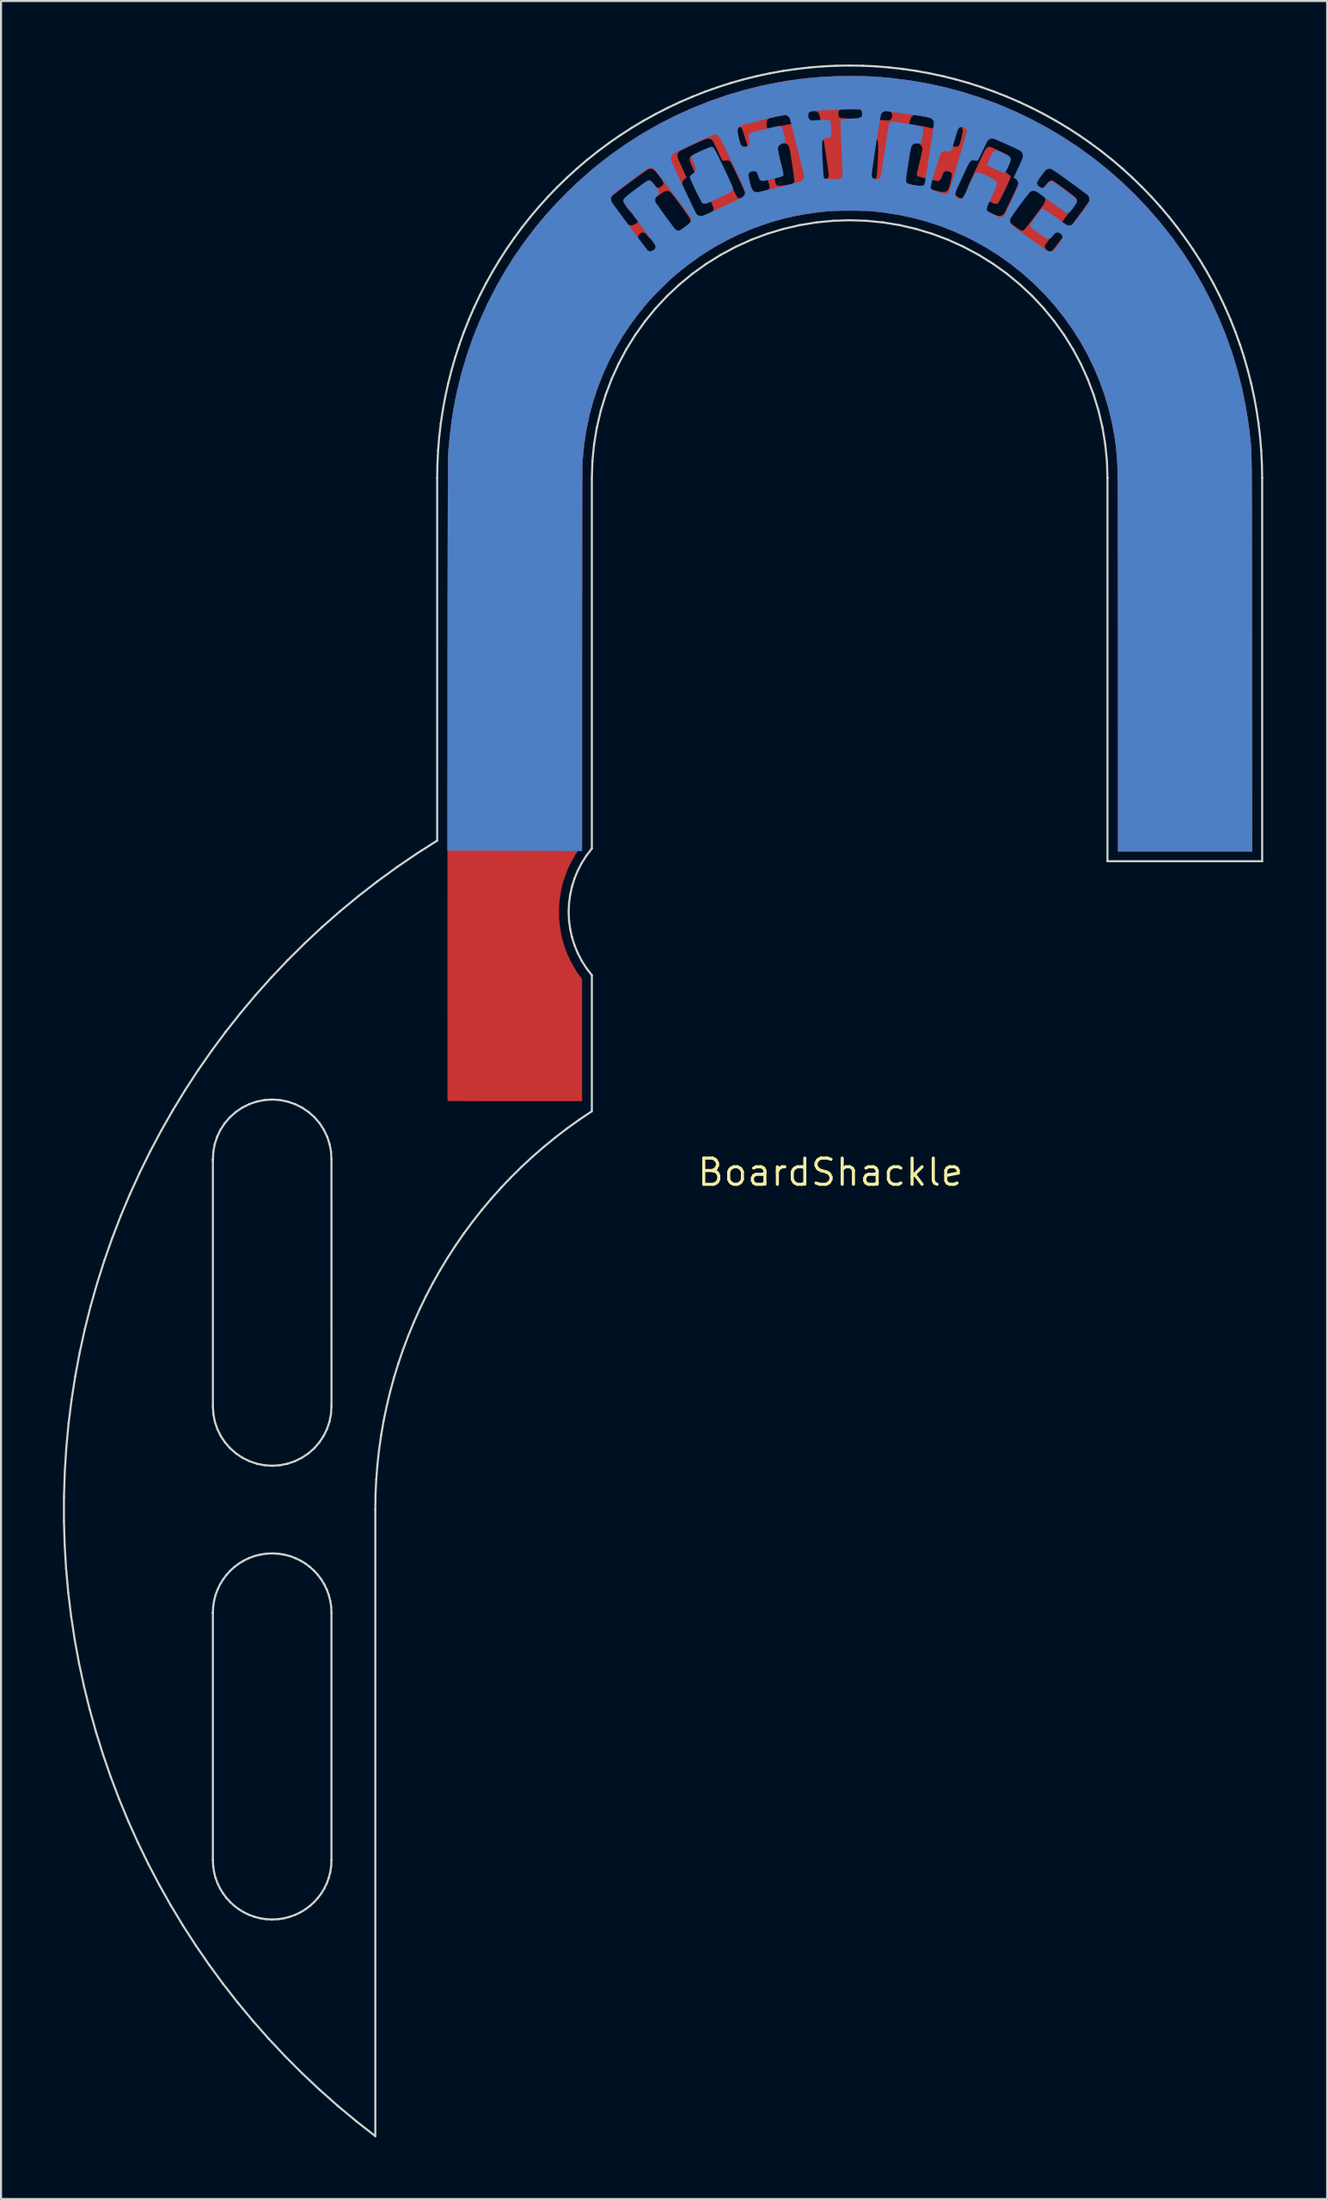
<source format=kicad_pcb>
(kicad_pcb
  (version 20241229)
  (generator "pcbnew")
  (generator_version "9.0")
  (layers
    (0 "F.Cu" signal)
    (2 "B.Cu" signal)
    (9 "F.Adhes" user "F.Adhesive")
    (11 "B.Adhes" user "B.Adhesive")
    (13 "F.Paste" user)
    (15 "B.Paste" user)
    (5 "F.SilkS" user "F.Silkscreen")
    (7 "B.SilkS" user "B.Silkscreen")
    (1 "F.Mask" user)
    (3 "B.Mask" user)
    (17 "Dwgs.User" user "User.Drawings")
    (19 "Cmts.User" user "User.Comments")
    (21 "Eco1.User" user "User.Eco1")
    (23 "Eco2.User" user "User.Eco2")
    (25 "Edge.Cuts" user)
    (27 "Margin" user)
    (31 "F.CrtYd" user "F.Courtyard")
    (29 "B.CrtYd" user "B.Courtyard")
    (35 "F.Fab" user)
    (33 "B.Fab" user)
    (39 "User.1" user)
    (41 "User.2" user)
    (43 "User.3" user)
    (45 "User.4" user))
  (footprint "BoardShackle"
    (layer "F.Cu")
    (at 37.211 53.779)
    (property "Reference" "BoardShackle" (at 0 0 0) (layer "F.SilkS") (effects (font (size 1.27 1.27) (thickness 0.15))))
    (attr through_hole)
    (fp_poly (pts (xy -6.057 -49.519) (xy -6.005 -49.485) (xy -5.952 -49.423) (xy -5.895 -49.329) (xy -5.83 -49.199) (xy -5.814 -49.164) (xy -5.769 -49.065) (xy -5.733 -48.979) (xy -5.707 -48.912) (xy -5.694 -48.874) (xy -5.694 -48.87) (xy -5.708 -48.832) (xy -5.732 -48.804) (xy -5.764 -48.783) (xy -5.827 -48.75) (xy -5.912 -48.707) (xy -6.013 -48.66) (xy -6.12 -48.61) (xy -6.228 -48.561) (xy -6.328 -48.517) (xy -6.412 -48.482) (xy -6.473 -48.459) (xy -6.503 -48.451) (xy -6.541 -48.467) (xy -6.571 -48.498) (xy -6.592 -48.536) (xy -6.626 -48.602) (xy -6.668 -48.688) (xy -6.711 -48.779) (xy -6.77 -48.911) (xy -6.806 -49.013) (xy -6.821 -49.092) (xy -6.816 -49.153) (xy -6.791 -49.203) (xy -6.777 -49.219) (xy -6.738 -49.248) (xy -6.67 -49.288) (xy -6.581 -49.335) (xy -6.48 -49.384) (xy -6.376 -49.433) (xy -6.277 -49.475) (xy -6.193 -49.508) (xy -6.132 -49.527) (xy -6.112 -49.53) (xy -6.057 -49.519)) (stroke (width 0.01) (type solid)) (fill yes) (layer "F.Cu"))
    (fp_poly (pts (xy 7.734 -49.708) (xy 7.78 -49.693) (xy 7.854 -49.663) (xy 7.949 -49.622) (xy 8.058 -49.572) (xy 8.175 -49.517) (xy 8.293 -49.461) (xy 8.403 -49.406) (xy 8.501 -49.357) (xy 8.577 -49.316) (xy 8.626 -49.286) (xy 8.64 -49.275) (xy 8.657 -49.248) (xy 8.663 -49.217) (xy 8.656 -49.174) (xy 8.635 -49.113) (xy 8.596 -49.027) (xy 8.553 -48.936) (xy 8.513 -48.847) (xy 8.479 -48.764) (xy 8.457 -48.699) (xy 8.453 -48.68) (xy 8.457 -48.58) (xy 8.503 -48.487) (xy 8.589 -48.403) (xy 8.628 -48.375) (xy 8.698 -48.325) (xy 8.734 -48.285) (xy 8.742 -48.255) (xy 8.732 -48.22) (xy 8.707 -48.153) (xy 8.667 -48.06) (xy 8.617 -47.948) (xy 8.558 -47.821) (xy 8.495 -47.685) (xy 8.428 -47.547) (xy 8.362 -47.413) (xy 8.3 -47.287) (xy 8.243 -47.177) (xy 8.195 -47.088) (xy 8.159 -47.025) (xy 8.137 -46.995) (xy 8.107 -46.972) (xy 8.074 -46.956) (xy 8.035 -46.951) (xy 7.986 -46.956) (xy 7.922 -46.973) (xy 7.839 -47.003) (xy 7.733 -47.047) (xy 7.599 -47.108) (xy 7.434 -47.185) (xy 7.336 -47.231) (xy 7.153 -47.319) (xy 7.004 -47.392) (xy 6.887 -47.452) (xy 6.798 -47.502) (xy 6.734 -47.544) (xy 6.69 -47.581) (xy 6.664 -47.615) (xy 6.652 -47.649) (xy 6.65 -47.685) (xy 6.652 -47.708) (xy 6.664 -47.743) (xy 6.692 -47.813) (xy 6.735 -47.914) (xy 6.793 -48.044) (xy 6.863 -48.199) (xy 6.944 -48.376) (xy 7.035 -48.571) (xy 7.134 -48.782) (xy 7.239 -49.005) (xy 7.349 -49.237) (xy 7.463 -49.474) (xy 7.473 -49.496) (xy 7.538 -49.607) (xy 7.604 -49.678) (xy 7.675 -49.71) (xy 7.734 -49.708)) (stroke (width 0.01) (type solid)) (fill yes) (layer "F.Cu"))
    (fp_poly (pts (xy 1.232 -53.136) (xy 1.5 -53.133) (xy 1.745 -53.127) (xy 1.976 -53.118) (xy 2.204 -53.105) (xy 2.437 -53.088) (xy 2.686 -53.067) (xy 2.942 -53.042) (xy 3.835 -52.931) (xy 4.717 -52.78) (xy 5.589 -52.588) (xy 6.448 -52.357) (xy 7.294 -52.087) (xy 8.126 -51.779) (xy 8.941 -51.434) (xy 9.74 -51.052) (xy 10.521 -50.634) (xy 11.282 -50.181) (xy 12.023 -49.693) (xy 12.742 -49.171) (xy 13.438 -48.616) (xy 14.11 -48.028) (xy 14.756 -47.408) (xy 15.376 -46.757) (xy 15.969 -46.075) (xy 16.533 -45.364) (xy 16.631 -45.233) (xy 17.147 -44.503) (xy 17.628 -43.75) (xy 18.074 -42.975) (xy 18.483 -42.18) (xy 18.856 -41.367) (xy 19.192 -40.538) (xy 19.489 -39.694) (xy 19.748 -38.836) (xy 19.967 -37.968) (xy 20.145 -37.09) (xy 20.283 -36.205) (xy 20.329 -35.825) (xy 20.338 -35.752) (xy 20.345 -35.685) (xy 20.353 -35.621) (xy 20.36 -35.561) (xy 20.366 -35.502) (xy 20.372 -35.444) (xy 20.378 -35.385) (xy 20.384 -35.324) (xy 20.389 -35.26) (xy 20.393 -35.192) (xy 20.398 -35.117) (xy 20.402 -35.036) (xy 20.406 -34.946) (xy 20.409 -34.848) (xy 20.412 -34.738) (xy 20.415 -34.617) (xy 20.418 -34.482) (xy 20.42 -34.333) (xy 20.423 -34.169) (xy 20.425 -33.988) (xy 20.426 -33.788) (xy 20.428 -33.57) (xy 20.43 -33.331) (xy 20.431 -33.07) (xy 20.432 -32.786) (xy 20.433 -32.478) (xy 20.434 -32.145) (xy 20.435 -31.785) (xy 20.436 -31.397) (xy 20.436 -30.98) (xy 20.437 -30.533) (xy 20.437 -30.054) (xy 20.438 -29.542) (xy 20.438 -28.996) (xy 20.439 -28.415) (xy 20.439 -27.797) (xy 20.44 -27.142) (xy 20.44 -26.447) (xy 20.441 -25.712) (xy 20.441 -25.162) (xy 20.448 -15.557) (xy 13.949 -15.557) (xy 13.948 -24.516) (xy 13.948 -25.206) (xy 13.948 -25.879) (xy 13.948 -26.533) (xy 13.947 -27.169) (xy 13.947 -27.785) (xy 13.946 -28.379) (xy 13.946 -28.951) (xy 13.945 -29.498) (xy 13.944 -30.021) (xy 13.943 -30.518) (xy 13.943 -30.987) (xy 13.942 -31.427) (xy 13.941 -31.838) (xy 13.939 -32.218) (xy 13.938 -32.566) (xy 13.937 -32.881) (xy 13.936 -33.161) (xy 13.934 -33.405) (xy 13.933 -33.612) (xy 13.932 -33.782) (xy 13.93 -33.912) (xy 13.929 -34.002) (xy 13.928 -34.036) (xy 13.912 -34.395) (xy 13.89 -34.724) (xy 13.863 -35.033) (xy 13.828 -35.334) (xy 13.799 -35.538) (xy 13.672 -36.261) (xy 13.505 -36.971) (xy 13.3 -37.668) (xy 13.056 -38.349) (xy 12.776 -39.013) (xy 12.46 -39.659) (xy 12.11 -40.286) (xy 11.725 -40.892) (xy 11.308 -41.476) (xy 10.86 -42.036) (xy 10.381 -42.571) (xy 9.872 -43.08) (xy 9.335 -43.561) (xy 8.77 -44.012) (xy 8.178 -44.434) (xy 7.562 -44.823) (xy 6.92 -45.178) (xy 6.583 -45.347) (xy 5.942 -45.635) (xy 5.295 -45.886) (xy 4.636 -46.1) (xy 4.451 -46.149) (xy 8.656 -46.149) (xy 8.658 -46.123) (xy 8.667 -46.1) (xy 8.68 -46.078) (xy 8.692 -46.061) (xy 8.726 -46.025) (xy 8.788 -45.971) (xy 8.868 -45.908) (xy 8.958 -45.84) (xy 9.049 -45.775) (xy 9.133 -45.718) (xy 9.202 -45.676) (xy 9.244 -45.655) (xy 9.31 -45.643) (xy 9.37 -45.66) (xy 9.396 -45.683) (xy 9.444 -45.737) (xy 9.51 -45.815) (xy 9.591 -45.916) (xy 9.684 -46.034) (xy 9.786 -46.165) (xy 9.893 -46.306) (xy 10.003 -46.451) (xy 10.111 -46.597) (xy 10.216 -46.74) (xy 10.309 -46.869) (xy 10.383 -46.989) (xy 10.421 -47.091) (xy 10.424 -47.183) (xy 10.389 -47.271) (xy 10.318 -47.361) (xy 10.282 -47.396) (xy 10.244 -47.433) (xy 10.221 -47.466) (xy 10.214 -47.501) (xy 10.226 -47.544) (xy 10.258 -47.602) (xy 10.312 -47.68) (xy 10.39 -47.785) (xy 10.396 -47.793) (xy 10.489 -47.912) (xy 10.567 -47.996) (xy 10.633 -48.05) (xy 10.692 -48.076) (xy 10.748 -48.078) (xy 10.755 -48.077) (xy 10.79 -48.06) (xy 10.853 -48.022) (xy 10.938 -47.964) (xy 11.042 -47.892) (xy 11.158 -47.808) (xy 11.281 -47.718) (xy 11.407 -47.624) (xy 11.53 -47.53) (xy 11.645 -47.441) (xy 11.747 -47.361) (xy 11.831 -47.292) (xy 11.891 -47.239) (xy 11.923 -47.206) (xy 11.925 -47.203) (xy 11.951 -47.145) (xy 11.951 -47.092) (xy 11.944 -47.065) (xy 11.928 -47.036) (xy 11.888 -46.976) (xy 11.828 -46.889) (xy 11.749 -46.778) (xy 11.654 -46.645) (xy 11.546 -46.495) (xy 11.425 -46.331) (xy 11.296 -46.155) (xy 11.181 -46) (xy 11.045 -45.819) (xy 10.917 -45.646) (xy 10.799 -45.486) (xy 10.692 -45.341) (xy 10.599 -45.215) (xy 10.523 -45.111) (xy 10.465 -45.032) (xy 10.429 -44.981) (xy 10.416 -44.961) (xy 10.393 -44.886) (xy 10.408 -44.812) (xy 10.463 -44.735) (xy 10.475 -44.723) (xy 10.532 -44.672) (xy 10.58 -44.647) (xy 10.637 -44.641) (xy 10.639 -44.641) (xy 10.706 -44.651) (xy 10.761 -44.674) (xy 10.766 -44.678) (xy 10.787 -44.702) (xy 10.831 -44.756) (xy 10.894 -44.837) (xy 10.975 -44.943) (xy 11.07 -45.068) (xy 11.178 -45.211) (xy 11.296 -45.367) (xy 11.42 -45.533) (xy 11.549 -45.706) (xy 11.68 -45.882) (xy 11.811 -46.057) (xy 11.938 -46.229) (xy 12.06 -46.394) (xy 12.174 -46.548) (xy 12.276 -46.688) (xy 12.365 -46.81) (xy 12.438 -46.912) (xy 12.493 -46.989) (xy 12.527 -47.038) (xy 12.536 -47.053) (xy 12.561 -47.118) (xy 12.573 -47.181) (xy 12.573 -47.187) (xy 12.572 -47.222) (xy 12.566 -47.254) (xy 12.554 -47.287) (xy 12.532 -47.322) (xy 12.497 -47.363) (xy 12.448 -47.412) (xy 12.381 -47.471) (xy 12.293 -47.543) (xy 12.182 -47.63) (xy 12.045 -47.734) (xy 11.879 -47.859) (xy 11.683 -48.007) (xy 11.517 -48.131) (xy 11.358 -48.249) (xy 11.211 -48.357) (xy 11.08 -48.453) (xy 10.968 -48.535) (xy 10.878 -48.599) (xy 10.815 -48.643) (xy 10.781 -48.664) (xy 10.781 -48.664) (xy 10.675 -48.7) (xy 10.576 -48.695) (xy 10.481 -48.648) (xy 10.411 -48.585) (xy 10.388 -48.558) (xy 10.343 -48.5) (xy 10.278 -48.414) (xy 10.193 -48.303) (xy 10.093 -48.169) (xy 9.978 -48.017) (xy 9.852 -47.849) (xy 9.716 -47.667) (xy 9.573 -47.476) (xy 9.506 -47.385) (xy 9.334 -47.154) (xy 9.185 -46.954) (xy 9.059 -46.784) (xy 8.953 -46.639) (xy 8.866 -46.518) (xy 8.797 -46.419) (xy 8.743 -46.338) (xy 8.704 -46.273) (xy 8.678 -46.221) (xy 8.662 -46.181) (xy 8.656 -46.149) (xy 4.451 -46.149) (xy 3.962 -46.278) (xy 3.271 -46.422) (xy 2.558 -46.532) (xy 2.021 -46.592) (xy 1.905 -46.6) (xy 1.754 -46.607) (xy 1.575 -46.612) (xy 1.375 -46.616) (xy 1.162 -46.618) (xy 0.942 -46.619) (xy 0.722 -46.618) (xy 0.51 -46.616) (xy 0.313 -46.612) (xy 0.137 -46.607) (xy -0.01 -46.6) (xy -0.116 -46.592) (xy -0.69 -46.528) (xy -1.231 -46.448) (xy -1.749 -46.351) (xy -2.25 -46.236) (xy -2.743 -46.1) (xy -3.027 -46.012) (xy -3.721 -45.767) (xy -4.391 -45.488) (xy -5.041 -45.173) (xy -5.671 -44.823) (xy -6.284 -44.435) (xy -6.882 -44.008) (xy -7.466 -43.542) (xy -7.578 -43.447) (xy -7.678 -43.358) (xy -7.801 -43.244) (xy -7.941 -43.11) (xy -8.091 -42.964) (xy -8.245 -42.811) (xy -8.398 -42.656) (xy -8.543 -42.508) (xy -8.674 -42.37) (xy -8.785 -42.25) (xy -8.861 -42.164) (xy -9.313 -41.611) (xy -9.726 -41.05) (xy -10.103 -40.478) (xy -10.446 -39.889) (xy -10.71 -39.381) (xy -11.015 -38.716) (xy -11.28 -38.044) (xy -11.504 -37.363) (xy -11.69 -36.671) (xy -11.837 -35.964) (xy -11.946 -35.242) (xy -12.017 -34.5) (xy -12.022 -34.428) (xy -12.024 -34.378) (xy -12.026 -34.287) (xy -12.027 -34.155) (xy -12.029 -33.982) (xy -12.031 -33.769) (xy -12.032 -33.517) (xy -12.033 -33.225) (xy -12.035 -32.895) (xy -12.036 -32.527) (xy -12.037 -32.122) (xy -12.038 -31.68) (xy -12.039 -31.202) (xy -12.04 -30.688) (xy -12.041 -30.139) (xy -12.041 -29.555) (xy -12.042 -28.938) (xy -12.042 -28.286) (xy -12.043 -27.602) (xy -12.043 -26.886) (xy -12.043 -26.138) (xy -12.043 -25.359) (xy -12.044 -24.985) (xy -12.044 -15.86) (xy -12.117 -15.765) (xy -12.255 -15.57) (xy -12.396 -15.346) (xy -12.533 -15.107) (xy -12.657 -14.866) (xy -12.762 -14.635) (xy -12.77 -14.614) (xy -12.929 -14.175) (xy -13.046 -13.728) (xy -13.124 -13.274) (xy -13.162 -12.818) (xy -13.16 -12.361) (xy -13.118 -11.907) (xy -13.038 -11.458) (xy -12.918 -11.017) (xy -12.76 -10.586) (xy -12.564 -10.169) (xy -12.33 -9.769) (xy -12.269 -9.677) (xy -12.205 -9.585) (xy -12.149 -9.507) (xy -12.126 -9.477) (xy -12.044 -9.373) (xy -12.044 -3.45) (xy -15.294 -3.45) (xy -15.742 -3.45) (xy -16.151 -3.45) (xy -16.52 -3.451) (xy -16.852 -3.451) (xy -17.148 -3.452) (xy -17.411 -3.453) (xy -17.641 -3.454) (xy -17.841 -3.455) (xy -18.013 -3.457) (xy -18.157 -3.458) (xy -18.276 -3.46) (xy -18.371 -3.463) (xy -18.445 -3.465) (xy -18.498 -3.468) (xy -18.533 -3.471) (xy -18.55 -3.475) (xy -18.554 -3.477) (xy -18.554 -3.499) (xy -18.555 -3.563) (xy -18.555 -3.667) (xy -18.556 -3.81) (xy -18.556 -3.991) (xy -18.556 -4.21) (xy -18.557 -4.464) (xy -18.557 -4.753) (xy -18.557 -5.077) (xy -18.558 -5.433) (xy -18.558 -5.821) (xy -18.558 -6.24) (xy -18.558 -6.689) (xy -18.558 -7.166) (xy -18.559 -7.671) (xy -18.559 -8.203) (xy -18.559 -8.76) (xy -18.559 -9.342) (xy -18.559 -9.947) (xy -18.559 -10.575) (xy -18.559 -11.224) (xy -18.559 -11.893) (xy -18.559 -12.582) (xy -18.559 -13.289) (xy -18.558 -14.013) (xy -18.558 -14.753) (xy -18.558 -15.508) (xy -18.558 -16.278) (xy -18.558 -17.06) (xy -18.557 -17.854) (xy -18.557 -18.66) (xy -18.557 -19.061) (xy -18.556 -20.097) (xy -18.556 -21.091) (xy -18.555 -22.044) (xy -18.555 -22.957) (xy -18.554 -23.83) (xy -18.554 -24.664) (xy -18.553 -25.46) (xy -18.552 -26.218) (xy -18.552 -26.939) (xy -18.551 -27.624) (xy -18.55 -28.274) (xy -18.55 -28.888) (xy -18.549 -29.468) (xy -18.548 -30.015) (xy -18.547 -30.528) (xy -18.546 -31.009) (xy -18.545 -31.459) (xy -18.545 -31.877) (xy -18.544 -32.266) (xy -18.543 -32.624) (xy -18.542 -32.954) (xy -18.54 -33.256) (xy -18.539 -33.53) (xy -18.538 -33.777) (xy -18.537 -33.997) (xy -18.536 -34.192) (xy -18.534 -34.363) (xy -18.533 -34.509) (xy -18.531 -34.631) (xy -18.53 -34.731) (xy -18.528 -34.808) (xy -18.527 -34.863) (xy -18.525 -34.898) (xy -18.525 -34.904) (xy -18.485 -35.337) (xy -18.444 -35.735) (xy -18.401 -36.104) (xy -18.356 -36.45) (xy -18.306 -36.781) (xy -18.252 -37.103) (xy -18.192 -37.423) (xy -18.125 -37.747) (xy -18.097 -37.871) (xy -17.884 -38.738) (xy -17.63 -39.596) (xy -17.337 -40.441) (xy -17.005 -41.272) (xy -16.635 -42.088) (xy -16.229 -42.886) (xy -15.787 -43.664) (xy -15.31 -44.42) (xy -14.799 -45.152) (xy -14.256 -45.859) (xy -14.173 -45.961) (xy -13.72 -46.493) (xy -13.236 -47.022) (xy -13.112 -47.147) (xy -10.647 -47.147) (xy -10.622 -47.041) (xy -10.607 -47.01) (xy -10.583 -46.971) (xy -10.537 -46.904) (xy -10.475 -46.815) (xy -10.4 -46.709) (xy -10.317 -46.594) (xy -10.23 -46.473) (xy -10.143 -46.354) (xy -10.061 -46.242) (xy -9.987 -46.143) (xy -9.926 -46.063) (xy -9.883 -46.008) (xy -9.867 -45.989) (xy -9.782 -45.926) (xy -9.681 -45.897) (xy -9.578 -45.906) (xy -9.573 -45.907) (xy -9.536 -45.926) (xy -9.47 -45.966) (xy -9.381 -46.025) (xy -9.271 -46.099) (xy -9.148 -46.186) (xy -9.015 -46.281) (xy -8.955 -46.324) (xy -8.796 -46.44) (xy -8.667 -46.532) (xy -8.565 -46.603) (xy -8.487 -46.654) (xy -8.43 -46.687) (xy -8.39 -46.706) (xy -8.365 -46.711) (xy -8.363 -46.711) (xy -8.338 -46.701) (xy -8.306 -46.676) (xy -8.263 -46.63) (xy -8.206 -46.56) (xy -8.131 -46.463) (xy -8.059 -46.366) (xy -7.96 -46.231) (xy -7.884 -46.125) (xy -7.828 -46.044) (xy -7.79 -45.984) (xy -7.767 -45.941) (xy -7.755 -45.909) (xy -7.754 -45.884) (xy -7.757 -45.869) (xy -7.777 -45.848) (xy -7.825 -45.806) (xy -7.895 -45.749) (xy -7.982 -45.681) (xy -8.08 -45.607) (xy -8.183 -45.53) (xy -8.284 -45.456) (xy -8.378 -45.389) (xy -8.458 -45.333) (xy -8.519 -45.293) (xy -8.545 -45.278) (xy -8.623 -45.256) (xy -8.706 -45.263) (xy -8.756 -45.286) (xy -8.794 -45.32) (xy -8.842 -45.375) (xy -8.877 -45.421) (xy -8.959 -45.511) (xy -9.04 -45.558) (xy -9.121 -45.564) (xy -9.205 -45.527) (xy -9.264 -45.477) (xy -9.32 -45.397) (xy -9.335 -45.312) (xy -9.31 -45.226) (xy -9.284 -45.184) (xy -9.238 -45.117) (xy -9.18 -45.035) (xy -9.117 -44.948) (xy -9.054 -44.864) (xy -9 -44.793) (xy -8.959 -44.743) (xy -8.955 -44.738) (xy -8.892 -44.683) (xy -8.818 -44.641) (xy -8.751 -44.622) (xy -8.742 -44.621) (xy -8.702 -44.628) (xy -8.644 -44.645) (xy -8.634 -44.648) (xy -8.602 -44.666) (xy -8.54 -44.706) (xy -8.451 -44.766) (xy -8.338 -44.844) (xy -8.206 -44.937) (xy -8.058 -45.042) (xy -7.898 -45.157) (xy -7.729 -45.279) (xy -7.706 -45.296) (xy -7.511 -45.437) (xy -7.349 -45.556) (xy -7.215 -45.655) (xy -7.106 -45.737) (xy -7.02 -45.803) (xy -6.953 -45.856) (xy -6.903 -45.898) (xy -6.867 -45.932) (xy -6.842 -45.96) (xy -6.825 -45.984) (xy -6.813 -46.008) (xy -6.811 -46.012) (xy -6.786 -46.075) (xy -6.779 -46.122) (xy -6.79 -46.176) (xy -6.797 -46.2) (xy -6.818 -46.242) (xy -6.86 -46.311) (xy -6.921 -46.404) (xy -6.997 -46.515) (xy -7.083 -46.64) (xy -7.178 -46.772) (xy -7.276 -46.908) (xy -7.375 -47.043) (xy -7.471 -47.171) (xy -7.561 -47.288) (xy -7.64 -47.388) (xy -7.705 -47.468) (xy -7.753 -47.521) (xy -7.776 -47.542) (xy -7.873 -47.578) (xy -7.98 -47.575) (xy -8.049 -47.553) (xy -8.081 -47.534) (xy -8.143 -47.493) (xy -8.231 -47.432) (xy -8.34 -47.355) (xy -8.466 -47.265) (xy -8.606 -47.164) (xy -8.755 -47.055) (xy -8.784 -47.034) (xy -8.934 -46.925) (xy -9.075 -46.823) (xy -9.204 -46.732) (xy -9.316 -46.654) (xy -9.407 -46.593) (xy -9.474 -46.55) (xy -9.511 -46.529) (xy -9.514 -46.528) (xy -9.585 -46.521) (xy -9.637 -46.53) (xy -9.682 -46.56) (xy -9.741 -46.618) (xy -9.808 -46.696) (xy -9.875 -46.786) (xy -9.937 -46.878) (xy -9.987 -46.964) (xy -10.019 -47.035) (xy -10.026 -47.062) (xy -10.029 -47.112) (xy -10.012 -47.155) (xy -9.969 -47.207) (xy -9.967 -47.209) (xy -9.934 -47.238) (xy -9.873 -47.287) (xy -9.788 -47.352) (xy -9.686 -47.43) (xy -9.571 -47.517) (xy -9.45 -47.607) (xy -9.328 -47.697) (xy -9.211 -47.783) (xy -9.103 -47.861) (xy -9.011 -47.926) (xy -8.941 -47.974) (xy -8.897 -48.002) (xy -8.894 -48.004) (xy -8.842 -48.02) (xy -8.778 -48.027) (xy -8.777 -48.027) (xy -8.746 -48.026) (xy -8.719 -48.02) (xy -8.692 -48.005) (xy -8.657 -47.974) (xy -8.609 -47.923) (xy -8.542 -47.848) (xy -8.504 -47.806) (xy -8.451 -47.754) (xy -8.406 -47.729) (xy -8.353 -47.722) (xy -8.261 -47.743) (xy -8.173 -47.804) (xy -8.12 -47.865) (xy -8.094 -47.905) (xy -8.088 -47.94) (xy -8.101 -47.989) (xy -8.108 -48.008) (xy -8.132 -48.056) (xy -8.176 -48.129) (xy -8.234 -48.217) (xy -8.301 -48.312) (xy -8.319 -48.336) (xy -8.421 -48.467) (xy -8.511 -48.563) (xy -8.591 -48.624) (xy -8.667 -48.654) (xy -8.743 -48.654) (xy -8.826 -48.625) (xy -8.901 -48.583) (xy -8.959 -48.543) (xy -9.044 -48.484) (xy -9.15 -48.409) (xy -9.273 -48.32) (xy -9.41 -48.22) (xy -9.555 -48.114) (xy -9.706 -48.003) (xy -9.857 -47.891) (xy -10.004 -47.782) (xy -10.143 -47.677) (xy -10.271 -47.581) (xy -10.382 -47.497) (xy -10.473 -47.427) (xy -10.54 -47.374) (xy -10.577 -47.342) (xy -10.583 -47.337) (xy -10.634 -47.248) (xy -10.647 -47.147) (xy -13.112 -47.147) (xy -12.728 -47.539) (xy -12.206 -48.037) (xy -11.677 -48.507) (xy -11.322 -48.803) (xy -10.7 -49.283) (xy -7.422 -49.283) (xy -7.417 -49.238) (xy -7.402 -49.181) (xy -7.375 -49.108) (xy -7.336 -49.013) (xy -7.282 -48.893) (xy -7.212 -48.74) (xy -7.177 -48.664) (xy -7.12 -48.542) (xy -7.07 -48.432) (xy -7.029 -48.34) (xy -7 -48.272) (xy -6.986 -48.235) (xy -6.985 -48.23) (xy -7.002 -48.205) (xy -7.043 -48.174) (xy -7.048 -48.171) (xy -7.131 -48.102) (xy -7.179 -48.011) (xy -7.189 -47.906) (xy -7.189 -47.9) (xy -7.177 -47.858) (xy -7.15 -47.783) (xy -7.109 -47.682) (xy -7.057 -47.559) (xy -6.997 -47.42) (xy -6.931 -47.27) (xy -6.861 -47.115) (xy -6.789 -46.96) (xy -6.72 -46.811) (xy -6.654 -46.673) (xy -6.595 -46.552) (xy -6.544 -46.453) (xy -6.505 -46.382) (xy -6.48 -46.343) (xy -6.479 -46.342) (xy -6.437 -46.309) (xy -6.388 -46.294) (xy -6.325 -46.297) (xy -6.242 -46.319) (xy -6.133 -46.361) (xy -6.018 -46.412) (xy -5.885 -46.475) (xy -5.788 -46.527) (xy -5.721 -46.572) (xy -5.679 -46.614) (xy -5.659 -46.658) (xy -5.656 -46.707) (xy -5.657 -46.725) (xy -5.669 -46.767) (xy -5.696 -46.841) (xy -5.737 -46.941) (xy -5.788 -47.061) (xy -5.847 -47.194) (xy -5.903 -47.317) (xy -5.981 -47.487) (xy -6.042 -47.623) (xy -6.086 -47.731) (xy -6.116 -47.817) (xy -6.133 -47.884) (xy -6.138 -47.937) (xy -6.132 -47.983) (xy -6.118 -48.025) (xy -6.107 -48.048) (xy -6.063 -48.099) (xy -5.982 -48.151) (xy -5.932 -48.176) (xy -5.736 -48.269) (xy -5.574 -48.342) (xy -5.446 -48.399) (xy -5.348 -48.438) (xy -5.278 -48.462) (xy -5.234 -48.471) (xy -5.229 -48.472) (xy -5.19 -48.468) (xy -5.153 -48.453) (xy -5.117 -48.424) (xy -5.077 -48.377) (xy -5.034 -48.309) (xy -4.982 -48.214) (xy -4.921 -48.091) (xy -4.847 -47.934) (xy -4.798 -47.827) (xy -4.732 -47.686) (xy -4.669 -47.555) (xy -4.613 -47.441) (xy -4.566 -47.348) (xy -4.53 -47.283) (xy -4.509 -47.251) (xy -4.509 -47.25) (xy -4.445 -47.212) (xy -4.365 -47.203) (xy -4.281 -47.219) (xy -4.205 -47.258) (xy -4.148 -47.317) (xy -4.135 -47.342) (xy -4.118 -47.398) (xy -4.121 -47.45) (xy -4.134 -47.492) (xy -4.16 -47.557) (xy -4.199 -47.65) (xy -4.25 -47.765) (xy -4.31 -47.898) (xy -4.377 -48.043) (xy -4.448 -48.193) (xy -4.52 -48.345) (xy -4.591 -48.493) (xy -4.657 -48.63) (xy -4.718 -48.752) (xy -4.769 -48.853) (xy -4.809 -48.928) (xy -4.835 -48.971) (xy -4.839 -48.977) (xy -4.88 -49.021) (xy -4.917 -49.043) (xy -4.966 -49.052) (xy -5.03 -49.054) (xy -5.105 -49.052) (xy -5.167 -49.047) (xy -5.194 -49.043) (xy -5.209 -49.045) (xy -5.226 -49.059) (xy -5.249 -49.091) (xy -5.279 -49.143) (xy -5.319 -49.222) (xy -5.371 -49.329) (xy -5.437 -49.471) (xy -5.454 -49.508) (xy -5.516 -49.641) (xy -5.575 -49.763) (xy -5.626 -49.869) (xy -5.669 -49.951) (xy -5.698 -50.005) (xy -5.71 -50.023) (xy -5.796 -50.089) (xy -5.898 -50.118) (xy -5.957 -50.117) (xy -5.998 -50.105) (xy -6.071 -50.078) (xy -6.17 -50.037) (xy -6.29 -49.986) (xy -6.425 -49.927) (xy -6.568 -49.862) (xy -6.715 -49.795) (xy -6.859 -49.728) (xy -6.994 -49.664) (xy -7.115 -49.605) (xy -7.216 -49.554) (xy -7.291 -49.514) (xy -7.334 -49.487) (xy -7.339 -49.483) (xy -7.378 -49.431) (xy -7.409 -49.365) (xy -7.412 -49.358) (xy -7.42 -49.322) (xy -7.422 -49.283) (xy -10.7 -49.283) (xy -10.608 -49.354) (xy -9.871 -49.871) (xy -9.111 -50.353) (xy -8.894 -50.477) (xy -4.7 -50.477) (xy -4.694 -50.446) (xy -4.677 -50.377) (xy -4.649 -50.275) (xy -4.612 -50.143) (xy -4.567 -49.984) (xy -4.515 -49.801) (xy -4.456 -49.599) (xy -4.392 -49.38) (xy -4.323 -49.148) (xy -4.271 -48.972) (xy -4.182 -48.675) (xy -4.104 -48.416) (xy -4.036 -48.194) (xy -3.978 -48.006) (xy -3.929 -47.851) (xy -3.888 -47.726) (xy -3.855 -47.629) (xy -3.829 -47.558) (xy -3.809 -47.51) (xy -3.795 -47.485) (xy -3.793 -47.483) (xy -3.758 -47.451) (xy -3.72 -47.437) (xy -3.662 -47.437) (xy -3.634 -47.439) (xy -3.57 -47.45) (xy -3.478 -47.47) (xy -3.409 -47.489) (xy 6.056 -47.489) (xy 6.056 -47.451) (xy 6.062 -47.419) (xy 6.074 -47.39) (xy 6.09 -47.362) (xy 6.094 -47.356) (xy 6.149 -47.297) (xy 6.241 -47.236) (xy 6.281 -47.215) (xy 6.327 -47.193) (xy 6.406 -47.154) (xy 6.513 -47.103) (xy 6.642 -47.041) (xy 6.789 -46.972) (xy 6.947 -46.897) (xy 7.111 -46.819) (xy 7.277 -46.74) (xy 7.44 -46.663) (xy 7.593 -46.591) (xy 7.732 -46.525) (xy 7.851 -46.469) (xy 7.946 -46.425) (xy 8.011 -46.395) (xy 8.033 -46.385) (xy 8.118 -46.362) (xy 8.214 -46.358) (xy 8.301 -46.373) (xy 8.337 -46.389) (xy 8.389 -46.43) (xy 8.436 -46.485) (xy 8.439 -46.489) (xy 8.456 -46.52) (xy 8.488 -46.585) (xy 8.536 -46.682) (xy 8.597 -46.807) (xy 8.669 -46.957) (xy 8.751 -47.127) (xy 8.84 -47.316) (xy 8.937 -47.519) (xy 9.038 -47.734) (xy 9.071 -47.804) (xy 9.193 -48.063) (xy 9.298 -48.288) (xy 9.388 -48.479) (xy 9.462 -48.642) (xy 9.523 -48.777) (xy 9.571 -48.889) (xy 9.608 -48.98) (xy 9.634 -49.054) (xy 9.651 -49.112) (xy 9.66 -49.158) (xy 9.661 -49.195) (xy 9.657 -49.225) (xy 9.648 -49.252) (xy 9.635 -49.279) (xy 9.633 -49.283) (xy 9.596 -49.33) (xy 9.541 -49.378) (xy 9.527 -49.388) (xy 9.493 -49.407) (xy 9.424 -49.442) (xy 9.327 -49.489) (xy 9.206 -49.548) (xy 9.066 -49.616) (xy 8.912 -49.69) (xy 8.747 -49.768) (xy 8.578 -49.848) (xy 8.409 -49.928) (xy 8.245 -50.005) (xy 8.09 -50.078) (xy 7.95 -50.143) (xy 7.829 -50.198) (xy 7.732 -50.242) (xy 7.664 -50.272) (xy 7.633 -50.284) (xy 7.57 -50.303) (xy 7.518 -50.313) (xy 7.509 -50.313) (xy 7.428 -50.295) (xy 7.348 -50.245) (xy 7.281 -50.173) (xy 7.27 -50.155) (xy 7.252 -50.121) (xy 7.218 -50.052) (xy 7.169 -49.951) (xy 7.107 -49.823) (xy 7.033 -49.671) (xy 6.951 -49.498) (xy 6.86 -49.308) (xy 6.763 -49.104) (xy 6.662 -48.891) (xy 6.643 -48.851) (xy 6.52 -48.591) (xy 6.415 -48.366) (xy 6.325 -48.173) (xy 6.25 -48.01) (xy 6.189 -47.874) (xy 6.141 -47.761) (xy 6.105 -47.669) (xy 6.079 -47.595) (xy 6.063 -47.536) (xy 6.056 -47.489) (xy -3.409 -47.489) (xy -3.372 -47.498) (xy -3.274 -47.527) (xy -3.149 -47.569) (xy -3.059 -47.605) (xy -2.999 -47.64) (xy -2.963 -47.678) (xy -2.946 -47.723) (xy -2.942 -47.772) (xy -2.948 -47.811) (xy -2.965 -47.885) (xy -2.992 -47.987) (xy -3.026 -48.113) (xy -3.066 -48.256) (xy -3.11 -48.411) (xy -3.157 -48.571) (xy -3.204 -48.731) (xy -3.251 -48.886) (xy -3.295 -49.029) (xy -3.335 -49.155) (xy -3.369 -49.257) (xy -3.396 -49.331) (xy -3.41 -49.366) (xy -3.46 -49.438) (xy -3.526 -49.483) (xy -3.614 -49.503) (xy -3.733 -49.502) (xy -3.739 -49.501) (xy -3.825 -49.496) (xy -3.879 -49.499) (xy -3.913 -49.511) (xy -3.925 -49.521) (xy -3.951 -49.55) (xy -3.958 -49.56) (xy -3.964 -49.585) (xy -3.981 -49.644) (xy -4.006 -49.73) (xy -4.038 -49.835) (xy -4.074 -49.954) (xy -4.113 -50.079) (xy -4.151 -50.204) (xy -4.188 -50.322) (xy -4.221 -50.426) (xy -4.248 -50.51) (xy -4.267 -50.566) (xy -4.275 -50.587) (xy -4.325 -50.642) (xy -4.396 -50.67) (xy -4.476 -50.673) (xy -4.557 -50.653) (xy -4.627 -50.613) (xy -4.678 -50.555) (xy -4.699 -50.482) (xy -4.7 -50.477) (xy -8.894 -50.477) (xy -8.33 -50.799) (xy -8.25 -50.84) (xy -3.098 -50.84) (xy -3.098 -50.821) (xy -3.094 -50.782) (xy -3.084 -50.706) (xy -3.069 -50.597) (xy -3.05 -50.46) (xy -3.027 -50.298) (xy -3 -50.116) (xy -2.971 -49.92) (xy -2.94 -49.712) (xy -2.908 -49.498) (xy -2.876 -49.281) (xy -2.843 -49.067) (xy -2.811 -48.859) (xy -2.781 -48.662) (xy -2.753 -48.481) (xy -2.727 -48.32) (xy -2.705 -48.182) (xy -2.687 -48.074) (xy -2.674 -47.998) (xy -2.666 -47.96) (xy -2.666 -47.959) (xy -2.644 -47.901) (xy -2.611 -47.859) (xy -2.563 -47.832) (xy -2.493 -47.82) (xy -2.398 -47.82) (xy -2.271 -47.833) (xy -2.11 -47.857) (xy -1.978 -47.88) (xy -1.883 -47.904) (xy -1.818 -47.93) (xy -1.777 -47.962) (xy -1.754 -48.003) (xy -1.745 -48.035) (xy -1.745 -48.076) (xy -1.752 -48.156) (xy -1.765 -48.272) (xy -1.784 -48.422) (xy -1.809 -48.602) (xy -1.839 -48.809) (xy -1.851 -48.885) (xy -1.885 -49.105) (xy -1.914 -49.287) (xy -1.939 -49.435) (xy -1.961 -49.552) (xy -1.983 -49.644) (xy -2.004 -49.713) (xy -2.027 -49.763) (xy -2.052 -49.8) (xy -2.08 -49.825) (xy -2.113 -49.844) (xy -2.152 -49.861) (xy -2.259 -49.885) (xy -2.328 -49.884) (xy -2.386 -49.88) (xy -2.43 -49.888) (xy -2.463 -49.915) (xy -2.489 -49.965) (xy -2.511 -50.044) (xy -2.532 -50.157) (xy -2.543 -50.228) (xy -2.563 -50.373) (xy -2.573 -50.482) (xy -2.571 -50.563) (xy -2.558 -50.621) (xy -2.531 -50.663) (xy -2.491 -50.695) (xy -2.486 -50.698) (xy -2.451 -50.71) (xy -2.38 -50.726) (xy -2.281 -50.747) (xy -2.158 -50.77) (xy -2.02 -50.794) (xy -1.872 -50.82) (xy -1.72 -50.845) (xy -1.571 -50.868) (xy -1.432 -50.889) (xy -1.308 -50.907) (xy -1.206 -50.919) (xy -1.134 -50.926) (xy -1.11 -50.927) (xy -1.028 -50.907) (xy -0.96 -50.854) (xy -0.914 -50.774) (xy -0.911 -50.762) (xy -0.904 -50.727) (xy -0.891 -50.654) (xy -0.873 -50.547) (xy -0.851 -50.411) (xy -0.825 -50.249) (xy -0.797 -50.065) (xy -0.766 -49.863) (xy -0.733 -49.648) (xy -0.709 -49.488) (xy -0.675 -49.267) (xy -0.643 -49.058) (xy -0.614 -48.865) (xy -0.587 -48.692) (xy -0.564 -48.542) (xy -0.544 -48.419) (xy -0.53 -48.328) (xy -0.52 -48.272) (xy -0.517 -48.255) (xy -0.478 -48.194) (xy -0.414 -48.155) (xy -0.334 -48.137) (xy -0.25 -48.142) (xy -0.172 -48.168) (xy -0.111 -48.216) (xy -0.086 -48.257) (xy -0.081 -48.274) (xy -0.078 -48.298) (xy -0.078 -48.331) (xy -0.08 -48.378) (xy -0.086 -48.441) (xy -0.096 -48.524) (xy -0.109 -48.628) (xy -0.127 -48.757) (xy -0.149 -48.915) (xy -0.177 -49.104) (xy -0.21 -49.326) (xy -0.249 -49.586) (xy -0.275 -49.757) (xy -0.32 -50.053) (xy -0.362 -50.322) (xy -0.4 -50.562) (xy -0.434 -50.771) (xy -0.464 -50.947) (xy -0.489 -51.089) (xy -0.509 -51.193) (xy -0.523 -51.259) (xy -0.53 -51.28) (xy -0.555 -51.323) (xy 0.381 -51.323) (xy 0.389 -51.226) (xy 0.417 -51.162) (xy 0.466 -51.122) (xy 0.481 -51.116) (xy 0.519 -51.108) (xy 0.591 -51.099) (xy 0.691 -51.09) (xy 0.81 -51.081) (xy 0.942 -51.073) (xy 0.951 -51.073) (xy 1.098 -51.065) (xy 1.208 -51.057) (xy 1.287 -51.049) (xy 1.342 -51.041) (xy 1.377 -51.03) (xy 1.399 -51.018) (xy 1.403 -51.014) (xy 1.411 -51.005) (xy 1.417 -50.992) (xy 1.422 -50.973) (xy 1.426 -50.943) (xy 1.428 -50.9) (xy 1.428 -50.841) (xy 1.427 -50.762) (xy 1.424 -50.661) (xy 1.419 -50.533) (xy 1.413 -50.376) (xy 1.404 -50.187) (xy 1.394 -49.962) (xy 1.382 -49.699) (xy 1.38 -49.666) (xy 1.368 -49.387) (xy 1.357 -49.135) (xy 1.348 -48.911) (xy 1.341 -48.718) (xy 1.337 -48.557) (xy 1.334 -48.432) (xy 1.334 -48.344) (xy 1.336 -48.296) (xy 1.337 -48.289) (xy 1.361 -48.229) (xy 1.399 -48.191) (xy 1.462 -48.167) (xy 1.54 -48.154) (xy 1.636 -48.145) (xy 1.746 -48.139) (xy 1.86 -48.136) (xy 1.969 -48.137) (xy 2.065 -48.141) (xy 2.138 -48.148) (xy 2.179 -48.158) (xy 2.182 -48.16) (xy 2.205 -48.181) (xy 2.224 -48.208) (xy 2.24 -48.245) (xy 2.248 -48.279) (xy 3.196 -48.279) (xy 3.216 -48.182) (xy 3.272 -48.098) (xy 3.356 -48.035) (xy 3.371 -48.027) (xy 3.41 -48.014) (xy 3.485 -47.993) (xy 3.592 -47.963) (xy 3.727 -47.927) (xy 3.885 -47.886) (xy 4.062 -47.84) (xy 4.253 -47.792) (xy 4.445 -47.744) (xy 4.68 -47.685) (xy 4.877 -47.637) (xy 5.041 -47.598) (xy 5.175 -47.567) (xy 5.284 -47.544) (xy 5.37 -47.528) (xy 5.438 -47.519) (xy 5.491 -47.516) (xy 5.533 -47.518) (xy 5.568 -47.525) (xy 5.6 -47.536) (xy 5.622 -47.545) (xy 5.669 -47.579) (xy 5.712 -47.631) (xy 5.715 -47.635) (xy 5.739 -47.688) (xy 5.767 -47.77) (xy 5.797 -47.874) (xy 5.827 -47.988) (xy 5.854 -48.104) (xy 5.876 -48.212) (xy 5.891 -48.302) (xy 5.896 -48.366) (xy 5.895 -48.383) (xy 5.862 -48.453) (xy 5.796 -48.504) (xy 5.702 -48.531) (xy 5.646 -48.535) (xy 5.573 -48.528) (xy 5.518 -48.503) (xy 5.477 -48.453) (xy 5.441 -48.371) (xy 5.42 -48.308) (xy 5.375 -48.191) (xy 5.32 -48.112) (xy 5.252 -48.066) (xy 5.234 -48.06) (xy 5.2 -48.061) (xy 5.133 -48.071) (xy 5.039 -48.089) (xy 4.927 -48.112) (xy 4.803 -48.14) (xy 4.676 -48.17) (xy 4.552 -48.201) (xy 4.438 -48.23) (xy 4.343 -48.257) (xy 4.274 -48.279) (xy 4.239 -48.295) (xy 4.203 -48.332) (xy 4.191 -48.367) (xy 4.196 -48.398) (xy 4.21 -48.465) (xy 4.232 -48.56) (xy 4.26 -48.68) (xy 4.293 -48.816) (xy 4.329 -48.959) (xy 4.367 -49.114) (xy 4.4 -49.26) (xy 4.429 -49.39) (xy 4.45 -49.497) (xy 4.463 -49.575) (xy 4.466 -49.612) (xy 4.449 -49.716) (xy 4.398 -49.798) (xy 4.31 -49.86) (xy 4.259 -49.881) (xy 4.18 -49.913) (xy 4.134 -49.941) (xy 4.112 -49.971) (xy 4.106 -50.012) (xy 4.106 -50.014) (xy 4.112 -50.06) (xy 4.125 -50.135) (xy 4.145 -50.229) (xy 4.169 -50.33) (xy 4.193 -50.428) (xy 4.216 -50.512) (xy 4.235 -50.569) (xy 4.237 -50.573) (xy 4.285 -50.647) (xy 4.356 -50.697) (xy 4.432 -50.715) (xy 4.469 -50.71) (xy 4.541 -50.696) (xy 4.642 -50.674) (xy 4.768 -50.645) (xy 4.912 -50.611) (xy 5.069 -50.573) (xy 5.13 -50.558) (xy 5.327 -50.51) (xy 5.487 -50.47) (xy 5.613 -50.435) (xy 5.709 -50.402) (xy 5.779 -50.369) (xy 5.827 -50.333) (xy 5.855 -50.29) (xy 5.869 -50.238) (xy 5.87 -50.174) (xy 5.864 -50.095) (xy 5.854 -49.998) (xy 5.852 -49.982) (xy 5.845 -49.902) (xy 5.846 -49.851) (xy 5.856 -49.818) (xy 5.878 -49.79) (xy 5.881 -49.788) (xy 5.943 -49.747) (xy 6.026 -49.718) (xy 6.109 -49.707) (xy 6.148 -49.712) (xy 6.202 -49.738) (xy 6.243 -49.776) (xy 6.265 -49.82) (xy 6.292 -49.897) (xy 6.322 -49.996) (xy 6.352 -50.109) (xy 6.379 -50.226) (xy 6.402 -50.337) (xy 6.419 -50.434) (xy 6.426 -50.506) (xy 6.425 -50.537) (xy 6.392 -50.623) (xy 6.331 -50.699) (xy 6.257 -50.752) (xy 6.25 -50.754) (xy 6.218 -50.764) (xy 6.149 -50.783) (xy 6.048 -50.81) (xy 5.919 -50.843) (xy 5.765 -50.883) (xy 5.592 -50.927) (xy 5.404 -50.974) (xy 5.207 -51.023) (xy 4.962 -51.084) (xy 4.754 -51.136) (xy 4.58 -51.177) (xy 4.436 -51.21) (xy 4.32 -51.234) (xy 4.227 -51.249) (xy 4.154 -51.257) (xy 4.097 -51.258) (xy 4.053 -51.251) (xy 4.019 -51.238) (xy 3.99 -51.219) (xy 3.963 -51.194) (xy 3.946 -51.176) (xy 3.933 -51.16) (xy 3.919 -51.14) (xy 3.906 -51.114) (xy 3.891 -51.079) (xy 3.874 -51.031) (xy 3.855 -50.967) (xy 3.831 -50.885) (xy 3.803 -50.781) (xy 3.769 -50.653) (xy 3.73 -50.496) (xy 3.682 -50.309) (xy 3.627 -50.088) (xy 3.563 -49.83) (xy 3.537 -49.727) (xy 3.479 -49.491) (xy 3.424 -49.265) (xy 3.373 -49.054) (xy 3.327 -48.861) (xy 3.286 -48.689) (xy 3.252 -48.543) (xy 3.225 -48.425) (xy 3.207 -48.339) (xy 3.197 -48.289) (xy 3.196 -48.279) (xy 2.248 -48.279) (xy 2.252 -48.297) (xy 2.263 -48.369) (xy 2.272 -48.466) (xy 2.281 -48.592) (xy 2.29 -48.752) (xy 2.297 -48.891) (xy 2.309 -49.139) (xy 2.318 -49.349) (xy 2.324 -49.523) (xy 2.327 -49.666) (xy 2.327 -49.779) (xy 2.324 -49.868) (xy 2.317 -49.935) (xy 2.308 -49.984) (xy 2.296 -50.018) (xy 2.295 -50.02) (xy 2.246 -50.076) (xy 2.17 -50.125) (xy 2.082 -50.156) (xy 2.018 -50.165) (xy 1.958 -50.172) (xy 1.919 -50.197) (xy 1.896 -50.246) (xy 1.887 -50.326) (xy 1.886 -50.405) (xy 1.889 -50.549) (xy 1.896 -50.684) (xy 1.905 -50.802) (xy 1.916 -50.897) (xy 1.928 -50.963) (xy 1.94 -50.992) (xy 1.952 -51.002) (xy 1.967 -51.009) (xy 1.992 -51.014) (xy 2.031 -51.016) (xy 2.091 -51.016) (xy 2.175 -51.014) (xy 2.291 -51.01) (xy 2.443 -51.004) (xy 2.468 -51.003) (xy 2.872 -50.986) (xy 2.931 -51.038) (xy 2.979 -51.103) (xy 3.003 -51.189) (xy 3.003 -51.279) (xy 2.977 -51.358) (xy 2.965 -51.375) (xy 2.917 -51.419) (xy 2.863 -51.444) (xy 2.821 -51.449) (xy 2.743 -51.456) (xy 2.635 -51.463) (xy 2.499 -51.471) (xy 2.342 -51.479) (xy 2.169 -51.487) (xy 1.983 -51.496) (xy 1.79 -51.505) (xy 1.594 -51.513) (xy 1.4 -51.521) (xy 1.213 -51.528) (xy 1.039 -51.534) (xy 0.88 -51.539) (xy 0.743 -51.542) (xy 0.632 -51.544) (xy 0.552 -51.545) (xy 0.508 -51.543) (xy 0.501 -51.542) (xy 0.432 -51.495) (xy 0.392 -51.417) (xy 0.381 -51.323) (xy -0.555 -51.323) (xy -0.579 -51.364) (xy -0.645 -51.416) (xy -0.735 -51.44) (xy -0.814 -51.443) (xy -0.861 -51.439) (xy -0.945 -51.429) (xy -1.061 -51.414) (xy -1.205 -51.395) (xy -1.371 -51.372) (xy -1.554 -51.345) (xy -1.751 -51.316) (xy -1.923 -51.29) (xy -2.165 -51.252) (xy -2.368 -51.221) (xy -2.537 -51.193) (xy -2.674 -51.169) (xy -2.784 -51.148) (xy -2.869 -51.128) (xy -2.934 -51.109) (xy -2.981 -51.089) (xy -3.015 -51.068) (xy -3.039 -51.046) (xy -3.056 -51.02) (xy -3.07 -50.99) (xy -3.072 -50.985) (xy -3.09 -50.919) (xy -3.098 -50.84) (xy -8.25 -50.84) (xy -7.531 -51.208) (xy -6.713 -51.58) (xy -5.879 -51.914) (xy -5.03 -52.209) (xy -4.168 -52.465) (xy -3.294 -52.681) (xy -2.606 -52.82) (xy -2.034 -52.918) (xy -1.478 -52.996) (xy -0.929 -53.056) (xy -0.374 -53.099) (xy 0.196 -53.126) (xy 0.793 -53.137) (xy 0.931 -53.137) (xy 1.232 -53.136)) (stroke (width 0.01) (type solid)) (fill yes) (layer "F.Cu"))
    (fp_poly (pts (xy -22.754 -5.271) (xy -23.176 -5.271) (xy -23.182 -4.958) (xy -23.188 -4.646) (xy -23.274 -4.64) (xy -23.331 -4.639) (xy -23.369 -4.646) (xy -23.374 -4.649) (xy -23.379 -4.674) (xy -23.384 -4.734) (xy -23.387 -4.82) (xy -23.389 -4.925) (xy -23.389 -4.967) (xy -23.389 -5.271) (xy -23.812 -5.271) (xy -23.812 -5.461) (xy -22.754 -5.461) (xy -22.754 -5.271)) (stroke (width 0.01) (type solid)) (fill yes) (layer "F.Mask"))
    (fp_poly (pts (xy -26.331 -5.271) (xy -26.688 -5.271) (xy -26.833 -5.27) (xy -26.94 -5.266) (xy -27.017 -5.257) (xy -27.067 -5.242) (xy -27.096 -5.218) (xy -27.11 -5.185) (xy -27.114 -5.139) (xy -27.114 -5.126) (xy -27.114 -5.059) (xy -26.331 -5.059) (xy -26.331 -4.868) (xy -27.114 -4.868) (xy -27.114 -4.636) (xy -27.2 -4.636) (xy -27.267 -4.644) (xy -27.297 -4.667) (xy -27.301 -4.699) (xy -27.303 -4.764) (xy -27.304 -4.854) (xy -27.302 -4.959) (xy -27.302 -4.979) (xy -27.298 -5.095) (xy -27.293 -5.178) (xy -27.286 -5.235) (xy -27.275 -5.276) (xy -27.258 -5.31) (xy -27.244 -5.331) (xy -27.208 -5.375) (xy -27.169 -5.407) (xy -27.119 -5.431) (xy -27.052 -5.446) (xy -26.961 -5.456) (xy -26.841 -5.46) (xy -26.692 -5.461) (xy -26.331 -5.461) (xy -26.331 -5.271)) (stroke (width 0.01) (type solid)) (fill yes) (layer "F.Mask"))
    (fp_poly (pts (xy -23.855 -5.271) (xy -24.328 -5.271) (xy -24.493 -5.27) (xy -24.621 -5.269) (xy -24.716 -5.264) (xy -24.784 -5.254) (xy -24.828 -5.236) (xy -24.854 -5.21) (xy -24.867 -5.172) (xy -24.871 -5.121) (xy -24.871 -5.055) (xy -24.871 -5.052) (xy -24.87 -4.984) (xy -24.866 -4.931) (xy -24.852 -4.891) (xy -24.825 -4.863) (xy -24.779 -4.844) (xy -24.71 -4.833) (xy -24.613 -4.828) (xy -24.483 -4.826) (xy -24.319 -4.826) (xy -23.852 -4.826) (xy -23.859 -4.736) (xy -23.865 -4.646) (xy -24.31 -4.643) (xy -24.447 -4.642) (xy -24.573 -4.644) (xy -24.681 -4.646) (xy -24.763 -4.649) (xy -24.812 -4.654) (xy -24.818 -4.655) (xy -24.913 -4.692) (xy -24.981 -4.754) (xy -25.022 -4.822) (xy -25.05 -4.912) (xy -25.062 -5.022) (xy -25.058 -5.136) (xy -25.038 -5.242) (xy -25.004 -5.324) (xy -24.999 -5.333) (xy -24.968 -5.371) (xy -24.936 -5.401) (xy -24.895 -5.424) (xy -24.84 -5.44) (xy -24.766 -5.45) (xy -24.668 -5.457) (xy -24.539 -5.46) (xy -24.375 -5.461) (xy -24.332 -5.461) (xy -23.855 -5.461) (xy -23.855 -5.271)) (stroke (width 0.01) (type solid)) (fill yes) (layer "F.Mask"))
    (fp_poly (pts (xy -25.561 -5.461) (xy -25.466 -5.459) (xy -25.398 -5.455) (xy -25.35 -5.449) (xy -25.316 -5.438) (xy -25.287 -5.423) (xy -25.271 -5.413) (xy -25.216 -5.371) (xy -25.177 -5.323) (xy -25.151 -5.263) (xy -25.136 -5.183) (xy -25.129 -5.075) (xy -25.13 -4.933) (xy -25.13 -4.932) (xy -25.135 -4.646) (xy -25.305 -4.646) (xy -25.311 -4.747) (xy -25.318 -4.847) (xy -26.075 -4.847) (xy -26.081 -4.747) (xy -26.088 -4.646) (xy -26.178 -4.64) (xy -26.268 -4.633) (xy -26.268 -4.946) (xy -26.266 -5.099) (xy -26.264 -5.129) (xy -26.077 -5.129) (xy -26.077 -5.038) (xy -25.315 -5.038) (xy -25.315 -5.113) (xy -25.317 -5.169) (xy -25.324 -5.21) (xy -25.343 -5.238) (xy -25.381 -5.256) (xy -25.442 -5.266) (xy -25.532 -5.27) (xy -25.657 -5.27) (xy -25.693 -5.271) (xy -25.839 -5.269) (xy -25.946 -5.265) (xy -26.015 -5.258) (xy -26.05 -5.247) (xy -26.052 -5.245) (xy -26.068 -5.209) (xy -26.077 -5.15) (xy -26.077 -5.129) (xy -26.264 -5.129) (xy -26.257 -5.218) (xy -26.236 -5.308) (xy -26.199 -5.372) (xy -26.141 -5.416) (xy -26.058 -5.442) (xy -25.944 -5.456) (xy -25.796 -5.461) (xy -25.691 -5.461) (xy -25.561 -5.461)) (stroke (width 0.01) (type solid)) (fill yes) (layer "F.Mask"))
    (fp_poly (pts (xy -20.78 -5.461) (xy -20.622 -5.461) (xy -20.5 -5.46) (xy -20.409 -5.457) (xy -20.343 -5.453) (xy -20.295 -5.448) (xy -20.261 -5.439) (xy -20.235 -5.428) (xy -20.219 -5.419) (xy -20.136 -5.347) (xy -20.085 -5.258) (xy -20.068 -5.159) (xy -20.088 -5.061) (xy -20.107 -5.023) (xy -20.176 -4.942) (xy -20.267 -4.891) (xy -20.338 -4.873) (xy -20.426 -4.858) (xy -20.257 -4.763) (xy -20.182 -4.719) (xy -20.125 -4.682) (xy -20.092 -4.658) (xy -20.087 -4.651) (xy -20.107 -4.644) (xy -20.158 -4.638) (xy -20.231 -4.636) (xy -20.248 -4.636) (xy -20.408 -4.636) (xy -20.66 -4.786) (xy -20.774 -4.855) (xy -20.856 -4.907) (xy -20.909 -4.945) (xy -20.938 -4.974) (xy -20.948 -4.996) (xy -20.942 -5.017) (xy -20.934 -5.027) (xy -20.914 -5.041) (xy -20.878 -5.05) (xy -20.817 -5.055) (xy -20.726 -5.058) (xy -20.623 -5.059) (xy -20.514 -5.06) (xy -20.418 -5.065) (xy -20.344 -5.071) (xy -20.301 -5.079) (xy -20.297 -5.081) (xy -20.264 -5.122) (xy -20.256 -5.165) (xy -20.272 -5.224) (xy -20.297 -5.249) (xy -20.333 -5.256) (xy -20.404 -5.263) (xy -20.505 -5.267) (xy -20.628 -5.27) (xy -20.71 -5.271) (xy -21.082 -5.271) (xy -21.082 -4.636) (xy -21.163 -4.636) (xy -21.219 -4.639) (xy -21.255 -4.647) (xy -21.258 -4.65) (xy -21.263 -4.674) (xy -21.267 -4.734) (xy -21.27 -4.823) (xy -21.272 -4.934) (xy -21.273 -5.059) (xy -21.273 -5.461) (xy -20.78 -5.461)) (stroke (width 0.01) (type solid)) (fill yes) (layer "F.Mask"))
    (fp_poly (pts (xy -21.834 -5.459) (xy -21.712 -5.454) (xy -21.618 -5.443) (xy -21.546 -5.426) (xy -21.488 -5.399) (xy -21.439 -5.363) (xy -21.396 -5.321) (xy -21.327 -5.22) (xy -21.294 -5.109) (xy -21.296 -4.995) (xy -21.329 -4.886) (xy -21.391 -4.79) (xy -21.48 -4.713) (xy -21.594 -4.663) (xy -21.612 -4.658) (xy -21.676 -4.649) (xy -21.771 -4.643) (xy -21.887 -4.64) (xy -22.012 -4.639) (xy -22.136 -4.641) (xy -22.248 -4.645) (xy -22.337 -4.652) (xy -22.382 -4.659) (xy -22.496 -4.705) (xy -22.586 -4.78) (xy -22.65 -4.875) (xy -22.685 -4.983) (xy -22.689 -5.068) (xy -22.505 -5.068) (xy -22.496 -4.984) (xy -22.457 -4.912) (xy -22.394 -4.863) (xy -22.357 -4.848) (xy -22.31 -4.838) (xy -22.245 -4.831) (xy -22.155 -4.827) (xy -22.032 -4.826) (xy -21.999 -4.826) (xy -21.882 -4.827) (xy -21.777 -4.831) (xy -21.693 -4.836) (xy -21.638 -4.843) (xy -21.625 -4.846) (xy -21.548 -4.895) (xy -21.499 -4.968) (xy -21.481 -5.053) (xy -21.498 -5.139) (xy -21.535 -5.201) (xy -21.586 -5.26) (xy -21.977 -5.266) (xy -22.115 -5.269) (xy -22.217 -5.269) (xy -22.289 -5.268) (xy -22.339 -5.264) (xy -22.373 -5.256) (xy -22.397 -5.245) (xy -22.418 -5.229) (xy -22.424 -5.224) (xy -22.481 -5.151) (xy -22.505 -5.068) (xy -22.689 -5.068) (xy -22.69 -5.097) (xy -22.662 -5.209) (xy -22.598 -5.311) (xy -22.589 -5.321) (xy -22.541 -5.368) (xy -22.491 -5.403) (xy -22.432 -5.428) (xy -22.358 -5.444) (xy -22.261 -5.454) (xy -22.135 -5.459) (xy -21.992 -5.46) (xy -21.834 -5.459)) (stroke (width 0.01) (type solid)) (fill yes) (layer "F.Mask"))
    (fp_poly (pts (xy -23.192 -8.074) (xy -23.097 -8.011) (xy -23.035 -7.939) (xy -23.018 -7.911) (xy -23.005 -7.881) (xy -22.996 -7.843) (xy -22.991 -7.789) (xy -22.988 -7.713) (xy -22.987 -7.606) (xy -22.987 -7.5) (xy -22.987 -7.133) (xy -21.706 -7.133) (xy -21.251 -7.588) (xy -20.797 -8.043) (xy -20.056 -8.043) (xy -20.648 -7.451) (xy -21.24 -6.858) (xy -20.648 -6.265) (xy -20.056 -5.673) (xy -20.797 -5.673) (xy -21.262 -6.138) (xy -21.727 -6.604) (xy -22.987 -6.604) (xy -22.987 -5.673) (xy -23.516 -5.673) (xy -23.521 -6.479) (xy -23.527 -7.285) (xy -24.21 -6.495) (xy -24.356 -6.327) (xy -24.493 -6.171) (xy -24.619 -6.03) (xy -24.729 -5.907) (xy -24.823 -5.806) (xy -24.897 -5.728) (xy -24.948 -5.677) (xy -24.972 -5.657) (xy -25.069 -5.619) (xy -25.174 -5.611) (xy -25.273 -5.632) (xy -25.306 -5.649) (xy -25.332 -5.672) (xy -25.383 -5.724) (xy -25.456 -5.802) (xy -25.547 -5.903) (xy -25.654 -6.022) (xy -25.775 -6.157) (xy -25.905 -6.306) (xy -26.043 -6.463) (xy -26.068 -6.492) (xy -26.765 -7.296) (xy -26.771 -6.484) (xy -26.776 -5.673) (xy -27.306 -5.673) (xy -27.3 -6.768) (xy -27.299 -7.012) (xy -27.298 -7.217) (xy -27.296 -7.386) (xy -27.294 -7.525) (xy -27.292 -7.635) (xy -27.289 -7.722) (xy -27.286 -7.788) (xy -27.281 -7.837) (xy -27.276 -7.873) (xy -27.269 -7.899) (xy -27.261 -7.919) (xy -27.251 -7.937) (xy -27.251 -7.937) (xy -27.177 -8.03) (xy -27.082 -8.085) (xy -26.964 -8.107) (xy -26.947 -8.107) (xy -26.858 -8.101) (xy -26.793 -8.079) (xy -26.761 -8.059) (xy -26.735 -8.034) (xy -26.684 -7.981) (xy -26.611 -7.901) (xy -26.519 -7.799) (xy -26.41 -7.677) (xy -26.288 -7.538) (xy -26.154 -7.386) (xy -26.013 -7.224) (xy -25.931 -7.129) (xy -25.787 -6.964) (xy -25.652 -6.808) (xy -25.528 -6.665) (xy -25.417 -6.538) (xy -25.322 -6.429) (xy -25.245 -6.342) (xy -25.189 -6.279) (xy -25.157 -6.243) (xy -25.15 -6.236) (xy -25.133 -6.249) (xy -25.091 -6.292) (xy -25.027 -6.362) (xy -24.943 -6.455) (xy -24.841 -6.568) (xy -24.725 -6.7) (xy -24.596 -6.847) (xy -24.457 -7.006) (xy -24.352 -7.127) (xy -24.206 -7.295) (xy -24.066 -7.454) (xy -23.936 -7.602) (xy -23.818 -7.735) (xy -23.714 -7.849) (xy -23.629 -7.943) (xy -23.563 -8.013) (xy -23.521 -8.055) (xy -23.507 -8.067) (xy -23.406 -8.105) (xy -23.298 -8.107) (xy -23.192 -8.074)) (stroke (width 0.01) (type solid)) (fill yes) (layer "F.Mask"))
    (fp_poly (pts (xy -19.85 -8.44) (xy -19.745 -8.354) (xy -19.691 -8.281) (xy -19.632 -8.181) (xy -19.626 -6.449) (xy -19.625 -6.086) (xy -19.625 -5.764) (xy -19.625 -5.483) (xy -19.627 -5.243) (xy -19.628 -5.044) (xy -19.631 -4.884) (xy -19.634 -4.763) (xy -19.638 -4.681) (xy -19.642 -4.638) (xy -19.643 -4.634) (xy -19.688 -4.536) (xy -19.762 -4.445) (xy -19.855 -4.372) (xy -19.878 -4.359) (xy -19.889 -4.354) (xy -19.902 -4.349) (xy -19.918 -4.345) (xy -19.94 -4.341) (xy -19.97 -4.338) (xy -20.009 -4.335) (xy -20.059 -4.332) (xy -20.123 -4.329) (xy -20.202 -4.327) (xy -20.297 -4.325) (xy -20.412 -4.324) (xy -20.547 -4.323) (xy -20.705 -4.322) (xy -20.887 -4.321) (xy -21.095 -4.32) (xy -21.332 -4.319) (xy -21.599 -4.319) (xy -21.898 -4.319) (xy -22.231 -4.319) (xy -22.599 -4.319) (xy -23.005 -4.319) (xy -23.451 -4.319) (xy -23.69 -4.319) (xy -24.17 -4.319) (xy -24.61 -4.319) (xy -25.011 -4.32) (xy -25.375 -4.32) (xy -25.703 -4.321) (xy -25.997 -4.321) (xy -26.258 -4.322) (xy -26.489 -4.324) (xy -26.691 -4.325) (xy -26.866 -4.326) (xy -27.015 -4.328) (xy -27.141 -4.33) (xy -27.244 -4.332) (xy -27.326 -4.334) (xy -27.39 -4.337) (xy -27.436 -4.34) (xy -27.467 -4.343) (xy -27.483 -4.347) (xy -27.485 -4.347) (xy -27.54 -4.381) (xy -27.6 -4.43) (xy -27.617 -4.446) (xy -27.64 -4.469) (xy -27.661 -4.491) (xy -27.678 -4.513) (xy -27.694 -4.539) (xy -27.706 -4.571) (xy -27.717 -4.612) (xy -27.726 -4.665) (xy -27.727 -4.674) (xy -27.538 -4.674) (xy -27.466 -4.602) (xy -27.394 -4.53) (xy -19.982 -4.53) (xy -19.913 -4.591) (xy -19.844 -4.653) (xy -19.838 -6.375) (xy -19.837 -6.718) (xy -19.837 -7.02) (xy -19.837 -7.283) (xy -19.838 -7.508) (xy -19.839 -7.697) (xy -19.841 -7.852) (xy -19.844 -7.973) (xy -19.847 -8.062) (xy -19.851 -8.121) (xy -19.855 -8.151) (xy -19.856 -8.153) (xy -19.892 -8.208) (xy -19.936 -8.249) (xy -19.944 -8.253) (xy -19.956 -8.258) (xy -19.974 -8.262) (xy -19.999 -8.266) (xy -20.032 -8.269) (xy -20.077 -8.272) (xy -20.135 -8.274) (xy -20.208 -8.277) (xy -20.297 -8.279) (xy -20.405 -8.281) (xy -20.533 -8.283) (xy -20.684 -8.284) (xy -20.859 -8.285) (xy -21.06 -8.286) (xy -21.289 -8.288) (xy -21.548 -8.288) (xy -21.839 -8.289) (xy -22.163 -8.29) (xy -22.523 -8.291) (xy -22.92 -8.292) (xy -23.357 -8.293) (xy -23.643 -8.293) (xy -24.151 -8.294) (xy -24.618 -8.294) (xy -25.044 -8.295) (xy -25.431 -8.295) (xy -25.78 -8.294) (xy -26.091 -8.294) (xy -26.366 -8.293) (xy -26.605 -8.292) (xy -26.811 -8.29) (xy -26.982 -8.289) (xy -27.122 -8.287) (xy -27.23 -8.284) (xy -27.308 -8.282) (xy -27.356 -8.279) (xy -27.375 -8.276) (xy -27.457 -8.232) (xy -27.496 -8.185) (xy -27.504 -8.172) (xy -27.51 -8.156) (xy -27.516 -8.135) (xy -27.521 -8.105) (xy -27.525 -8.065) (xy -27.528 -8.011) (xy -27.531 -7.94) (xy -27.533 -7.85) (xy -27.535 -7.737) (xy -27.536 -7.6) (xy -27.537 -7.434) (xy -27.537 -7.238) (xy -27.538 -7.009) (xy -27.538 -6.743) (xy -27.538 -6.438) (xy -27.538 -6.396) (xy -27.538 -4.674) (xy -27.727 -4.674) (xy -27.733 -4.733) (xy -27.738 -4.818) (xy -27.742 -4.923) (xy -27.745 -5.052) (xy -27.747 -5.206) (xy -27.747 -5.389) (xy -27.747 -5.603) (xy -27.747 -5.851) (xy -27.746 -6.136) (xy -27.745 -6.447) (xy -27.739 -8.205) (xy -27.681 -8.292) (xy -27.627 -8.356) (xy -27.556 -8.416) (xy -27.522 -8.439) (xy -27.421 -8.498) (xy -19.95 -8.498) (xy -19.85 -8.44)) (stroke (width 0.01) (type solid)) (fill yes) (layer "F.Mask"))
    (fp_poly (pts (xy 2.189 -53.739) (xy 3.097 -53.663) (xy 4.003 -53.545) (xy 4.544 -53.455) (xy 5.445 -53.27) (xy 6.332 -53.046) (xy 7.206 -52.782) (xy 8.064 -52.48) (xy 8.906 -52.14) (xy 9.731 -51.762) (xy 10.537 -51.348) (xy 11.323 -50.898) (xy 12.089 -50.414) (xy 12.833 -49.894) (xy 13.553 -49.341) (xy 14.249 -48.755) (xy 14.92 -48.136) (xy 15.565 -47.485) (xy 16.181 -46.804) (xy 16.769 -46.092) (xy 16.871 -45.962) (xy 17.416 -45.225) (xy 17.926 -44.466) (xy 18.399 -43.686) (xy 18.836 -42.886) (xy 19.236 -42.068) (xy 19.598 -41.234) (xy 19.923 -40.384) (xy 20.208 -39.52) (xy 20.454 -38.643) (xy 20.66 -37.756) (xy 20.826 -36.86) (xy 20.951 -35.955) (xy 21.006 -35.401) (xy 21.012 -35.332) (xy 21.018 -35.264) (xy 21.023 -35.195) (xy 21.028 -35.125) (xy 21.033 -35.052) (xy 21.037 -34.976) (xy 21.041 -34.894) (xy 21.045 -34.806) (xy 21.049 -34.711) (xy 21.052 -34.607) (xy 21.055 -34.492) (xy 21.058 -34.367) (xy 21.061 -34.229) (xy 21.063 -34.077) (xy 21.066 -33.911) (xy 21.068 -33.728) (xy 21.07 -33.528) (xy 21.071 -33.309) (xy 21.073 -33.07) (xy 21.074 -32.811) (xy 21.076 -32.529) (xy 21.077 -32.223) (xy 21.078 -31.893) (xy 21.078 -31.537) (xy 21.079 -31.153) (xy 21.08 -30.741) (xy 21.08 -30.3) (xy 21.081 -29.827) (xy 21.081 -29.323) (xy 21.081 -28.785) (xy 21.082 -28.213) (xy 21.082 -27.604) (xy 21.082 -26.959) (xy 21.082 -26.275) (xy 21.082 -25.552) (xy 21.082 -24.788) (xy 21.082 -24.54) (xy 21.082 -14.922) (xy 13.315 -14.922) (xy 13.308 -24.633) (xy 13.307 -25.404) (xy 13.307 -26.134) (xy 13.306 -26.824) (xy 13.306 -27.476) (xy 13.306 -28.09) (xy 13.305 -28.668) (xy 13.305 -29.21) (xy 13.304 -29.719) (xy 13.304 -30.195) (xy 13.303 -30.64) (xy 13.302 -31.054) (xy 13.302 -31.44) (xy 13.301 -31.797) (xy 13.3 -32.128) (xy 13.299 -32.434) (xy 13.297 -32.715) (xy 13.296 -32.973) (xy 13.294 -33.21) (xy 13.292 -33.426) (xy 13.29 -33.622) (xy 13.288 -33.801) (xy 13.286 -33.962) (xy 13.283 -34.108) (xy 13.28 -34.239) (xy 13.277 -34.357) (xy 13.274 -34.463) (xy 13.27 -34.558) (xy 13.266 -34.643) (xy 13.261 -34.72) (xy 13.256 -34.79) (xy 13.251 -34.853) (xy 13.246 -34.911) (xy 13.24 -34.966) (xy 13.234 -35.019) (xy 13.227 -35.07) (xy 13.22 -35.121) (xy 13.212 -35.174) (xy 13.205 -35.228) (xy 13.196 -35.287) (xy 13.187 -35.35) (xy 13.186 -35.359) (xy 13.067 -36.067) (xy 12.908 -36.763) (xy 12.708 -37.448) (xy 12.469 -38.119) (xy 12.19 -38.776) (xy 11.872 -39.418) (xy 11.516 -40.044) (xy 11.121 -40.653) (xy 10.689 -41.245) (xy 10.401 -41.603) (xy 10.296 -41.724) (xy 10.166 -41.868) (xy 10.015 -42.027) (xy 9.851 -42.197) (xy 9.68 -42.37) (xy 9.506 -42.542) (xy 9.337 -42.706) (xy 9.178 -42.856) (xy 9.036 -42.985) (xy 8.932 -43.075) (xy 8.358 -43.53) (xy 7.765 -43.948) (xy 7.152 -44.329) (xy 6.522 -44.672) (xy 5.875 -44.977) (xy 5.212 -45.243) (xy 4.534 -45.47) (xy 3.843 -45.657) (xy 3.196 -45.793) (xy 2.924 -45.841) (xy 2.676 -45.881) (xy 2.442 -45.913) (xy 2.216 -45.938) (xy 1.987 -45.957) (xy 1.748 -45.97) (xy 1.491 -45.979) (xy 1.206 -45.983) (xy 0.953 -45.984) (xy 0.718 -45.984) (xy 0.518 -45.983) (xy 0.345 -45.98) (xy 0.191 -45.975) (xy 0.049 -45.968) (xy -0.089 -45.958) (xy -0.231 -45.945) (xy -0.384 -45.929) (xy -0.556 -45.909) (xy -0.635 -45.899) (xy -1.326 -45.792) (xy -2.012 -45.643) (xy -2.691 -45.455) (xy -3.359 -45.227) (xy -4.014 -44.961) (xy -4.654 -44.659) (xy -5.276 -44.32) (xy -5.878 -43.946) (xy -6.424 -43.562) (xy -6.989 -43.116) (xy -7.525 -42.64) (xy -8.031 -42.135) (xy -8.506 -41.603) (xy -8.949 -41.046) (xy -9.359 -40.466) (xy -9.734 -39.863) (xy -10.075 -39.24) (xy -10.379 -38.598) (xy -10.645 -37.938) (xy -10.873 -37.263) (xy -10.931 -37.064) (xy -11.01 -36.781) (xy -11.079 -36.51) (xy -11.14 -36.243) (xy -11.194 -35.973) (xy -11.243 -35.691) (xy -11.29 -35.388) (xy -11.335 -35.056) (xy -11.361 -34.846) (xy -11.363 -34.825) (xy -11.365 -34.801) (xy -11.367 -34.772) (xy -11.369 -34.737) (xy -11.371 -34.695) (xy -11.373 -34.645) (xy -11.374 -34.587) (xy -11.376 -34.52) (xy -11.377 -34.442) (xy -11.379 -34.352) (xy -11.38 -34.251) (xy -11.382 -34.136) (xy -11.383 -34.008) (xy -11.384 -33.865) (xy -11.385 -33.706) (xy -11.386 -33.53) (xy -11.387 -33.336) (xy -11.388 -33.125) (xy -11.389 -32.893) (xy -11.39 -32.642) (xy -11.391 -32.369) (xy -11.392 -32.075) (xy -11.392 -31.757) (xy -11.393 -31.415) (xy -11.394 -31.049) (xy -11.394 -30.657) (xy -11.395 -30.239) (xy -11.396 -29.793) (xy -11.396 -29.318) (xy -11.397 -28.815) (xy -11.397 -28.281) (xy -11.398 -27.716) (xy -11.398 -27.119) (xy -11.399 -26.489) (xy -11.399 -25.826) (xy -11.399 -25.127) (xy -11.4 -24.394) (xy -11.4 -23.623) (xy -11.401 -22.816) (xy -11.401 -21.97) (xy -11.401 -21.085) (xy -11.402 -20.16) (xy -11.402 -19.194) (xy -11.403 -18.685) (xy -11.409 -2.815) (xy -14.536 -2.82) (xy -14.912 -2.821) (xy -15.286 -2.822) (xy -15.654 -2.822) (xy -16.014 -2.823) (xy -16.362 -2.824) (xy -16.696 -2.825) (xy -17.012 -2.826) (xy -17.306 -2.826) (xy -17.577 -2.827) (xy -17.82 -2.828) (xy -18.032 -2.829) (xy -18.211 -2.83) (xy -18.353 -2.831) (xy -18.431 -2.831) (xy -19.199 -2.837) (xy -19.192 -18.706) (xy -19.191 -19.765) (xy -19.191 -20.781) (xy -19.19 -21.757) (xy -19.19 -22.691) (xy -19.189 -23.586) (xy -19.188 -24.442) (xy -19.188 -25.259) (xy -19.187 -26.038) (xy -19.186 -26.779) (xy -19.186 -27.483) (xy -19.185 -28.151) (xy -19.184 -28.784) (xy -19.183 -29.381) (xy -19.183 -29.944) (xy -19.182 -30.472) (xy -19.181 -30.968) (xy -19.18 -31.431) (xy -19.179 -31.861) (xy -19.178 -32.261) (xy -19.177 -32.629) (xy -19.176 -32.967) (xy -19.175 -33.275) (xy -19.174 -33.554) (xy -19.172 -33.805) (xy -19.171 -34.028) (xy -19.17 -34.224) (xy -19.168 -34.392) (xy -19.167 -34.535) (xy -19.166 -34.652) (xy -19.164 -34.745) (xy -19.163 -34.813) (xy -19.161 -34.857) (xy -19.16 -34.872) (xy -19.135 -35.173) (xy -19.111 -35.44) (xy -19.087 -35.681) (xy -19.063 -35.903) (xy -19.039 -36.114) (xy -19.012 -36.323) (xy -19.005 -36.373) (xy -18.862 -37.277) (xy -18.677 -38.173) (xy -18.453 -39.057) (xy -18.188 -39.929) (xy -17.884 -40.787) (xy -17.541 -41.631) (xy -17.159 -42.459) (xy -16.74 -43.27) (xy -16.284 -44.063) (xy -15.791 -44.836) (xy -15.262 -45.588) (xy -14.82 -46.164) (xy -14.286 -46.807) (xy -13.717 -47.436) (xy -13.118 -48.045) (xy -12.497 -48.628) (xy -11.86 -49.178) (xy -11.578 -49.406) (xy -11.052 -49.812) (xy -10.526 -50.191) (xy -9.988 -50.551) (xy -9.427 -50.9) (xy -9.112 -51.086) (xy -8.316 -51.523) (xy -7.502 -51.923) (xy -6.672 -52.285) (xy -5.827 -52.608) (xy -4.969 -52.892) (xy -4.099 -53.137) (xy -3.219 -53.343) (xy -2.331 -53.509) (xy -1.435 -53.636) (xy -0.534 -53.723) (xy 0.372 -53.769) (xy 1.28 -53.774) (xy 2.189 -53.739)) (stroke (width 0.01) (type solid)) (fill yes) (layer "F.Mask"))
    (fp_poly (pts (xy 8.085 -49.521) (xy 8.153 -49.496) (xy 8.24 -49.459) (xy 8.34 -49.414) (xy 8.441 -49.366) (xy 8.537 -49.318) (xy 8.618 -49.275) (xy 8.676 -49.241) (xy 8.696 -49.225) (xy 8.728 -49.183) (xy 8.743 -49.134) (xy 8.741 -49.07) (xy 8.719 -48.987) (xy 8.678 -48.879) (xy 8.624 -48.757) (xy 8.566 -48.635) (xy 8.519 -48.547) (xy 8.479 -48.491) (xy 8.444 -48.46) (xy 8.411 -48.451) (xy 8.41 -48.451) (xy 8.386 -48.459) (xy 8.33 -48.483) (xy 8.248 -48.519) (xy 8.147 -48.564) (xy 8.031 -48.616) (xy 8.023 -48.62) (xy 7.907 -48.674) (xy 7.804 -48.724) (xy 7.721 -48.766) (xy 7.663 -48.798) (xy 7.638 -48.815) (xy 7.637 -48.816) (xy 7.626 -48.843) (xy 7.624 -48.876) (xy 7.634 -48.923) (xy 7.658 -48.988) (xy 7.698 -49.079) (xy 7.754 -49.197) (xy 7.814 -49.321) (xy 7.864 -49.41) (xy 7.907 -49.47) (xy 7.948 -49.507) (xy 7.992 -49.525) (xy 8.043 -49.53) (xy 8.045 -49.53) (xy 8.085 -49.521)) (stroke (width 0.01) (type solid)) (fill yes) (layer "B.Cu"))
    (fp_poly (pts (xy -5.721 -49.696) (xy -5.669 -49.674) (xy -5.649 -49.648) (xy -5.615 -49.588) (xy -5.567 -49.499) (xy -5.508 -49.385) (xy -5.44 -49.251) (xy -5.365 -49.101) (xy -5.286 -48.939) (xy -5.205 -48.771) (xy -5.123 -48.6) (xy -5.044 -48.432) (xy -4.968 -48.271) (xy -4.9 -48.121) (xy -4.839 -47.987) (xy -4.79 -47.873) (xy -4.753 -47.785) (xy -4.731 -47.726) (xy -4.726 -47.707) (xy -4.724 -47.669) (xy -4.73 -47.633) (xy -4.749 -47.599) (xy -4.783 -47.563) (xy -4.837 -47.523) (xy -4.914 -47.476) (xy -5.017 -47.422) (xy -5.15 -47.356) (xy -5.316 -47.276) (xy -5.427 -47.224) (xy -5.608 -47.14) (xy -5.755 -47.073) (xy -5.872 -47.022) (xy -5.965 -46.986) (xy -6.036 -46.963) (xy -6.091 -46.953) (xy -6.133 -46.954) (xy -6.167 -46.964) (xy -6.197 -46.984) (xy -6.211 -46.995) (xy -6.234 -47.026) (xy -6.271 -47.09) (xy -6.32 -47.18) (xy -6.377 -47.291) (xy -6.44 -47.417) (xy -6.506 -47.552) (xy -6.573 -47.69) (xy -6.636 -47.825) (xy -6.694 -47.951) (xy -6.744 -48.063) (xy -6.783 -48.155) (xy -6.808 -48.22) (xy -6.816 -48.252) (xy -6.803 -48.291) (xy -6.763 -48.333) (xy -6.71 -48.371) (xy -6.618 -48.447) (xy -6.556 -48.535) (xy -6.528 -48.626) (xy -6.531 -48.688) (xy -6.545 -48.735) (xy -6.574 -48.81) (xy -6.612 -48.9) (xy -6.649 -48.981) (xy -6.689 -49.072) (xy -6.723 -49.148) (xy -6.745 -49.203) (xy -6.752 -49.227) (xy -6.738 -49.256) (xy -6.713 -49.284) (xy -6.677 -49.308) (xy -6.609 -49.345) (xy -6.518 -49.391) (xy -6.409 -49.443) (xy -6.292 -49.498) (xy -6.171 -49.552) (xy -6.056 -49.603) (xy -5.952 -49.647) (xy -5.867 -49.681) (xy -5.808 -49.701) (xy -5.786 -49.706) (xy -5.721 -49.696)) (stroke (width 0.01) (type solid)) (fill yes) (layer "B.Cu"))
    (fp_poly (pts (xy 1.232 -53.136) (xy 1.5 -53.133) (xy 1.745 -53.127) (xy 1.976 -53.118) (xy 2.204 -53.105) (xy 2.437 -53.088) (xy 2.686 -53.067) (xy 2.942 -53.042) (xy 3.835 -52.931) (xy 4.717 -52.78) (xy 5.589 -52.588) (xy 6.448 -52.357) (xy 7.294 -52.087) (xy 8.126 -51.779) (xy 8.941 -51.434) (xy 9.74 -51.052) (xy 10.521 -50.634) (xy 11.282 -50.181) (xy 12.023 -49.693) (xy 12.742 -49.171) (xy 13.438 -48.616) (xy 14.11 -48.028) (xy 14.756 -47.408) (xy 15.376 -46.757) (xy 15.969 -46.075) (xy 16.533 -45.364) (xy 16.631 -45.233) (xy 17.147 -44.503) (xy 17.628 -43.75) (xy 18.074 -42.975) (xy 18.483 -42.18) (xy 18.856 -41.367) (xy 19.192 -40.538) (xy 19.489 -39.694) (xy 19.748 -38.836) (xy 19.967 -37.968) (xy 20.145 -37.09) (xy 20.283 -36.205) (xy 20.329 -35.825) (xy 20.338 -35.752) (xy 20.345 -35.685) (xy 20.353 -35.621) (xy 20.36 -35.561) (xy 20.366 -35.502) (xy 20.372 -35.444) (xy 20.378 -35.385) (xy 20.384 -35.324) (xy 20.389 -35.26) (xy 20.393 -35.192) (xy 20.398 -35.117) (xy 20.402 -35.036) (xy 20.406 -34.946) (xy 20.409 -34.848) (xy 20.412 -34.738) (xy 20.415 -34.617) (xy 20.418 -34.482) (xy 20.42 -34.333) (xy 20.423 -34.169) (xy 20.425 -33.988) (xy 20.426 -33.788) (xy 20.428 -33.57) (xy 20.43 -33.331) (xy 20.431 -33.07) (xy 20.432 -32.786) (xy 20.433 -32.478) (xy 20.434 -32.145) (xy 20.435 -31.785) (xy 20.436 -31.397) (xy 20.436 -30.98) (xy 20.437 -30.533) (xy 20.437 -30.054) (xy 20.438 -29.542) (xy 20.438 -28.996) (xy 20.439 -28.415) (xy 20.439 -27.797) (xy 20.44 -27.142) (xy 20.44 -26.447) (xy 20.441 -25.712) (xy 20.441 -25.162) (xy 20.448 -15.557) (xy 13.949 -15.557) (xy 13.948 -24.516) (xy 13.948 -25.206) (xy 13.948 -25.879) (xy 13.948 -26.533) (xy 13.947 -27.169) (xy 13.947 -27.785) (xy 13.946 -28.379) (xy 13.946 -28.951) (xy 13.945 -29.498) (xy 13.944 -30.021) (xy 13.943 -30.518) (xy 13.943 -30.987) (xy 13.942 -31.427) (xy 13.941 -31.838) (xy 13.939 -32.218) (xy 13.938 -32.566) (xy 13.937 -32.881) (xy 13.936 -33.161) (xy 13.934 -33.405) (xy 13.933 -33.612) (xy 13.932 -33.782) (xy 13.93 -33.912) (xy 13.929 -34.002) (xy 13.928 -34.036) (xy 13.912 -34.395) (xy 13.89 -34.724) (xy 13.863 -35.033) (xy 13.828 -35.334) (xy 13.799 -35.538) (xy 13.672 -36.261) (xy 13.505 -36.971) (xy 13.3 -37.668) (xy 13.056 -38.349) (xy 12.776 -39.013) (xy 12.46 -39.659) (xy 12.11 -40.286) (xy 11.725 -40.892) (xy 11.308 -41.476) (xy 10.86 -42.036) (xy 10.381 -42.571) (xy 9.872 -43.08) (xy 9.335 -43.561) (xy 8.77 -44.012) (xy 8.178 -44.434) (xy 7.562 -44.823) (xy 6.92 -45.178) (xy 6.583 -45.347) (xy 5.942 -45.635) (xy 5.295 -45.886) (xy 4.636 -46.1) (xy 4.61 -46.107) (xy 8.705 -46.107) (xy 8.733 -46.004) (xy 8.762 -45.954) (xy 8.787 -45.931) (xy 8.842 -45.886) (xy 8.924 -45.822) (xy 9.028 -45.742) (xy 9.15 -45.65) (xy 9.287 -45.549) (xy 9.433 -45.441) (xy 9.585 -45.329) (xy 9.739 -45.216) (xy 9.891 -45.106) (xy 10.037 -45.001) (xy 10.172 -44.904) (xy 10.293 -44.819) (xy 10.395 -44.748) (xy 10.474 -44.694) (xy 10.527 -44.66) (xy 10.544 -44.651) (xy 10.644 -44.628) (xy 10.746 -44.645) (xy 10.808 -44.676) (xy 10.839 -44.705) (xy 10.888 -44.76) (xy 10.95 -44.835) (xy 11.019 -44.922) (xy 11.087 -45.011) (xy 11.15 -45.097) (xy 11.202 -45.171) (xy 11.235 -45.225) (xy 11.236 -45.227) (xy 11.259 -45.31) (xy 11.246 -45.395) (xy 11.2 -45.471) (xy 11.127 -45.529) (xy 11.072 -45.553) (xy 10.994 -45.562) (xy 10.922 -45.54) (xy 10.85 -45.482) (xy 10.785 -45.403) (xy 10.739 -45.342) (xy 10.696 -45.297) (xy 10.654 -45.267) (xy 10.607 -45.253) (xy 10.552 -45.258) (xy 10.485 -45.282) (xy 10.402 -45.327) (xy 10.299 -45.392) (xy 10.172 -45.481) (xy 10.017 -45.593) (xy 9.938 -45.651) (xy 9.832 -45.731) (xy 9.757 -45.792) (xy 9.709 -45.837) (xy 9.684 -45.871) (xy 9.678 -45.89) (xy 9.684 -45.921) (xy 9.709 -45.97) (xy 9.753 -46.043) (xy 9.82 -46.14) (xy 9.911 -46.267) (xy 9.929 -46.291) (xy 10.025 -46.422) (xy 10.099 -46.523) (xy 10.156 -46.597) (xy 10.197 -46.65) (xy 10.228 -46.683) (xy 10.251 -46.703) (xy 10.269 -46.712) (xy 10.287 -46.715) (xy 10.298 -46.715) (xy 10.328 -46.703) (xy 10.387 -46.667) (xy 10.473 -46.611) (xy 10.581 -46.538) (xy 10.707 -46.449) (xy 10.849 -46.347) (xy 10.872 -46.331) (xy 11.006 -46.234) (xy 11.132 -46.143) (xy 11.246 -46.064) (xy 11.342 -45.998) (xy 11.416 -45.949) (xy 11.462 -45.921) (xy 11.471 -45.916) (xy 11.572 -45.895) (xy 11.675 -45.913) (xy 11.736 -45.943) (xy 11.761 -45.969) (xy 11.807 -46.023) (xy 11.87 -46.102) (xy 11.945 -46.199) (xy 12.029 -46.309) (xy 12.118 -46.427) (xy 12.207 -46.547) (xy 12.293 -46.665) (xy 12.371 -46.775) (xy 12.439 -46.871) (xy 12.491 -46.948) (xy 12.523 -47) (xy 12.566 -47.109) (xy 12.566 -47.215) (xy 12.525 -47.314) (xy 12.464 -47.385) (xy 12.437 -47.407) (xy 12.38 -47.45) (xy 12.295 -47.514) (xy 12.187 -47.594) (xy 12.059 -47.688) (xy 11.915 -47.794) (xy 11.759 -47.909) (xy 11.599 -48.026) (xy 11.391 -48.176) (xy 11.207 -48.308) (xy 11.049 -48.42) (xy 10.917 -48.51) (xy 10.815 -48.578) (xy 10.743 -48.623) (xy 10.703 -48.642) (xy 10.702 -48.643) (xy 10.635 -48.654) (xy 10.573 -48.646) (xy 10.528 -48.631) (xy 10.481 -48.608) (xy 10.437 -48.575) (xy 10.387 -48.524) (xy 10.326 -48.447) (xy 10.288 -48.397) (xy 10.182 -48.253) (xy 10.103 -48.139) (xy 10.049 -48.052) (xy 10.019 -47.991) (xy 10.012 -47.958) (xy 10.032 -47.881) (xy 10.086 -47.809) (xy 10.168 -47.753) (xy 10.251 -47.723) (xy 10.321 -47.725) (xy 10.386 -47.762) (xy 10.452 -47.833) (xy 10.521 -47.916) (xy 10.572 -47.972) (xy 10.612 -48.005) (xy 10.648 -48.021) (xy 10.689 -48.027) (xy 10.707 -48.027) (xy 10.73 -48.027) (xy 10.752 -48.024) (xy 10.776 -48.016) (xy 10.807 -48.002) (xy 10.848 -47.979) (xy 10.901 -47.944) (xy 10.971 -47.897) (xy 11.06 -47.834) (xy 11.172 -47.753) (xy 11.311 -47.653) (xy 11.478 -47.53) (xy 11.557 -47.473) (xy 11.683 -47.38) (xy 11.779 -47.308) (xy 11.848 -47.252) (xy 11.895 -47.208) (xy 11.925 -47.171) (xy 11.941 -47.138) (xy 11.947 -47.104) (xy 11.948 -47.077) (xy 11.943 -47.036) (xy 11.927 -46.99) (xy 11.895 -46.931) (xy 11.843 -46.852) (xy 11.792 -46.78) (xy 11.707 -46.667) (xy 11.638 -46.587) (xy 11.578 -46.538) (xy 11.523 -46.516) (xy 11.468 -46.518) (xy 11.424 -46.532) (xy 11.391 -46.551) (xy 11.328 -46.592) (xy 11.24 -46.652) (xy 11.132 -46.728) (xy 11.007 -46.816) (xy 10.871 -46.914) (xy 10.762 -46.993) (xy 10.578 -47.128) (xy 10.425 -47.239) (xy 10.3 -47.33) (xy 10.199 -47.403) (xy 10.118 -47.459) (xy 10.056 -47.501) (xy 10.007 -47.531) (xy 9.97 -47.551) (xy 9.94 -47.564) (xy 9.915 -47.571) (xy 9.891 -47.575) (xy 9.865 -47.577) (xy 9.789 -47.577) (xy 9.728 -47.557) (xy 9.696 -47.537) (xy 9.665 -47.508) (xy 9.615 -47.449) (xy 9.547 -47.365) (xy 9.466 -47.261) (xy 9.375 -47.142) (xy 9.278 -47.013) (xy 9.179 -46.879) (xy 9.081 -46.744) (xy 8.987 -46.615) (xy 8.902 -46.494) (xy 8.829 -46.388) (xy 8.771 -46.302) (xy 8.733 -46.24) (xy 8.719 -46.21) (xy 8.705 -46.107) (xy 4.61 -46.107) (xy 3.962 -46.278) (xy 3.271 -46.422) (xy 2.558 -46.532) (xy 2.021 -46.592) (xy 1.905 -46.6) (xy 1.754 -46.607) (xy 1.575 -46.612) (xy 1.375 -46.616) (xy 1.162 -46.618) (xy 0.942 -46.619) (xy 0.722 -46.618) (xy 0.51 -46.616) (xy 0.313 -46.612) (xy 0.137 -46.607) (xy -0.01 -46.6) (xy -0.116 -46.592) (xy -0.69 -46.528) (xy -1.231 -46.448) (xy -1.749 -46.351) (xy -2.25 -46.236) (xy -2.743 -46.1) (xy -3.027 -46.012) (xy -3.721 -45.767) (xy -4.391 -45.488) (xy -5.041 -45.173) (xy -5.671 -44.823) (xy -6.284 -44.435) (xy -6.882 -44.008) (xy -7.466 -43.542) (xy -7.578 -43.447) (xy -7.678 -43.358) (xy -7.801 -43.244) (xy -7.941 -43.11) (xy -8.091 -42.964) (xy -8.245 -42.811) (xy -8.398 -42.656) (xy -8.543 -42.508) (xy -8.674 -42.37) (xy -8.785 -42.25) (xy -8.861 -42.164) (xy -9.313 -41.611) (xy -9.726 -41.05) (xy -10.103 -40.478) (xy -10.446 -39.889) (xy -10.71 -39.381) (xy -11.015 -38.716) (xy -11.28 -38.044) (xy -11.504 -37.363) (xy -11.69 -36.671) (xy -11.837 -35.964) (xy -11.946 -35.242) (xy -12.017 -34.5) (xy -12.022 -34.428) (xy -12.024 -34.379) (xy -12.026 -34.288) (xy -12.027 -34.156) (xy -12.029 -33.983) (xy -12.031 -33.77) (xy -12.032 -33.517) (xy -12.033 -33.226) (xy -12.035 -32.896) (xy -12.036 -32.528) (xy -12.037 -32.122) (xy -12.038 -31.68) (xy -12.039 -31.201) (xy -12.04 -30.686) (xy -12.041 -30.137) (xy -12.041 -29.552) (xy -12.042 -28.933) (xy -12.042 -28.281) (xy -12.043 -27.596) (xy -12.043 -26.878) (xy -12.043 -26.128) (xy -12.043 -25.346) (xy -12.044 -24.841) (xy -12.044 -15.572) (xy -13.317 -15.586) (xy -13.539 -15.588) (xy -13.797 -15.59) (xy -14.085 -15.592) (xy -14.398 -15.594) (xy -14.728 -15.595) (xy -15.071 -15.597) (xy -15.42 -15.598) (xy -15.769 -15.599) (xy -16.112 -15.599) (xy -16.442 -15.6) (xy -16.578 -15.6) (xy -18.564 -15.6) (xy -18.557 -25.109) (xy -18.556 -25.926) (xy -18.555 -26.701) (xy -18.555 -27.435) (xy -18.554 -28.13) (xy -18.553 -28.785) (xy -18.552 -29.402) (xy -18.551 -29.982) (xy -18.55 -30.525) (xy -18.549 -31.032) (xy -18.548 -31.503) (xy -18.547 -31.94) (xy -18.546 -32.344) (xy -18.545 -32.715) (xy -18.544 -33.054) (xy -18.542 -33.362) (xy -18.541 -33.639) (xy -18.539 -33.887) (xy -18.538 -34.106) (xy -18.536 -34.297) (xy -18.535 -34.461) (xy -18.533 -34.598) (xy -18.531 -34.71) (xy -18.529 -34.797) (xy -18.527 -34.86) (xy -18.525 -34.9) (xy -18.525 -34.904) (xy -18.484 -35.344) (xy -18.443 -35.75) (xy -18.399 -36.126) (xy -18.352 -36.48) (xy -18.3 -36.82) (xy -18.243 -37.151) (xy -18.18 -37.481) (xy -18.11 -37.816) (xy -18.097 -37.871) (xy -17.884 -38.738) (xy -17.63 -39.596) (xy -17.337 -40.441) (xy -17.005 -41.272) (xy -16.635 -42.088) (xy -16.229 -42.886) (xy -15.787 -43.664) (xy -15.31 -44.42) (xy -14.799 -45.152) (xy -14.256 -45.859) (xy -14.173 -45.961) (xy -13.72 -46.493) (xy -13.236 -47.022) (xy -13.034 -47.227) (xy -10.645 -47.227) (xy -10.635 -47.118) (xy -10.587 -47.01) (xy -10.559 -46.969) (xy -10.51 -46.9) (xy -10.441 -46.805) (xy -10.356 -46.689) (xy -10.257 -46.554) (xy -10.146 -46.404) (xy -10.027 -46.243) (xy -9.901 -46.074) (xy -9.772 -45.9) (xy -9.642 -45.726) (xy -9.514 -45.554) (xy -9.389 -45.388) (xy -9.272 -45.232) (xy -9.164 -45.088) (xy -9.068 -44.962) (xy -8.986 -44.855) (xy -8.922 -44.771) (xy -8.878 -44.715) (xy -8.855 -44.689) (xy -8.855 -44.688) (xy -8.782 -44.648) (xy -8.696 -44.645) (xy -8.606 -44.678) (xy -8.6 -44.682) (xy -8.519 -44.749) (xy -8.477 -44.825) (xy -8.475 -44.9) (xy -8.491 -44.935) (xy -8.534 -45.002) (xy -8.602 -45.103) (xy -8.697 -45.237) (xy -8.817 -45.403) (xy -8.962 -45.602) (xy -9.133 -45.833) (xy -9.231 -45.963) (xy -9.367 -46.146) (xy -9.496 -46.32) (xy -9.615 -46.482) (xy -9.724 -46.629) (xy -9.818 -46.758) (xy -9.896 -46.866) (xy -9.955 -46.949) (xy -9.993 -47.004) (xy -10.007 -47.026) (xy -10.024 -47.066) (xy -10.034 -47.101) (xy -10.032 -47.137) (xy -10.016 -47.174) (xy -9.983 -47.218) (xy -9.931 -47.271) (xy -9.856 -47.336) (xy -9.755 -47.416) (xy -9.627 -47.515) (xy -9.467 -47.636) (xy -9.461 -47.64) (xy -9.327 -47.741) (xy -9.2 -47.834) (xy -9.086 -47.916) (xy -8.99 -47.984) (xy -8.916 -48.034) (xy -8.868 -48.064) (xy -8.856 -48.069) (xy -8.805 -48.082) (xy -8.758 -48.079) (xy -8.71 -48.057) (xy -8.656 -48.014) (xy -8.592 -47.944) (xy -8.514 -47.846) (xy -8.437 -47.742) (xy -8.377 -47.657) (xy -8.331 -47.582) (xy -8.303 -47.526) (xy -8.297 -47.502) (xy -8.315 -47.453) (xy -8.364 -47.389) (xy -8.391 -47.361) (xy -8.467 -47.268) (xy -8.502 -47.174) (xy -8.498 -47.077) (xy -8.49 -47.05) (xy -8.474 -47.02) (xy -8.435 -46.961) (xy -8.378 -46.878) (xy -8.306 -46.776) (xy -8.223 -46.658) (xy -8.131 -46.53) (xy -8.035 -46.397) (xy -7.938 -46.264) (xy -7.843 -46.135) (xy -7.753 -46.014) (xy -7.673 -45.908) (xy -7.606 -45.819) (xy -7.554 -45.754) (xy -7.528 -45.723) (xy -7.452 -45.663) (xy -7.372 -45.645) (xy -7.315 -45.656) (xy -7.266 -45.68) (xy -7.196 -45.725) (xy -7.112 -45.784) (xy -7.023 -45.851) (xy -6.934 -45.921) (xy -6.855 -45.988) (xy -6.792 -46.046) (xy -6.753 -46.089) (xy -6.744 -46.103) (xy -6.734 -46.166) (xy -6.739 -46.213) (xy -6.755 -46.244) (xy -6.795 -46.306) (xy -6.855 -46.394) (xy -6.934 -46.506) (xy -7.028 -46.637) (xy -7.135 -46.785) (xy -7.253 -46.945) (xy -7.379 -47.116) (xy -7.51 -47.292) (xy -7.644 -47.471) (xy -7.778 -47.649) (xy -7.91 -47.824) (xy -8.037 -47.99) (xy -8.156 -48.146) (xy -8.266 -48.287) (xy -8.363 -48.411) (xy -8.445 -48.513) (xy -8.509 -48.591) (xy -8.552 -48.64) (xy -8.57 -48.657) (xy -8.663 -48.698) (xy -8.762 -48.698) (xy -8.833 -48.676) (xy -8.871 -48.654) (xy -8.937 -48.611) (xy -9.028 -48.547) (xy -9.138 -48.468) (xy -9.266 -48.376) (xy -9.405 -48.273) (xy -9.553 -48.163) (xy -9.705 -48.049) (xy -9.858 -47.933) (xy -10.007 -47.82) (xy -10.148 -47.711) (xy -10.278 -47.61) (xy -10.392 -47.52) (xy -10.487 -47.444) (xy -10.558 -47.384) (xy -10.602 -47.345) (xy -10.614 -47.331) (xy -10.645 -47.227) (xy -13.034 -47.227) (xy -12.728 -47.539) (xy -12.206 -48.037) (xy -11.677 -48.507) (xy -11.322 -48.803) (xy -10.86 -49.16) (xy -7.741 -49.16) (xy -7.724 -49.05) (xy -7.72 -49.039) (xy -7.705 -49.002) (xy -7.673 -48.932) (xy -7.628 -48.832) (xy -7.57 -48.706) (xy -7.501 -48.558) (xy -7.424 -48.392) (xy -7.34 -48.213) (xy -7.251 -48.024) (xy -7.16 -47.83) (xy -7.067 -47.635) (xy -6.976 -47.442) (xy -6.888 -47.255) (xy -6.804 -47.08) (xy -6.728 -46.92) (xy -6.66 -46.778) (xy -6.602 -46.66) (xy -6.558 -46.569) (xy -6.528 -46.509) (xy -6.516 -46.487) (xy -6.448 -46.41) (xy -6.36 -46.367) (xy -6.265 -46.356) (xy -6.237 -46.358) (xy -6.202 -46.366) (xy -6.155 -46.38) (xy -6.093 -46.404) (xy -6.012 -46.437) (xy -5.91 -46.482) (xy -5.783 -46.54) (xy -5.627 -46.612) (xy -5.438 -46.7) (xy -5.295 -46.768) (xy -5.111 -46.854) (xy -4.936 -46.937) (xy -4.774 -47.015) (xy -4.629 -47.084) (xy -4.506 -47.143) (xy -4.409 -47.19) (xy -4.342 -47.223) (xy -4.315 -47.237) (xy -4.213 -47.309) (xy -4.152 -47.394) (xy -4.13 -47.494) (xy -4.147 -47.609) (xy -4.157 -47.638) (xy -4.171 -47.671) (xy -4.201 -47.739) (xy -4.247 -47.839) (xy -4.305 -47.966) (xy -4.376 -48.117) (xy -4.456 -48.289) (xy -4.544 -48.478) (xy -4.64 -48.681) (xy -4.74 -48.894) (xy -4.76 -48.937) (xy -4.882 -49.196) (xy -4.988 -49.419) (xy -5.079 -49.609) (xy -5.157 -49.769) (xy -5.223 -49.901) (xy -5.279 -50.009) (xy -5.326 -50.095) (xy -5.367 -50.161) (xy -5.402 -50.21) (xy -5.433 -50.246) (xy -5.462 -50.27) (xy -5.491 -50.286) (xy -5.52 -50.296) (xy -5.552 -50.303) (xy -5.573 -50.307) (xy -5.596 -50.308) (xy -5.622 -50.305) (xy -5.655 -50.297) (xy -5.698 -50.283) (xy -5.755 -50.261) (xy -5.829 -50.23) (xy -5.923 -50.189) (xy -6.04 -50.136) (xy -6.183 -50.07) (xy -6.356 -49.989) (xy -6.562 -49.893) (xy -6.729 -49.815) (xy -6.968 -49.702) (xy -7.17 -49.605) (xy -7.335 -49.524) (xy -7.465 -49.458) (xy -7.561 -49.406) (xy -7.624 -49.368) (xy -7.654 -49.345) (xy -7.718 -49.258) (xy -7.741 -49.16) (xy -10.86 -49.16) (xy -10.608 -49.354) (xy -9.871 -49.871) (xy -9.111 -50.353) (xy -8.817 -50.521) (xy -4.502 -50.521) (xy -4.5 -50.463) (xy -4.487 -50.375) (xy -4.467 -50.267) (xy -4.441 -50.15) (xy -4.413 -50.034) (xy -4.383 -49.93) (xy -4.355 -49.846) (xy -4.331 -49.795) (xy -4.269 -49.736) (xy -4.189 -49.709) (xy -4.1 -49.715) (xy -4.01 -49.755) (xy -3.976 -49.78) (xy -3.948 -49.806) (xy -3.93 -49.835) (xy -3.92 -49.874) (xy -3.92 -49.93) (xy -3.927 -50.01) (xy -3.942 -50.123) (xy -3.949 -50.167) (xy -3.955 -50.232) (xy -3.945 -50.276) (xy -3.913 -50.321) (xy -3.902 -50.332) (xy -3.883 -50.352) (xy -3.861 -50.369) (xy -3.83 -50.386) (xy -3.787 -50.404) (xy -3.726 -50.423) (xy -3.643 -50.447) (xy -3.533 -50.476) (xy -3.392 -50.512) (xy -3.214 -50.556) (xy -3.209 -50.558) (xy -3.048 -50.597) (xy -2.898 -50.633) (xy -2.763 -50.664) (xy -2.651 -50.689) (xy -2.565 -50.706) (xy -2.513 -50.715) (xy -2.503 -50.715) (xy -2.443 -50.708) (xy -2.394 -50.681) (xy -2.352 -50.631) (xy -2.314 -50.552) (xy -2.277 -50.439) (xy -2.248 -50.33) (xy -2.215 -50.199) (xy -2.194 -50.103) (xy -2.184 -50.035) (xy -2.188 -49.987) (xy -2.206 -49.954) (xy -2.239 -49.927) (xy -2.289 -49.9) (xy -2.322 -49.885) (xy -2.427 -49.826) (xy -2.495 -49.768) (xy -2.533 -49.702) (xy -2.546 -49.621) (xy -2.546 -49.599) (xy -2.54 -49.552) (xy -2.525 -49.47) (xy -2.503 -49.36) (xy -2.473 -49.23) (xy -2.439 -49.084) (xy -2.403 -48.938) (xy -2.359 -48.762) (xy -2.326 -48.623) (xy -2.302 -48.516) (xy -2.287 -48.437) (xy -2.28 -48.382) (xy -2.28 -48.347) (xy -2.284 -48.331) (xy -2.291 -48.315) (xy -2.301 -48.302) (xy -2.318 -48.29) (xy -2.347 -48.277) (xy -2.392 -48.262) (xy -2.458 -48.244) (xy -2.551 -48.22) (xy -2.674 -48.19) (xy -2.833 -48.151) (xy -2.865 -48.143) (xy -3.029 -48.105) (xy -3.157 -48.078) (xy -3.255 -48.066) (xy -3.329 -48.069) (xy -3.383 -48.088) (xy -3.423 -48.126) (xy -3.455 -48.184) (xy -3.483 -48.264) (xy -3.501 -48.322) (xy -3.528 -48.396) (xy -3.562 -48.46) (xy -3.581 -48.486) (xy -3.642 -48.524) (xy -3.721 -48.536) (xy -3.806 -48.526) (xy -3.884 -48.495) (xy -3.944 -48.446) (xy -3.971 -48.395) (xy -3.972 -48.351) (xy -3.962 -48.276) (xy -3.945 -48.179) (xy -3.922 -48.069) (xy -3.895 -47.955) (xy -3.866 -47.847) (xy -3.838 -47.753) (xy -3.812 -47.684) (xy -3.807 -47.674) (xy -3.748 -47.583) (xy -3.671 -47.528) (xy -3.574 -47.509) (xy -3.503 -47.513) (xy -3.465 -47.52) (xy -3.391 -47.537) (xy -3.285 -47.561) (xy -3.151 -47.592) (xy -2.995 -47.63) (xy -2.82 -47.672) (xy -2.632 -47.718) (xy -2.503 -47.749) (xy 4.863 -47.749) (xy 4.867 -47.726) (xy 4.869 -47.717) (xy 4.887 -47.677) (xy 4.914 -47.645) (xy 4.958 -47.615) (xy 5.024 -47.585) (xy 5.118 -47.552) (xy 5.246 -47.512) (xy 5.257 -47.508) (xy 5.409 -47.466) (xy 5.527 -47.443) (xy 5.616 -47.436) (xy 5.679 -47.446) (xy 5.682 -47.448) (xy 5.689 -47.453) (xy 6.043 -47.453) (xy 6.045 -47.381) (xy 6.078 -47.308) (xy 6.135 -47.249) (xy 6.159 -47.234) (xy 6.246 -47.205) (xy 6.333 -47.204) (xy 6.406 -47.23) (xy 6.431 -47.251) (xy 6.452 -47.283) (xy 6.488 -47.347) (xy 6.535 -47.44) (xy 6.592 -47.554) (xy 6.654 -47.684) (xy 6.721 -47.825) (xy 6.722 -47.828) (xy 6.788 -47.969) (xy 6.852 -48.101) (xy 6.911 -48.217) (xy 6.96 -48.312) (xy 6.998 -48.379) (xy 7.022 -48.413) (xy 7.022 -48.413) (xy 7.087 -48.461) (xy 7.148 -48.472) (xy 7.199 -48.462) (xy 7.278 -48.436) (xy 7.379 -48.396) (xy 7.493 -48.347) (xy 7.612 -48.293) (xy 7.728 -48.236) (xy 7.834 -48.181) (xy 7.92 -48.132) (xy 7.98 -48.092) (xy 7.996 -48.078) (xy 8.028 -48.041) (xy 8.051 -48.004) (xy 8.063 -47.963) (xy 8.064 -47.913) (xy 8.051 -47.849) (xy 8.024 -47.767) (xy 7.983 -47.663) (xy 7.925 -47.531) (xy 7.851 -47.367) (xy 7.821 -47.302) (xy 7.741 -47.128) (xy 7.679 -46.988) (xy 7.633 -46.877) (xy 7.602 -46.791) (xy 7.585 -46.725) (xy 7.581 -46.675) (xy 7.588 -46.637) (xy 7.605 -46.606) (xy 7.63 -46.579) (xy 7.669 -46.552) (xy 7.738 -46.513) (xy 7.827 -46.467) (xy 7.927 -46.419) (xy 7.943 -46.411) (xy 8.077 -46.352) (xy 8.181 -46.314) (xy 8.26 -46.295) (xy 8.32 -46.295) (xy 8.367 -46.314) (xy 8.407 -46.35) (xy 8.408 -46.352) (xy 8.428 -46.385) (xy 8.464 -46.451) (xy 8.512 -46.547) (xy 8.571 -46.667) (xy 8.638 -46.806) (xy 8.711 -46.96) (xy 8.785 -47.119) (xy 8.873 -47.31) (xy 8.945 -47.468) (xy 9.001 -47.594) (xy 9.044 -47.695) (xy 9.075 -47.773) (xy 9.095 -47.832) (xy 9.107 -47.878) (xy 9.112 -47.912) (xy 9.112 -47.922) (xy 9.094 -48.031) (xy 9.04 -48.119) (xy 8.964 -48.178) (xy 8.894 -48.22) (xy 9.063 -48.584) (xy 9.141 -48.754) (xy 9.204 -48.89) (xy 9.251 -48.998) (xy 9.286 -49.082) (xy 9.311 -49.146) (xy 9.326 -49.197) (xy 9.335 -49.237) (xy 9.338 -49.273) (xy 9.338 -49.288) (xy 9.32 -49.393) (xy 9.265 -49.477) (xy 9.2 -49.528) (xy 9.147 -49.557) (xy 9.064 -49.598) (xy 8.958 -49.649) (xy 8.834 -49.708) (xy 8.697 -49.77) (xy 8.554 -49.835) (xy 8.412 -49.898) (xy 8.274 -49.958) (xy 8.149 -50.012) (xy 8.04 -50.058) (xy 7.956 -50.092) (xy 7.9 -50.111) (xy 7.884 -50.115) (xy 7.777 -50.11) (xy 7.682 -50.064) (xy 7.635 -50.021) (xy 7.615 -49.991) (xy 7.581 -49.928) (xy 7.535 -49.837) (xy 7.481 -49.726) (xy 7.42 -49.6) (xy 7.376 -49.506) (xy 7.305 -49.354) (xy 7.249 -49.238) (xy 7.205 -49.152) (xy 7.172 -49.094) (xy 7.148 -49.058) (xy 7.129 -49.042) (xy 7.118 -49.04) (xy 7.076 -49.047) (xy 7.01 -49.054) (xy 6.971 -49.058) (xy 6.924 -49.061) (xy 6.884 -49.058) (xy 6.846 -49.046) (xy 6.81 -49.022) (xy 6.772 -48.982) (xy 6.73 -48.923) (xy 6.683 -48.843) (xy 6.628 -48.737) (xy 6.563 -48.602) (xy 6.484 -48.436) (xy 6.391 -48.234) (xy 6.384 -48.218) (xy 6.309 -48.054) (xy 6.239 -47.901) (xy 6.177 -47.762) (xy 6.124 -47.644) (xy 6.083 -47.549) (xy 6.055 -47.484) (xy 6.043 -47.453) (xy 5.689 -47.453) (xy 5.716 -47.475) (xy 5.747 -47.519) (xy 5.76 -47.553) (xy 5.783 -47.622) (xy 5.815 -47.724) (xy 5.856 -47.853) (xy 5.903 -48.007) (xy 5.956 -48.181) (xy 6.014 -48.371) (xy 6.074 -48.572) (xy 6.137 -48.782) (xy 6.201 -48.996) (xy 6.264 -49.21) (xy 6.326 -49.42) (xy 6.386 -49.622) (xy 6.441 -49.812) (xy 6.491 -49.986) (xy 6.535 -50.14) (xy 6.572 -50.27) (xy 6.6 -50.372) (xy 6.618 -50.441) (xy 6.625 -50.475) (xy 6.625 -50.476) (xy 6.606 -50.547) (xy 6.555 -50.607) (xy 6.483 -50.651) (xy 6.399 -50.673) (xy 6.315 -50.67) (xy 6.264 -50.651) (xy 6.242 -50.637) (xy 6.222 -50.614) (xy 6.201 -50.579) (xy 6.178 -50.528) (xy 6.151 -50.454) (xy 6.119 -50.355) (xy 6.078 -50.224) (xy 6.028 -50.058) (xy 6.022 -50.038) (xy 5.98 -49.901) (xy 5.941 -49.776) (xy 5.905 -49.67) (xy 5.876 -49.589) (xy 5.855 -49.538) (xy 5.848 -49.526) (xy 5.825 -49.507) (xy 5.79 -49.498) (xy 5.734 -49.497) (xy 5.651 -49.502) (xy 5.564 -49.507) (xy 5.507 -49.506) (xy 5.466 -49.495) (xy 5.429 -49.474) (xy 5.423 -49.47) (xy 5.369 -49.418) (xy 5.328 -49.356) (xy 5.328 -49.356) (xy 5.314 -49.32) (xy 5.29 -49.249) (xy 5.257 -49.147) (xy 5.217 -49.019) (xy 5.172 -48.872) (xy 5.122 -48.708) (xy 5.07 -48.537) (xy 5.012 -48.341) (xy 4.965 -48.181) (xy 4.928 -48.054) (xy 4.9 -47.954) (xy 4.881 -47.878) (xy 4.869 -47.821) (xy 4.863 -47.78) (xy 4.863 -47.749) (xy -2.503 -47.749) (xy -2.477 -47.756) (xy -2.28 -47.805) (xy -2.094 -47.851) (xy -1.922 -47.895) (xy -1.77 -47.935) (xy -1.641 -47.97) (xy -1.541 -47.997) (xy -1.473 -48.017) (xy -1.446 -48.027) (xy -1.356 -48.085) (xy -1.299 -48.166) (xy -1.277 -48.244) (xy -1.278 -48.273) (xy -1.286 -48.328) (xy -1.301 -48.409) (xy -1.324 -48.519) (xy -1.356 -48.66) (xy -1.396 -48.833) (xy -1.446 -49.042) (xy -1.506 -49.287) (xy -1.575 -49.57) (xy -1.598 -49.659) (xy -1.656 -49.893) (xy -1.712 -50.117) (xy -1.765 -50.326) (xy -1.814 -50.518) (xy -1.858 -50.689) (xy -1.896 -50.834) (xy -1.928 -50.951) (xy -1.951 -51.035) (xy -1.966 -51.083) (xy -1.969 -51.09) (xy -2.028 -51.18) (xy -2.083 -51.219) (xy -1.079 -51.219) (xy -1.075 -51.147) (xy -1.056 -51.098) (xy -1.015 -51.05) (xy -0.951 -50.986) (xy -0.545 -51.002) (xy -0.386 -51.009) (xy -0.264 -51.013) (xy -0.173 -51.015) (xy -0.109 -51.014) (xy -0.066 -51.011) (xy -0.038 -51.006) (xy -0.021 -50.997) (xy -0.012 -50.99) (xy -0.004 -50.962) (xy 0.005 -50.9) (xy 0.015 -50.81) (xy 0.023 -50.701) (xy 0.029 -50.609) (xy 0.036 -50.476) (xy 0.04 -50.38) (xy 0.04 -50.312) (xy 0.037 -50.267) (xy 0.03 -50.237) (xy 0.019 -50.217) (xy 0.01 -50.207) (xy -0.042 -50.174) (xy -0.093 -50.165) (xy -0.167 -50.153) (xy -0.247 -50.123) (xy -0.315 -50.083) (xy -0.359 -50.04) (xy -0.36 -50.037) (xy -0.386 -49.979) (xy -0.403 -49.93) (xy -0.406 -49.894) (xy -0.407 -49.821) (xy -0.406 -49.718) (xy -0.403 -49.591) (xy -0.398 -49.445) (xy -0.392 -49.286) (xy -0.384 -49.12) (xy -0.376 -48.952) (xy -0.367 -48.789) (xy -0.358 -48.636) (xy -0.349 -48.499) (xy -0.34 -48.383) (xy -0.332 -48.294) (xy -0.324 -48.238) (xy -0.32 -48.223) (xy -0.299 -48.189) (xy -0.273 -48.165) (xy -0.234 -48.149) (xy -0.177 -48.14) (xy -0.095 -48.137) (xy 0.018 -48.138) (xy 0.108 -48.14) (xy 0.252 -48.146) (xy 0.36 -48.153) (xy 0.436 -48.163) (xy 0.487 -48.176) (xy 0.502 -48.183) (xy 0.55 -48.216) (xy 0.579 -48.249) (xy 0.58 -48.25) (xy 0.584 -48.269) (xy 0.588 -48.299) (xy 0.588 -48.305) (xy 1.999 -48.305) (xy 2 -48.288) (xy 2.031 -48.219) (xy 2.091 -48.17) (xy 2.167 -48.142) (xy 2.25 -48.135) (xy 2.329 -48.151) (xy 2.395 -48.19) (xy 2.433 -48.247) (xy 2.44 -48.277) (xy 2.452 -48.344) (xy 2.469 -48.446) (xy 2.491 -48.577) (xy 2.516 -48.735) (xy 2.544 -48.915) (xy 2.575 -49.114) (xy 2.608 -49.328) (xy 2.634 -49.5) (xy 2.668 -49.723) (xy 2.701 -49.935) (xy 2.732 -50.132) (xy 2.76 -50.309) (xy 2.785 -50.464) (xy 2.806 -50.592) (xy 2.822 -50.689) (xy 2.834 -50.752) (xy 2.839 -50.773) (xy 2.882 -50.85) (xy 2.948 -50.904) (xy 3.026 -50.927) (xy 3.032 -50.927) (xy 3.081 -50.924) (xy 3.162 -50.914) (xy 3.27 -50.9) (xy 3.399 -50.881) (xy 3.541 -50.859) (xy 3.69 -50.836) (xy 3.84 -50.812) (xy 3.985 -50.787) (xy 4.118 -50.764) (xy 4.232 -50.743) (xy 4.322 -50.725) (xy 4.381 -50.712) (xy 4.401 -50.706) (xy 4.446 -50.677) (xy 4.476 -50.64) (xy 4.493 -50.589) (xy 4.498 -50.518) (xy 4.492 -50.42) (xy 4.475 -50.288) (xy 4.468 -50.244) (xy 4.449 -50.131) (xy 4.43 -50.033) (xy 4.412 -49.96) (xy 4.397 -49.919) (xy 4.393 -49.914) (xy 4.352 -49.896) (xy 4.276 -49.885) (xy 4.219 -49.882) (xy 4.106 -49.872) (xy 4.023 -49.843) (xy 3.964 -49.791) (xy 3.927 -49.73) (xy 3.915 -49.69) (xy 3.898 -49.612) (xy 3.876 -49.5) (xy 3.851 -49.358) (xy 3.823 -49.19) (xy 3.792 -48.999) (xy 3.759 -48.791) (xy 3.725 -48.568) (xy 3.691 -48.335) (xy 3.68 -48.26) (xy 3.667 -48.14) (xy 3.667 -48.05) (xy 3.686 -47.985) (xy 3.73 -47.938) (xy 3.802 -47.904) (xy 3.908 -47.878) (xy 4.016 -47.858) (xy 4.192 -47.833) (xy 4.334 -47.82) (xy 4.438 -47.821) (xy 4.504 -47.835) (xy 4.509 -47.837) (xy 4.554 -47.874) (xy 4.571 -47.899) (xy 4.579 -47.928) (xy 4.592 -47.995) (xy 4.61 -48.095) (xy 4.631 -48.225) (xy 4.657 -48.38) (xy 4.685 -48.555) (xy 4.715 -48.747) (xy 4.747 -48.952) (xy 4.779 -49.165) (xy 4.812 -49.382) (xy 4.845 -49.599) (xy 4.876 -49.812) (xy 4.906 -50.016) (xy 4.934 -50.207) (xy 4.958 -50.381) (xy 4.979 -50.535) (xy 4.996 -50.662) (xy 5.009 -50.761) (xy 5.015 -50.825) (xy 5.016 -50.846) (xy 5.013 -50.922) (xy 4.999 -50.975) (xy 4.969 -51.022) (xy 4.953 -51.04) (xy 4.871 -51.106) (xy 4.8 -51.136) (xy 4.748 -51.148) (xy 4.662 -51.163) (xy 4.546 -51.183) (xy 4.407 -51.205) (xy 4.248 -51.23) (xy 4.075 -51.256) (xy 3.893 -51.283) (xy 3.706 -51.31) (xy 3.521 -51.337) (xy 3.341 -51.362) (xy 3.171 -51.385) (xy 3.018 -51.406) (xy 2.885 -51.422) (xy 2.778 -51.435) (xy 2.702 -51.443) (xy 2.661 -51.445) (xy 2.657 -51.444) (xy 2.56 -51.408) (xy 2.49 -51.343) (xy 2.455 -51.28) (xy 2.444 -51.242) (xy 2.429 -51.167) (xy 2.408 -51.058) (xy 2.384 -50.922) (xy 2.357 -50.76) (xy 2.327 -50.578) (xy 2.295 -50.381) (xy 2.262 -50.171) (xy 2.228 -49.954) (xy 2.195 -49.734) (xy 2.162 -49.515) (xy 2.13 -49.301) (xy 2.1 -49.096) (xy 2.073 -48.905) (xy 2.049 -48.732) (xy 2.029 -48.581) (xy 2.014 -48.457) (xy 2.004 -48.363) (xy 1.999 -48.305) (xy 0.588 -48.305) (xy 0.59 -48.341) (xy 0.591 -48.4) (xy 0.591 -48.479) (xy 0.588 -48.579) (xy 0.584 -48.705) (xy 0.578 -48.859) (xy 0.571 -49.044) (xy 0.561 -49.263) (xy 0.55 -49.519) (xy 0.538 -49.76) (xy 0.528 -49.98) (xy 0.519 -50.189) (xy 0.512 -50.382) (xy 0.505 -50.555) (xy 0.5 -50.704) (xy 0.497 -50.825) (xy 0.495 -50.915) (xy 0.495 -50.969) (xy 0.496 -50.982) (xy 0.503 -51.004) (xy 0.515 -51.021) (xy 0.538 -51.033) (xy 0.577 -51.043) (xy 0.637 -51.052) (xy 0.724 -51.059) (xy 0.842 -51.066) (xy 0.997 -51.074) (xy 1.001 -51.075) (xy 1.167 -51.084) (xy 1.295 -51.096) (xy 1.391 -51.111) (xy 1.458 -51.131) (xy 1.503 -51.16) (xy 1.529 -51.199) (xy 1.541 -51.25) (xy 1.544 -51.316) (xy 1.544 -51.319) (xy 1.531 -51.425) (xy 1.49 -51.5) (xy 1.425 -51.542) (xy 1.396 -51.544) (xy 1.329 -51.545) (xy 1.23 -51.543) (xy 1.103 -51.54) (xy 0.952 -51.536) (xy 0.783 -51.53) (xy 0.601 -51.523) (xy 0.409 -51.516) (xy 0.214 -51.508) (xy 0.019 -51.5) (xy -0.171 -51.491) (xy -0.35 -51.482) (xy -0.514 -51.474) (xy -0.658 -51.466) (xy -0.778 -51.458) (xy -0.868 -51.452) (xy -0.925 -51.446) (xy -0.936 -51.444) (xy -1.008 -51.409) (xy -1.057 -51.341) (xy -1.079 -51.246) (xy -1.079 -51.219) (xy -2.083 -51.219) (xy -2.112 -51.24) (xy -2.212 -51.265) (xy -2.226 -51.266) (xy -2.259 -51.261) (xy -2.328 -51.246) (xy -2.429 -51.224) (xy -2.555 -51.195) (xy -2.703 -51.161) (xy -2.867 -51.122) (xy -3.043 -51.08) (xy -3.225 -51.036) (xy -3.408 -50.992) (xy -3.587 -50.947) (xy -3.758 -50.905) (xy -3.915 -50.865) (xy -4.054 -50.83) (xy -4.17 -50.799) (xy -4.257 -50.776) (xy -4.31 -50.76) (xy -4.321 -50.756) (xy -4.409 -50.7) (xy -4.472 -50.618) (xy -4.502 -50.521) (xy -8.817 -50.521) (xy -8.33 -50.799) (xy -7.531 -51.208) (xy -6.713 -51.58) (xy -5.879 -51.914) (xy -5.03 -52.209) (xy -4.168 -52.465) (xy -3.294 -52.681) (xy -2.606 -52.82) (xy -2.034 -52.918) (xy -1.478 -52.996) (xy -0.929 -53.056) (xy -0.374 -53.099) (xy 0.196 -53.126) (xy 0.793 -53.137) (xy 0.931 -53.137) (xy 1.232 -53.136)) (stroke (width 0.01) (type solid)) (fill yes) (layer "B.Cu"))
    (fp_poly (pts (xy -19.276 -8.233) (xy -19.135 -8.23) (xy -19.033 -8.226) (xy -18.971 -8.221) (xy -18.945 -8.213) (xy -18.944 -8.211) (xy -18.954 -8.179) (xy -18.98 -8.116) (xy -19.018 -8.032) (xy -19.066 -7.933) (xy -19.119 -7.826) (xy -19.174 -7.72) (xy -19.227 -7.622) (xy -19.274 -7.539) (xy -19.284 -7.523) (xy -19.505 -7.193) (xy -19.762 -6.875) (xy -20.046 -6.577) (xy -20.351 -6.305) (xy -20.671 -6.067) (xy -20.68 -6.061) (xy -20.888 -5.928) (xy -21.1 -5.807) (xy -21.3 -5.704) (xy -21.341 -5.685) (xy -21.505 -5.61) (xy -21.505 -6.497) (xy -21.23 -6.497) (xy -21.23 -6.05) (xy -21.13 -6.107) (xy -21.066 -6.146) (xy -20.981 -6.198) (xy -20.891 -6.256) (xy -20.857 -6.278) (xy -20.518 -6.527) (xy -20.204 -6.808) (xy -19.916 -7.122) (xy -19.652 -7.471) (xy -19.423 -7.837) (xy -19.366 -7.938) (xy -19.81 -7.938) (xy -19.909 -7.784) (xy -20.141 -7.462) (xy -20.406 -7.161) (xy -20.7 -6.885) (xy -21.017 -6.641) (xy -21.066 -6.607) (xy -21.23 -6.497) (xy -21.505 -6.497) (xy -21.505 -6.664) (xy -21.386 -6.732) (xy -21.256 -6.814) (xy -21.108 -6.919) (xy -20.954 -7.039) (xy -20.806 -7.163) (xy -20.673 -7.285) (xy -20.646 -7.311) (xy -20.504 -7.464) (xy -20.361 -7.635) (xy -20.227 -7.813) (xy -20.112 -7.985) (xy -20.055 -8.081) (xy -19.971 -8.233) (xy -19.457 -8.233) (xy -19.276 -8.233)) (stroke (width 0.01) (type solid)) (fill yes) (layer "B.Mask"))
    (fp_poly (pts (xy -23.179 -8.046) (xy -23.114 -7.941) (xy -23.035 -7.823) (xy -22.958 -7.713) (xy -22.935 -7.681) (xy -22.849 -7.575) (xy -22.748 -7.461) (xy -22.635 -7.345) (xy -22.515 -7.229) (xy -22.394 -7.119) (xy -22.276 -7.018) (xy -22.165 -6.931) (xy -22.067 -6.861) (xy -21.986 -6.813) (xy -21.927 -6.791) (xy -21.913 -6.79) (xy -21.83 -6.778) (xy -21.751 -6.734) (xy -21.692 -6.667) (xy -21.684 -6.652) (xy -21.662 -6.592) (xy -21.662 -6.538) (xy -21.673 -6.494) (xy -21.716 -6.416) (xy -21.784 -6.358) (xy -21.866 -6.33) (xy -21.886 -6.329) (xy -21.966 -6.348) (xy -22.039 -6.397) (xy -22.089 -6.466) (xy -22.097 -6.485) (xy -22.117 -6.526) (xy -22.153 -6.568) (xy -22.211 -6.619) (xy -22.299 -6.685) (xy -22.316 -6.697) (xy -22.581 -6.906) (xy -22.836 -7.145) (xy -23.071 -7.406) (xy -23.275 -7.678) (xy -23.326 -7.754) (xy -23.442 -7.936) (xy -23.659 -7.937) (xy -23.749 -7.936) (xy -23.821 -7.934) (xy -23.866 -7.931) (xy -23.876 -7.928) (xy -23.866 -7.907) (xy -23.84 -7.858) (xy -23.801 -7.788) (xy -23.768 -7.729) (xy -23.576 -7.429) (xy -23.349 -7.136) (xy -23.093 -6.856) (xy -22.816 -6.596) (xy -22.524 -6.364) (xy -22.224 -6.166) (xy -22.205 -6.155) (xy -22.035 -6.055) (xy -22.035 -6.196) (xy -21.738 -6.196) (xy -21.738 -5.913) (xy -21.739 -5.798) (xy -21.741 -5.719) (xy -21.745 -5.67) (xy -21.753 -5.643) (xy -21.764 -5.632) (xy -21.775 -5.631) (xy -21.806 -5.641) (xy -21.867 -5.667) (xy -21.95 -5.705) (xy -22.047 -5.754) (xy -22.087 -5.774) (xy -22.481 -6.001) (xy -22.843 -6.255) (xy -23.175 -6.538) (xy -23.479 -6.853) (xy -23.756 -7.199) (xy -23.869 -7.36) (xy -23.918 -7.438) (xy -23.975 -7.535) (xy -24.036 -7.644) (xy -24.098 -7.759) (xy -24.158 -7.874) (xy -24.211 -7.981) (xy -24.256 -8.076) (xy -24.289 -8.151) (xy -24.307 -8.2) (xy -24.308 -8.216) (xy -24.284 -8.221) (xy -24.225 -8.226) (xy -24.135 -8.229) (xy -24.02 -8.232) (xy -23.887 -8.234) (xy -23.794 -8.234) (xy -23.29 -8.234) (xy -23.179 -8.046)) (stroke (width 0.01) (type solid)) (fill yes) (layer "B.Mask"))
    (fp_poly (pts (xy -21.313 -9.78) (xy -20.882 -9.728) (xy -20.454 -9.635) (xy -20.221 -9.565) (xy -20.115 -9.53) (xy -20.042 -9.505) (xy -19.998 -9.485) (xy -19.976 -9.468) (xy -19.969 -9.45) (xy -19.972 -9.428) (xy -19.973 -9.423) (xy -20.04 -9.146) (xy -20.112 -8.902) (xy -20.192 -8.683) (xy -20.283 -8.479) (xy -20.389 -8.283) (xy -20.505 -8.096) (xy -20.704 -7.826) (xy -20.923 -7.582) (xy -21.088 -7.429) (xy -21.166 -7.365) (xy -21.255 -7.296) (xy -21.348 -7.227) (xy -21.438 -7.163) (xy -21.518 -7.109) (xy -21.582 -7.069) (xy -21.621 -7.05) (xy -21.627 -7.048) (xy -21.652 -7.06) (xy -21.703 -7.089) (xy -21.769 -7.131) (xy -21.792 -7.147) (xy -22.095 -7.373) (xy -22.369 -7.627) (xy -22.612 -7.905) (xy -22.82 -8.206) (xy -22.985 -8.511) (xy -23.05 -8.662) (xy -23.116 -8.834) (xy -23.176 -9.011) (xy -23.225 -9.176) (xy -22.75 -9.176) (xy -22.746 -9.154) (xy -22.73 -9.102) (xy -22.704 -9.028) (xy -22.671 -8.942) (xy -22.636 -8.851) (xy -22.601 -8.765) (xy -22.569 -8.693) (xy -22.55 -8.652) (xy -22.517 -8.595) (xy -22.486 -8.559) (xy -22.471 -8.551) (xy -22.442 -8.555) (xy -22.378 -8.566) (xy -22.287 -8.583) (xy -22.176 -8.603) (xy -22.056 -8.626) (xy -21.934 -8.65) (xy -21.826 -8.669) (xy -21.74 -8.683) (xy -21.682 -8.691) (xy -21.659 -8.691) (xy -21.674 -8.679) (xy -21.721 -8.651) (xy -21.794 -8.611) (xy -21.889 -8.562) (xy -21.995 -8.508) (xy -22.106 -8.452) (xy -22.203 -8.404) (xy -22.28 -8.364) (xy -22.331 -8.338) (xy -22.35 -8.327) (xy -22.343 -8.307) (xy -22.313 -8.262) (xy -22.266 -8.199) (xy -22.207 -8.125) (xy -22.142 -8.047) (xy -22.078 -7.975) (xy -22.018 -7.913) (xy -21.944 -7.844) (xy -21.864 -7.773) (xy -21.786 -7.707) (xy -21.715 -7.652) (xy -21.661 -7.614) (xy -21.629 -7.599) (xy -21.628 -7.599) (xy -21.6 -7.611) (xy -21.551 -7.643) (xy -21.492 -7.686) (xy -21.43 -7.737) (xy -21.358 -7.804) (xy -21.279 -7.88) (xy -21.2 -7.961) (xy -21.124 -8.041) (xy -21.056 -8.116) (xy -21.003 -8.179) (xy -20.968 -8.226) (xy -20.956 -8.252) (xy -20.96 -8.255) (xy -20.981 -8.251) (xy -21.037 -8.24) (xy -21.12 -8.224) (xy -21.223 -8.204) (xy -21.282 -8.192) (xy -21.392 -8.171) (xy -21.487 -8.154) (xy -21.558 -8.143) (xy -21.6 -8.137) (xy -21.607 -8.138) (xy -21.591 -8.149) (xy -21.545 -8.177) (xy -21.472 -8.216) (xy -21.38 -8.265) (xy -21.311 -8.3) (xy -21.187 -8.365) (xy -21.092 -8.419) (xy -21.017 -8.468) (xy -20.951 -8.518) (xy -20.886 -8.577) (xy -20.847 -8.615) (xy -20.751 -8.716) (xy -20.678 -8.811) (xy -20.616 -8.916) (xy -20.598 -8.951) (xy -20.56 -9.031) (xy -20.53 -9.099) (xy -20.513 -9.144) (xy -20.511 -9.154) (xy -20.531 -9.176) (xy -20.587 -9.199) (xy -20.674 -9.223) (xy -20.786 -9.248) (xy -20.916 -9.27) (xy -21.06 -9.291) (xy -21.211 -9.309) (xy -21.363 -9.322) (xy -21.463 -9.327) (xy -21.855 -9.325) (xy -22.249 -9.284) (xy -22.5 -9.236) (xy -22.596 -9.215) (xy -22.675 -9.196) (xy -22.729 -9.182) (xy -22.75 -9.176) (xy -23.225 -9.176) (xy -23.226 -9.18) (xy -23.262 -9.326) (xy -23.264 -9.337) (xy -23.276 -9.397) (xy -23.279 -9.439) (xy -23.268 -9.47) (xy -23.238 -9.494) (xy -23.182 -9.518) (xy -23.095 -9.548) (xy -23.032 -9.568) (xy -22.607 -9.684) (xy -22.177 -9.758) (xy -21.746 -9.79) (xy -21.313 -9.78)) (stroke (width 0.01) (type solid)) (fill yes) (layer "B.Mask"))
    (fp_poly (pts (xy 2.189 -53.739) (xy 3.097 -53.663) (xy 4.003 -53.545) (xy 4.544 -53.455) (xy 5.445 -53.27) (xy 6.332 -53.046) (xy 7.206 -52.782) (xy 8.064 -52.48) (xy 8.906 -52.14) (xy 9.731 -51.762) (xy 10.537 -51.348) (xy 11.323 -50.898) (xy 12.089 -50.414) (xy 12.833 -49.894) (xy 13.553 -49.341) (xy 14.249 -48.755) (xy 14.92 -48.136) (xy 15.565 -47.485) (xy 16.181 -46.804) (xy 16.769 -46.092) (xy 16.871 -45.962) (xy 17.416 -45.225) (xy 17.926 -44.466) (xy 18.399 -43.686) (xy 18.836 -42.886) (xy 19.236 -42.068) (xy 19.598 -41.234) (xy 19.923 -40.384) (xy 20.208 -39.52) (xy 20.454 -38.643) (xy 20.66 -37.756) (xy 20.826 -36.86) (xy 20.951 -35.955) (xy 21.006 -35.401) (xy 21.012 -35.332) (xy 21.018 -35.264) (xy 21.023 -35.195) (xy 21.028 -35.125) (xy 21.033 -35.052) (xy 21.037 -34.976) (xy 21.041 -34.894) (xy 21.045 -34.806) (xy 21.049 -34.711) (xy 21.052 -34.607) (xy 21.055 -34.492) (xy 21.058 -34.367) (xy 21.061 -34.229) (xy 21.063 -34.077) (xy 21.066 -33.911) (xy 21.068 -33.728) (xy 21.07 -33.528) (xy 21.071 -33.309) (xy 21.073 -33.07) (xy 21.074 -32.811) (xy 21.076 -32.529) (xy 21.077 -32.223) (xy 21.078 -31.893) (xy 21.078 -31.537) (xy 21.079 -31.153) (xy 21.08 -30.741) (xy 21.08 -30.3) (xy 21.081 -29.827) (xy 21.081 -29.323) (xy 21.081 -28.785) (xy 21.082 -28.213) (xy 21.082 -27.604) (xy 21.082 -26.959) (xy 21.082 -26.275) (xy 21.082 -25.552) (xy 21.082 -24.788) (xy 21.082 -24.54) (xy 21.082 -14.922) (xy 13.315 -14.922) (xy 13.308 -24.633) (xy 13.307 -25.404) (xy 13.307 -26.134) (xy 13.306 -26.824) (xy 13.306 -27.476) (xy 13.306 -28.09) (xy 13.305 -28.668) (xy 13.305 -29.21) (xy 13.304 -29.719) (xy 13.304 -30.195) (xy 13.303 -30.64) (xy 13.302 -31.054) (xy 13.302 -31.44) (xy 13.301 -31.797) (xy 13.3 -32.128) (xy 13.299 -32.434) (xy 13.297 -32.715) (xy 13.296 -32.973) (xy 13.294 -33.21) (xy 13.292 -33.426) (xy 13.29 -33.622) (xy 13.288 -33.801) (xy 13.286 -33.962) (xy 13.283 -34.108) (xy 13.28 -34.239) (xy 13.277 -34.357) (xy 13.274 -34.463) (xy 13.27 -34.558) (xy 13.266 -34.643) (xy 13.261 -34.72) (xy 13.256 -34.79) (xy 13.251 -34.853) (xy 13.246 -34.911) (xy 13.24 -34.966) (xy 13.234 -35.019) (xy 13.227 -35.07) (xy 13.22 -35.121) (xy 13.212 -35.174) (xy 13.205 -35.228) (xy 13.196 -35.287) (xy 13.187 -35.35) (xy 13.186 -35.359) (xy 13.067 -36.067) (xy 12.908 -36.763) (xy 12.708 -37.448) (xy 12.469 -38.119) (xy 12.19 -38.776) (xy 11.872 -39.418) (xy 11.516 -40.044) (xy 11.121 -40.653) (xy 10.689 -41.245) (xy 10.401 -41.603) (xy 10.296 -41.724) (xy 10.166 -41.868) (xy 10.015 -42.027) (xy 9.851 -42.197) (xy 9.68 -42.37) (xy 9.506 -42.542) (xy 9.337 -42.706) (xy 9.178 -42.856) (xy 9.036 -42.985) (xy 8.932 -43.075) (xy 8.358 -43.53) (xy 7.765 -43.948) (xy 7.152 -44.329) (xy 6.522 -44.672) (xy 5.875 -44.977) (xy 5.212 -45.243) (xy 4.534 -45.47) (xy 3.843 -45.657) (xy 3.196 -45.793) (xy 2.924 -45.841) (xy 2.676 -45.881) (xy 2.442 -45.913) (xy 2.216 -45.938) (xy 1.987 -45.957) (xy 1.748 -45.97) (xy 1.491 -45.979) (xy 1.206 -45.983) (xy 0.953 -45.984) (xy 0.718 -45.984) (xy 0.518 -45.983) (xy 0.345 -45.98) (xy 0.191 -45.975) (xy 0.049 -45.968) (xy -0.089 -45.958) (xy -0.231 -45.945) (xy -0.384 -45.929) (xy -0.556 -45.909) (xy -0.635 -45.899) (xy -1.199 -45.814) (xy -1.774 -45.698) (xy -2.347 -45.555) (xy -2.903 -45.388) (xy -3.154 -45.303) (xy -3.83 -45.042) (xy -4.486 -44.744) (xy -5.12 -44.41) (xy -5.732 -44.041) (xy -6.32 -43.639) (xy -6.883 -43.204) (xy -7.42 -42.739) (xy -7.929 -42.242) (xy -8.409 -41.717) (xy -8.86 -41.163) (xy -9.279 -40.583) (xy -9.666 -39.976) (xy -10.019 -39.345) (xy -10.126 -39.137) (xy -10.407 -38.53) (xy -10.657 -37.902) (xy -10.873 -37.26) (xy -11.054 -36.609) (xy -11.198 -35.956) (xy -11.291 -35.385) (xy -11.3 -35.328) (xy -11.307 -35.274) (xy -11.314 -35.225) (xy -11.321 -35.178) (xy -11.328 -35.132) (xy -11.334 -35.086) (xy -11.34 -35.038) (xy -11.345 -34.989) (xy -11.35 -34.935) (xy -11.355 -34.877) (xy -11.359 -34.813) (xy -11.363 -34.742) (xy -11.367 -34.662) (xy -11.37 -34.572) (xy -11.373 -34.472) (xy -11.376 -34.36) (xy -11.379 -34.234) (xy -11.382 -34.094) (xy -11.384 -33.938) (xy -11.386 -33.766) (xy -11.388 -33.575) (xy -11.389 -33.366) (xy -11.391 -33.135) (xy -11.392 -32.884) (xy -11.393 -32.609) (xy -11.394 -32.31) (xy -11.395 -31.986) (xy -11.396 -31.636) (xy -11.397 -31.258) (xy -11.398 -30.852) (xy -11.398 -30.415) (xy -11.399 -29.947) (xy -11.399 -29.446) (xy -11.4 -28.912) (xy -11.4 -28.343) (xy -11.401 -27.739) (xy -11.401 -27.097) (xy -11.401 -26.416) (xy -11.402 -25.696) (xy -11.402 -24.935) (xy -11.403 -24.728) (xy -11.409 -14.901) (xy -12.981 -14.907) (xy -13.232 -14.907) (xy -13.52 -14.908) (xy -13.838 -14.909) (xy -14.182 -14.91) (xy -14.545 -14.911) (xy -14.921 -14.912) (xy -15.304 -14.913) (xy -15.69 -14.914) (xy -16.071 -14.915) (xy -16.443 -14.916) (xy -16.799 -14.917) (xy -16.876 -14.917) (xy -19.199 -14.923) (xy -19.192 -24.749) (xy -19.191 -25.592) (xy -19.19 -26.393) (xy -19.189 -27.153) (xy -19.189 -27.873) (xy -19.188 -28.553) (xy -19.187 -29.194) (xy -19.186 -29.797) (xy -19.185 -30.362) (xy -19.184 -30.891) (xy -19.183 -31.383) (xy -19.182 -31.839) (xy -19.181 -32.261) (xy -19.179 -32.649) (xy -19.178 -33.003) (xy -19.177 -33.324) (xy -19.175 -33.613) (xy -19.174 -33.871) (xy -19.172 -34.097) (xy -19.171 -34.294) (xy -19.169 -34.461) (xy -19.167 -34.6) (xy -19.165 -34.71) (xy -19.163 -34.793) (xy -19.161 -34.849) (xy -19.16 -34.872) (xy -19.134 -35.182) (xy -19.109 -35.458) (xy -19.084 -35.707) (xy -19.059 -35.939) (xy -19.033 -36.161) (xy -19.005 -36.373) (xy -18.862 -37.277) (xy -18.677 -38.173) (xy -18.453 -39.057) (xy -18.188 -39.929) (xy -17.884 -40.787) (xy -17.541 -41.631) (xy -17.159 -42.459) (xy -16.74 -43.27) (xy -16.284 -44.063) (xy -15.791 -44.836) (xy -15.262 -45.588) (xy -14.82 -46.164) (xy -14.286 -46.807) (xy -13.717 -47.436) (xy -13.118 -48.045) (xy -12.497 -48.628) (xy -11.86 -49.178) (xy -11.578 -49.406) (xy -11.052 -49.812) (xy -10.526 -50.191) (xy -9.988 -50.551) (xy -9.427 -50.9) (xy -9.112 -51.086) (xy -8.316 -51.523) (xy -7.502 -51.923) (xy -6.672 -52.285) (xy -5.827 -52.608) (xy -4.969 -52.892) (xy -4.099 -53.137) (xy -3.219 -53.343) (xy -2.331 -53.509) (xy -1.435 -53.636) (xy -0.534 -53.723) (xy 0.372 -53.769) (xy 1.28 -53.774) (xy 2.189 -53.739)) (stroke (width 0.01) (type solid)) (fill yes) (layer "B.Mask"))
    (fp_poly (pts (xy -21.549 -13.117) (xy -21.36 -13.102) (xy -21.197 -13.075) (xy -21.044 -13.031) (xy -20.884 -12.966) (xy -20.852 -12.952) (xy -20.652 -12.846) (xy -20.473 -12.719) (xy -20.302 -12.564) (xy -20.263 -12.524) (xy -20.104 -12.334) (xy -19.977 -12.128) (xy -19.878 -11.904) (xy -19.809 -11.657) (xy -19.766 -11.383) (xy -19.749 -11.079) (xy -19.748 -11.019) (xy -19.748 -10.823) (xy -19.542 -10.743) (xy -19.373 -10.674) (xy -19.193 -10.594) (xy -19.013 -10.509) (xy -18.849 -10.426) (xy -18.714 -10.352) (xy -18.558 -10.261) (xy -18.572 -9.972) (xy -18.599 -9.619) (xy -18.642 -9.293) (xy -18.703 -8.98) (xy -18.778 -8.694) (xy -18.844 -8.467) (xy -19.351 -8.467) (xy -19.511 -8.467) (xy -19.632 -8.468) (xy -19.722 -8.469) (xy -19.783 -8.472) (xy -19.82 -8.477) (xy -19.84 -8.484) (xy -19.845 -8.493) (xy -19.843 -8.504) (xy -19.808 -8.593) (xy -19.767 -8.711) (xy -19.724 -8.845) (xy -19.683 -8.984) (xy -19.648 -9.116) (xy -19.621 -9.227) (xy -19.619 -9.235) (xy -19.597 -9.336) (xy -19.58 -9.401) (xy -19.565 -9.437) (xy -19.551 -9.45) (xy -19.539 -9.448) (xy -19.498 -9.437) (xy -19.435 -9.427) (xy -19.405 -9.424) (xy -19.341 -9.415) (xy -19.311 -9.399) (xy -19.304 -9.377) (xy -19.309 -9.343) (xy -19.323 -9.277) (xy -19.343 -9.187) (xy -19.369 -9.082) (xy -19.378 -9.045) (xy -19.404 -8.941) (xy -19.427 -8.851) (xy -19.443 -8.786) (xy -19.451 -8.751) (xy -19.452 -8.747) (xy -19.432 -8.745) (xy -19.38 -8.743) (xy -19.303 -8.742) (xy -19.252 -8.742) (xy -19.052 -8.742) (xy -19.028 -8.829) (xy -18.975 -9.047) (xy -18.93 -9.275) (xy -18.895 -9.5) (xy -18.871 -9.712) (xy -18.86 -9.898) (xy -18.86 -9.931) (xy -18.86 -10.114) (xy -18.995 -10.188) (xy -19.224 -10.304) (xy -19.483 -10.416) (xy -19.758 -10.521) (xy -20.036 -10.613) (xy -20.305 -10.688) (xy -20.439 -10.718) (xy -20.534 -10.737) (xy -20.649 -10.758) (xy -20.773 -10.778) (xy -20.897 -10.798) (xy -21.013 -10.815) (xy -21.111 -10.828) (xy -21.183 -10.836) (xy -21.21 -10.837) (xy -21.219 -10.818) (xy -21.226 -10.764) (xy -21.23 -10.686) (xy -21.23 -10.639) (xy -21.23 -10.441) (xy -21.058 -10.427) (xy -20.83 -10.399) (xy -20.579 -10.351) (xy -20.316 -10.288) (xy -20.055 -10.213) (xy -19.809 -10.127) (xy -19.725 -10.095) (xy -19.609 -10.05) (xy -19.52 -10.023) (xy -19.45 -10.011) (xy -19.406 -10.01) (xy -19.335 -10.007) (xy -19.284 -9.988) (xy -19.237 -9.951) (xy -19.192 -9.904) (xy -19.171 -9.857) (xy -19.166 -9.79) (xy -19.171 -9.722) (xy -19.192 -9.675) (xy -19.236 -9.629) (xy -19.301 -9.584) (xy -19.372 -9.568) (xy -19.391 -9.567) (xy -19.436 -9.57) (xy -19.475 -9.583) (xy -19.515 -9.612) (xy -19.564 -9.662) (xy -19.627 -9.736) (xy -19.668 -9.767) (xy -19.744 -9.804) (xy -19.848 -9.847) (xy -19.974 -9.892) (xy -20.115 -9.939) (xy -20.265 -9.984) (xy -20.417 -10.026) (xy -20.565 -10.063) (xy -20.701 -10.092) (xy -20.722 -10.095) (xy -20.84 -10.115) (xy -20.981 -10.134) (xy -21.125 -10.152) (xy -21.229 -10.162) (xy -21.505 -10.188) (xy -21.505 -10.661) (xy -21.505 -10.822) (xy -21.503 -10.944) (xy -21.5 -11.033) (xy -21.495 -11.091) (xy -21.488 -11.123) (xy -21.479 -11.133) (xy -21.479 -11.133) (xy -21.434 -11.131) (xy -21.358 -11.126) (xy -21.262 -11.118) (xy -21.155 -11.108) (xy -21.049 -11.099) (xy -20.955 -11.09) (xy -20.882 -11.082) (xy -20.851 -11.078) (xy -20.758 -11.064) (xy -20.77 -11.252) (xy -20.801 -11.459) (xy -20.865 -11.64) (xy -20.961 -11.796) (xy -21.087 -11.924) (xy -21.243 -12.022) (xy -21.354 -12.067) (xy -21.508 -12.101) (xy -21.674 -12.106) (xy -21.837 -12.085) (xy -21.976 -12.039) (xy -22.116 -11.955) (xy -22.245 -11.84) (xy -22.352 -11.707) (xy -22.399 -11.624) (xy -22.432 -11.552) (xy -22.453 -11.489) (xy -22.466 -11.42) (xy -22.473 -11.331) (xy -22.476 -11.275) (xy -22.484 -11.065) (xy -22.392 -11.078) (xy -22.313 -11.088) (xy -22.217 -11.098) (xy -22.112 -11.107) (xy -22.006 -11.115) (xy -21.908 -11.12) (xy -21.828 -11.124) (xy -21.775 -11.124) (xy -21.757 -11.122) (xy -21.752 -11.098) (xy -21.747 -11.038) (xy -21.743 -10.949) (xy -21.74 -10.836) (xy -21.738 -10.705) (xy -21.738 -10.648) (xy -21.738 -10.187) (xy -21.934 -10.172) (xy -22.285 -10.134) (xy -22.635 -10.073) (xy -22.971 -9.992) (xy -23.271 -9.897) (xy -23.357 -9.866) (xy -23.427 -9.842) (xy -23.472 -9.829) (xy -23.485 -9.826) (xy -23.496 -9.847) (xy -23.518 -9.894) (xy -23.539 -9.938) (xy -23.567 -9.999) (xy -23.588 -10.043) (xy -23.595 -10.057) (xy -23.582 -10.072) (xy -23.533 -10.096) (xy -23.456 -10.127) (xy -23.356 -10.163) (xy -23.241 -10.201) (xy -23.115 -10.24) (xy -22.986 -10.277) (xy -22.86 -10.311) (xy -22.786 -10.328) (xy -22.672 -10.353) (xy -22.545 -10.377) (xy -22.415 -10.399) (xy -22.294 -10.417) (xy -22.192 -10.43) (xy -22.118 -10.435) (xy -22.111 -10.435) (xy -22.035 -10.435) (xy -22.035 -10.839) (xy -22.146 -10.826) (xy -22.6 -10.76) (xy -23.027 -10.668) (xy -23.432 -10.547) (xy -23.824 -10.397) (xy -24.173 -10.233) (xy -24.405 -10.114) (xy -24.405 -10.012) (xy -24.399 -9.853) (xy -24.382 -9.665) (xy -24.354 -9.458) (xy -24.319 -9.244) (xy -24.277 -9.034) (xy -24.253 -8.927) (xy -24.208 -8.742) (xy -23.795 -8.742) (xy -23.836 -8.874) (xy -23.855 -8.946) (xy -23.88 -9.047) (xy -23.905 -9.164) (xy -23.93 -9.283) (xy -23.932 -9.292) (xy -23.959 -9.422) (xy -23.982 -9.516) (xy -24.005 -9.582) (xy -24.029 -9.627) (xy -24.037 -9.638) (xy -24.075 -9.71) (xy -24.088 -9.795) (xy -24.074 -9.876) (xy -24.05 -9.919) (xy -23.974 -9.985) (xy -23.89 -10.012) (xy -23.803 -9.999) (xy -23.721 -9.945) (xy -23.715 -9.94) (xy -23.658 -9.861) (xy -23.643 -9.777) (xy -23.669 -9.685) (xy -23.675 -9.674) (xy -23.689 -9.639) (xy -23.695 -9.602) (xy -23.693 -9.55) (xy -23.682 -9.473) (xy -23.674 -9.426) (xy -23.619 -9.158) (xy -23.548 -8.898) (xy -23.485 -8.703) (xy -23.454 -8.615) (xy -23.43 -8.542) (xy -23.414 -8.493) (xy -23.41 -8.478) (xy -23.431 -8.475) (xy -23.487 -8.472) (xy -23.575 -8.47) (xy -23.687 -8.468) (xy -23.818 -8.467) (xy -23.908 -8.467) (xy -24.406 -8.467) (xy -24.427 -8.522) (xy -24.453 -8.601) (xy -24.484 -8.712) (xy -24.518 -8.843) (xy -24.551 -8.985) (xy -24.582 -9.128) (xy -24.608 -9.26) (xy -24.618 -9.313) (xy -24.635 -9.441) (xy -24.652 -9.595) (xy -24.665 -9.758) (xy -24.673 -9.913) (xy -24.674 -9.927) (xy -24.685 -10.276) (xy -24.445 -10.406) (xy -24.249 -10.507) (xy -24.037 -10.607) (xy -23.825 -10.698) (xy -23.632 -10.773) (xy -23.627 -10.774) (xy -23.495 -10.822) (xy -23.495 -10.908) (xy -23.225 -10.908) (xy -23.045 -10.952) (xy -22.865 -10.996) (xy -22.855 -11.25) (xy -22.834 -11.478) (xy -22.785 -11.677) (xy -22.707 -11.855) (xy -22.596 -12.018) (xy -22.498 -12.127) (xy -22.326 -12.272) (xy -22.139 -12.379) (xy -21.932 -12.448) (xy -21.705 -12.481) (xy -21.696 -12.481) (xy -21.465 -12.475) (xy -21.248 -12.429) (xy -21.045 -12.342) (xy -20.856 -12.216) (xy -20.803 -12.171) (xy -20.656 -12.016) (xy -20.543 -11.84) (xy -20.462 -11.639) (xy -20.41 -11.413) (xy -20.392 -11.234) (xy -20.378 -10.992) (xy -20.227 -10.957) (xy -20.152 -10.939) (xy -20.093 -10.927) (xy -20.062 -10.922) (xy -20.061 -10.922) (xy -20.052 -10.942) (xy -20.046 -10.995) (xy -20.044 -11.075) (xy -20.044 -11.171) (xy -20.048 -11.277) (xy -20.053 -11.383) (xy -20.061 -11.482) (xy -20.071 -11.564) (xy -20.079 -11.606) (xy -20.153 -11.844) (xy -20.265 -12.068) (xy -20.41 -12.272) (xy -20.584 -12.451) (xy -20.783 -12.6) (xy -20.922 -12.677) (xy -21.073 -12.745) (xy -21.211 -12.792) (xy -21.352 -12.82) (xy -21.508 -12.833) (xy -21.622 -12.836) (xy -21.787 -12.832) (xy -21.927 -12.817) (xy -22.058 -12.786) (xy -22.192 -12.738) (xy -22.346 -12.668) (xy -22.352 -12.665) (xy -22.448 -12.615) (xy -22.527 -12.566) (xy -22.601 -12.51) (xy -22.682 -12.436) (xy -22.745 -12.374) (xy -22.835 -12.281) (xy -22.902 -12.204) (xy -22.954 -12.13) (xy -23.002 -12.047) (xy -23.036 -11.98) (xy -23.097 -11.849) (xy -23.142 -11.733) (xy -23.173 -11.62) (xy -23.194 -11.497) (xy -23.207 -11.354) (xy -23.214 -11.217) (xy -23.225 -10.908) (xy -23.495 -10.908) (xy -23.495 -11.124) (xy -23.485 -11.393) (xy -23.453 -11.633) (xy -23.398 -11.85) (xy -23.318 -12.052) (xy -23.21 -12.246) (xy -23.195 -12.27) (xy -23.025 -12.494) (xy -22.828 -12.686) (xy -22.608 -12.845) (xy -22.368 -12.97) (xy -22.113 -13.058) (xy -21.844 -13.108) (xy -21.567 -13.118) (xy -21.549 -13.117)) (stroke (width 0.01) (type solid)) (fill yes) (layer "B.Mask"))
    (fp_line (start -37.161 16.877) (end -37.159 15.705) (stroke (width 0.1) (type solid)) (layer "Edge.Cuts"))
    (fp_line (start -37.159 15.705) (end -37.121 14.53) (stroke (width 0.1) (type solid)) (layer "Edge.Cuts"))
    (fp_line (start -37.127 18.045) (end -37.161 16.877) (stroke (width 0.1) (type solid)) (layer "Edge.Cuts"))
    (fp_line (start -37.121 14.53) (end -37.047 13.356) (stroke (width 0.1) (type solid)) (layer "Edge.Cuts"))
    (fp_line (start -37.057 19.207) (end -37.127 18.045) (stroke (width 0.1) (type solid)) (layer "Edge.Cuts"))
    (fp_line (start -37.047 13.356) (end -36.937 12.189) (stroke (width 0.1) (type solid)) (layer "Edge.Cuts"))
    (fp_line (start -36.953 20.363) (end -37.057 19.207) (stroke (width 0.1) (type solid)) (layer "Edge.Cuts"))
    (fp_line (start -36.937 12.189) (end -36.792 11.03) (stroke (width 0.1) (type solid)) (layer "Edge.Cuts"))
    (fp_line (start -36.813 21.513) (end -36.953 20.363) (stroke (width 0.1) (type solid)) (layer "Edge.Cuts"))
    (fp_line (start -36.792 11.03) (end -36.612 9.88) (stroke (width 0.1) (type solid)) (layer "Edge.Cuts"))
    (fp_line (start -36.639 22.656) (end -36.813 21.513) (stroke (width 0.1) (type solid)) (layer "Edge.Cuts"))
    (fp_line (start -36.612 9.88) (end -36.398 8.738) (stroke (width 0.1) (type solid)) (layer "Edge.Cuts"))
    (fp_line (start -36.431 23.79) (end -36.639 22.656) (stroke (width 0.1) (type solid)) (layer "Edge.Cuts"))
    (fp_line (start -36.398 8.738) (end -36.149 7.607) (stroke (width 0.1) (type solid)) (layer "Edge.Cuts"))
    (fp_line (start -36.189 24.916) (end -36.431 23.79) (stroke (width 0.1) (type solid)) (layer "Edge.Cuts"))
    (fp_line (start -36.149 7.607) (end -35.867 6.486) (stroke (width 0.1) (type solid)) (layer "Edge.Cuts"))
    (fp_line (start -35.913 26.032) (end -36.189 24.916) (stroke (width 0.1) (type solid)) (layer "Edge.Cuts"))
    (fp_line (start -35.867 6.486) (end -35.551 5.377) (stroke (width 0.1) (type solid)) (layer "Edge.Cuts"))
    (fp_line (start -35.605 27.138) (end -35.913 26.032) (stroke (width 0.1) (type solid)) (layer "Edge.Cuts"))
    (fp_line (start -35.551 5.377) (end -35.203 4.279) (stroke (width 0.1) (type solid)) (layer "Edge.Cuts"))
    (fp_line (start -35.263 28.233) (end -35.605 27.138) (stroke (width 0.1) (type solid)) (layer "Edge.Cuts"))
    (fp_line (start -35.203 4.279) (end -34.823 3.195) (stroke (width 0.1) (type solid)) (layer "Edge.Cuts"))
    (fp_line (start -34.889 29.316) (end -35.263 28.233) (stroke (width 0.1) (type solid)) (layer "Edge.Cuts"))
    (fp_line (start -34.823 3.195) (end -34.41 2.123) (stroke (width 0.1) (type solid)) (layer "Edge.Cuts"))
    (fp_line (start -34.483 30.387) (end -34.889 29.316) (stroke (width 0.1) (type solid)) (layer "Edge.Cuts"))
    (fp_line (start -34.41 2.123) (end -33.966 1.066) (stroke (width 0.1) (type solid)) (layer "Edge.Cuts"))
    (fp_line (start -34.046 31.445) (end -34.483 30.387) (stroke (width 0.1) (type solid)) (layer "Edge.Cuts"))
    (fp_line (start -33.966 1.066) (end -33.49 0.023) (stroke (width 0.1) (type solid)) (layer "Edge.Cuts"))
    (fp_line (start -33.576 32.489) (end -34.046 31.445) (stroke (width 0.1) (type solid)) (layer "Edge.Cuts"))
    (fp_line (start -33.49 0.023) (end -32.984 -1.004) (stroke (width 0.1) (type solid)) (layer "Edge.Cuts"))
    (fp_line (start -33.076 33.518) (end -33.576 32.489) (stroke (width 0.1) (type solid)) (layer "Edge.Cuts"))
    (fp_line (start -32.984 -1.004) (end -32.447 -2.015) (stroke (width 0.1) (type solid)) (layer "Edge.Cuts"))
    (fp_line (start -32.545 34.532) (end -33.076 33.518) (stroke (width 0.1) (type solid)) (layer "Edge.Cuts"))
    (fp_line (start -32.447 -2.015) (end -31.881 -3.01) (stroke (width 0.1) (type solid)) (layer "Edge.Cuts"))
    (fp_line (start -31.983 35.531) (end -32.545 34.532) (stroke (width 0.1) (type solid)) (layer "Edge.Cuts"))
    (fp_line (start -31.881 -3.01) (end -31.284 -3.987) (stroke (width 0.1) (type solid)) (layer "Edge.Cuts"))
    (fp_line (start -31.391 36.512) (end -31.983 35.531) (stroke (width 0.1) (type solid)) (layer "Edge.Cuts"))
    (fp_line (start -31.284 -3.987) (end -30.659 -4.946) (stroke (width 0.1) (type solid)) (layer "Edge.Cuts"))
    (fp_line (start -30.77 37.476) (end -31.391 36.512) (stroke (width 0.1) (type solid)) (layer "Edge.Cuts"))
    (fp_line (start -30.659 -4.946) (end -30.005 -5.886) (stroke (width 0.1) (type solid)) (layer "Edge.Cuts"))
    (fp_line (start -30.119 38.422) (end -30.77 37.476) (stroke (width 0.1) (type solid)) (layer "Edge.Cuts"))
    (fp_line (start -30.005 -5.886) (end -29.322 -6.806) (stroke (width 0.1) (type solid)) (layer "Edge.Cuts"))
    (fp_line (start -29.94 21.347) (end -29.94 21.347) (stroke (width 0.1) (type solid)) (layer "Edge.Cuts"))
    (fp_line (start -29.94 21.347) (end -29.925 21.053) (stroke (width 0.1) (type solid)) (layer "Edge.Cuts"))
    (fp_line (start -29.94 33.347) (end -29.94 21.347) (stroke (width 0.1) (type solid)) (layer "Edge.Cuts"))
    (fp_line (start -29.939 11.347) (end -29.939 -0.601) (stroke (width 0.1) (type solid)) (layer "Edge.Cuts"))
    (fp_line (start -29.939 -0.601) (end -29.939 -0.601) (stroke (width 0.1) (type solid)) (layer "Edge.Cuts"))
    (fp_line (start -29.939 -0.601) (end -29.92 -0.987) (stroke (width 0.1) (type solid)) (layer "Edge.Cuts"))
    (fp_line (start -29.925 21.053) (end -29.881 20.768) (stroke (width 0.1) (type solid)) (layer "Edge.Cuts"))
    (fp_line (start -29.925 33.641) (end -29.94 33.347) (stroke (width 0.1) (type solid)) (layer "Edge.Cuts"))
    (fp_line (start -29.92 -0.987) (end -29.851 -1.361) (stroke (width 0.1) (type solid)) (layer "Edge.Cuts"))
    (fp_line (start -29.915 11.729) (end -29.939 11.347) (stroke (width 0.1) (type solid)) (layer "Edge.Cuts"))
    (fp_line (start -29.881 33.926) (end -29.925 33.641) (stroke (width 0.1) (type solid)) (layer "Edge.Cuts"))
    (fp_line (start -29.881 20.768) (end -29.81 20.493) (stroke (width 0.1) (type solid)) (layer "Edge.Cuts"))
    (fp_line (start -29.851 -1.361) (end -29.734 -1.72) (stroke (width 0.1) (type solid)) (layer "Edge.Cuts"))
    (fp_line (start -29.841 12.098) (end -29.915 11.729) (stroke (width 0.1) (type solid)) (layer "Edge.Cuts"))
    (fp_line (start -29.81 20.493) (end -29.713 20.229) (stroke (width 0.1) (type solid)) (layer "Edge.Cuts"))
    (fp_line (start -29.81 34.202) (end -29.881 33.926) (stroke (width 0.1) (type solid)) (layer "Edge.Cuts"))
    (fp_line (start -29.734 -1.72) (end -29.571 -2.06) (stroke (width 0.1) (type solid)) (layer "Edge.Cuts"))
    (fp_line (start -29.72 12.452) (end -29.841 12.098) (stroke (width 0.1) (type solid)) (layer "Edge.Cuts"))
    (fp_line (start -29.714 34.466) (end -29.81 34.202) (stroke (width 0.1) (type solid)) (layer "Edge.Cuts"))
    (fp_line (start -29.713 20.229) (end -29.592 19.977) (stroke (width 0.1) (type solid)) (layer "Edge.Cuts"))
    (fp_line (start -29.592 19.977) (end -29.448 19.741) (stroke (width 0.1) (type solid)) (layer "Edge.Cuts"))
    (fp_line (start -29.592 34.717) (end -29.714 34.466) (stroke (width 0.1) (type solid)) (layer "Edge.Cuts"))
    (fp_line (start -29.571 -2.06) (end -29.366 -2.376) (stroke (width 0.1) (type solid)) (layer "Edge.Cuts"))
    (fp_line (start -29.555 12.786) (end -29.72 12.452) (stroke (width 0.1) (type solid)) (layer "Edge.Cuts"))
    (fp_line (start -29.448 34.954) (end -29.592 34.717) (stroke (width 0.1) (type solid)) (layer "Edge.Cuts"))
    (fp_line (start -29.448 19.741) (end -29.283 19.52) (stroke (width 0.1) (type solid)) (layer "Edge.Cuts"))
    (fp_line (start -29.439 39.349) (end -30.119 38.422) (stroke (width 0.1) (type solid)) (layer "Edge.Cuts"))
    (fp_line (start -29.366 -2.376) (end -29.12 -2.663) (stroke (width 0.1) (type solid)) (layer "Edge.Cuts"))
    (fp_line (start -29.349 13.096) (end -29.555 12.786) (stroke (width 0.1) (type solid)) (layer "Edge.Cuts"))
    (fp_line (start -29.322 -6.806) (end -28.611 -7.707) (stroke (width 0.1) (type solid)) (layer "Edge.Cuts"))
    (fp_line (start -29.283 35.175) (end -29.448 34.954) (stroke (width 0.1) (type solid)) (layer "Edge.Cuts"))
    (fp_line (start -29.283 19.52) (end -29.097 19.315) (stroke (width 0.1) (type solid)) (layer "Edge.Cuts"))
    (fp_line (start -29.12 -2.663) (end -28.836 -2.917) (stroke (width 0.1) (type solid)) (layer "Edge.Cuts"))
    (fp_line (start -29.103 13.378) (end -29.349 13.096) (stroke (width 0.1) (type solid)) (layer "Edge.Cuts"))
    (fp_line (start -29.097 19.315) (end -28.893 19.13) (stroke (width 0.1) (type solid)) (layer "Edge.Cuts"))
    (fp_line (start -29.097 35.379) (end -29.283 35.175) (stroke (width 0.1) (type solid)) (layer "Edge.Cuts"))
    (fp_line (start -28.893 19.13) (end -28.672 18.965) (stroke (width 0.1) (type solid)) (layer "Edge.Cuts"))
    (fp_line (start -28.893 35.565) (end -29.097 35.379) (stroke (width 0.1) (type solid)) (layer "Edge.Cuts"))
    (fp_line (start -28.836 -2.917) (end -28.517 -3.134) (stroke (width 0.1) (type solid)) (layer "Edge.Cuts"))
    (fp_line (start -28.82 13.627) (end -29.103 13.378) (stroke (width 0.1) (type solid)) (layer "Edge.Cuts"))
    (fp_line (start -28.73 40.256) (end -29.439 39.349) (stroke (width 0.1) (type solid)) (layer "Edge.Cuts"))
    (fp_line (start -28.672 18.965) (end -28.435 18.821) (stroke (width 0.1) (type solid)) (layer "Edge.Cuts"))
    (fp_line (start -28.672 35.73) (end -28.893 35.565) (stroke (width 0.1) (type solid)) (layer "Edge.Cuts"))
    (fp_line (start -28.611 -7.707) (end -27.873 -8.586) (stroke (width 0.1) (type solid)) (layer "Edge.Cuts"))
    (fp_line (start -28.517 -3.134) (end -28.171 -3.306) (stroke (width 0.1) (type solid)) (layer "Edge.Cuts"))
    (fp_line (start -28.503 13.84) (end -28.82 13.627) (stroke (width 0.1) (type solid)) (layer "Edge.Cuts"))
    (fp_line (start -28.435 18.821) (end -28.184 18.7) (stroke (width 0.1) (type solid)) (layer "Edge.Cuts"))
    (fp_line (start -28.435 35.874) (end -28.672 35.73) (stroke (width 0.1) (type solid)) (layer "Edge.Cuts"))
    (fp_line (start -28.184 18.7) (end -27.92 18.603) (stroke (width 0.1) (type solid)) (layer "Edge.Cuts"))
    (fp_line (start -28.184 35.995) (end -28.435 35.874) (stroke (width 0.1) (type solid)) (layer "Edge.Cuts"))
    (fp_line (start -28.171 -3.306) (end -27.811 -3.429) (stroke (width 0.1) (type solid)) (layer "Edge.Cuts"))
    (fp_line (start -28.16 14.008) (end -28.503 13.84) (stroke (width 0.1) (type solid)) (layer "Edge.Cuts"))
    (fp_line (start -27.993 41.143) (end -28.73 40.256) (stroke (width 0.1) (type solid)) (layer "Edge.Cuts"))
    (fp_line (start -27.92 18.603) (end -27.644 18.532) (stroke (width 0.1) (type solid)) (layer "Edge.Cuts"))
    (fp_line (start -27.92 36.091) (end -28.184 35.995) (stroke (width 0.1) (type solid)) (layer "Edge.Cuts"))
    (fp_line (start -27.873 -8.586) (end -27.108 -9.444) (stroke (width 0.1) (type solid)) (layer "Edge.Cuts"))
    (fp_line (start -27.811 -3.429) (end -27.44 -3.503) (stroke (width 0.1) (type solid)) (layer "Edge.Cuts"))
    (fp_line (start -27.803 14.129) (end -28.16 14.008) (stroke (width 0.1) (type solid)) (layer "Edge.Cuts"))
    (fp_line (start -27.644 18.532) (end -27.359 18.489) (stroke (width 0.1) (type solid)) (layer "Edge.Cuts"))
    (fp_line (start -27.644 36.162) (end -27.92 36.091) (stroke (width 0.1) (type solid)) (layer "Edge.Cuts"))
    (fp_line (start -27.44 -3.503) (end -27.064 -3.527) (stroke (width 0.1) (type solid)) (layer "Edge.Cuts"))
    (fp_line (start -27.436 14.201) (end -27.803 14.129) (stroke (width 0.1) (type solid)) (layer "Edge.Cuts"))
    (fp_line (start -27.359 18.489) (end -27.065 18.474) (stroke (width 0.1) (type solid)) (layer "Edge.Cuts"))
    (fp_line (start -27.359 36.206) (end -27.644 36.162) (stroke (width 0.1) (type solid)) (layer "Edge.Cuts"))
    (fp_line (start -27.227 42.009) (end -27.993 41.143) (stroke (width 0.1) (type solid)) (layer "Edge.Cuts"))
    (fp_line (start -27.108 -9.444) (end -26.316 -10.28) (stroke (width 0.1) (type solid)) (layer "Edge.Cuts"))
    (fp_line (start -27.065 18.474) (end -26.771 18.489) (stroke (width 0.1) (type solid)) (layer "Edge.Cuts"))
    (fp_line (start -27.065 36.221) (end -27.359 36.206) (stroke (width 0.1) (type solid)) (layer "Edge.Cuts"))
    (fp_line (start -27.064 -3.527) (end -26.689 -3.503) (stroke (width 0.1) (type solid)) (layer "Edge.Cuts"))
    (fp_line (start -27.064 14.225) (end -27.436 14.201) (stroke (width 0.1) (type solid)) (layer "Edge.Cuts"))
    (fp_line (start -26.771 18.489) (end -26.486 18.532) (stroke (width 0.1) (type solid)) (layer "Edge.Cuts"))
    (fp_line (start -26.771 36.206) (end -27.065 36.221) (stroke (width 0.1) (type solid)) (layer "Edge.Cuts"))
    (fp_line (start -26.693 14.201) (end -27.064 14.225) (stroke (width 0.1) (type solid)) (layer "Edge.Cuts"))
    (fp_line (start -26.689 -3.503) (end -26.318 -3.429) (stroke (width 0.1) (type solid)) (layer "Edge.Cuts"))
    (fp_line (start -26.486 18.532) (end -26.21 18.603) (stroke (width 0.1) (type solid)) (layer "Edge.Cuts"))
    (fp_line (start -26.486 36.162) (end -26.771 36.206) (stroke (width 0.1) (type solid)) (layer "Edge.Cuts"))
    (fp_line (start -26.434 42.853) (end -27.227 42.009) (stroke (width 0.1) (type solid)) (layer "Edge.Cuts"))
    (fp_line (start -26.326 14.129) (end -26.693 14.201) (stroke (width 0.1) (type solid)) (layer "Edge.Cuts"))
    (fp_line (start -26.318 -3.429) (end -25.958 -3.306) (stroke (width 0.1) (type solid)) (layer "Edge.Cuts"))
    (fp_line (start -26.316 -10.28) (end -25.497 -11.092) (stroke (width 0.1) (type solid)) (layer "Edge.Cuts"))
    (fp_line (start -26.21 18.603) (end -25.946 18.7) (stroke (width 0.1) (type solid)) (layer "Edge.Cuts"))
    (fp_line (start -26.21 36.091) (end -26.486 36.162) (stroke (width 0.1) (type solid)) (layer "Edge.Cuts"))
    (fp_line (start -25.969 14.008) (end -26.326 14.129) (stroke (width 0.1) (type solid)) (layer "Edge.Cuts"))
    (fp_line (start -25.958 -3.306) (end -25.612 -3.134) (stroke (width 0.1) (type solid)) (layer "Edge.Cuts"))
    (fp_line (start -25.946 18.7) (end -25.695 18.821) (stroke (width 0.1) (type solid)) (layer "Edge.Cuts"))
    (fp_line (start -25.946 35.995) (end -26.21 36.091) (stroke (width 0.1) (type solid)) (layer "Edge.Cuts"))
    (fp_line (start -25.695 18.821) (end -25.458 18.965) (stroke (width 0.1) (type solid)) (layer "Edge.Cuts"))
    (fp_line (start -25.695 35.874) (end -25.946 35.995) (stroke (width 0.1) (type solid)) (layer "Edge.Cuts"))
    (fp_line (start -25.626 13.84) (end -25.969 14.008) (stroke (width 0.1) (type solid)) (layer "Edge.Cuts"))
    (fp_line (start -25.614 43.675) (end -26.434 42.853) (stroke (width 0.1) (type solid)) (layer "Edge.Cuts"))
    (fp_line (start -25.612 -3.134) (end -25.293 -2.917) (stroke (width 0.1) (type solid)) (layer "Edge.Cuts"))
    (fp_line (start -25.497 -11.092) (end -24.653 -11.882) (stroke (width 0.1) (type solid)) (layer "Edge.Cuts"))
    (fp_line (start -25.458 18.965) (end -25.237 19.13) (stroke (width 0.1) (type solid)) (layer "Edge.Cuts"))
    (fp_line (start -25.458 35.73) (end -25.695 35.874) (stroke (width 0.1) (type solid)) (layer "Edge.Cuts"))
    (fp_line (start -25.309 13.627) (end -25.626 13.84) (stroke (width 0.1) (type solid)) (layer "Edge.Cuts"))
    (fp_line (start -25.293 -2.917) (end -25.009 -2.663) (stroke (width 0.1) (type solid)) (layer "Edge.Cuts"))
    (fp_line (start -25.237 19.13) (end -25.033 19.315) (stroke (width 0.1) (type solid)) (layer "Edge.Cuts"))
    (fp_line (start -25.237 35.565) (end -25.458 35.73) (stroke (width 0.1) (type solid)) (layer "Edge.Cuts"))
    (fp_line (start -25.033 19.315) (end -24.847 19.519) (stroke (width 0.1) (type solid)) (layer "Edge.Cuts"))
    (fp_line (start -25.032 35.379) (end -25.237 35.565) (stroke (width 0.1) (type solid)) (layer "Edge.Cuts"))
    (fp_line (start -25.026 13.378) (end -25.309 13.627) (stroke (width 0.1) (type solid)) (layer "Edge.Cuts"))
    (fp_line (start -25.009 -2.663) (end -24.763 -2.376) (stroke (width 0.1) (type solid)) (layer "Edge.Cuts"))
    (fp_line (start -24.847 19.519) (end -24.682 19.741) (stroke (width 0.1) (type solid)) (layer "Edge.Cuts"))
    (fp_line (start -24.847 35.175) (end -25.032 35.379) (stroke (width 0.1) (type solid)) (layer "Edge.Cuts"))
    (fp_line (start -24.78 13.096) (end -25.026 13.378) (stroke (width 0.1) (type solid)) (layer "Edge.Cuts"))
    (fp_line (start -24.766 44.473) (end -25.614 43.675) (stroke (width 0.1) (type solid)) (layer "Edge.Cuts"))
    (fp_line (start -24.763 -2.376) (end -24.558 -2.06) (stroke (width 0.1) (type solid)) (layer "Edge.Cuts"))
    (fp_line (start -24.682 19.741) (end -24.538 19.977) (stroke (width 0.1) (type solid)) (layer "Edge.Cuts"))
    (fp_line (start -24.681 34.954) (end -24.847 35.175) (stroke (width 0.1) (type solid)) (layer "Edge.Cuts"))
    (fp_line (start -24.653 -11.882) (end -23.783 -12.646) (stroke (width 0.1) (type solid)) (layer "Edge.Cuts"))
    (fp_line (start -24.574 12.786) (end -24.78 13.096) (stroke (width 0.1) (type solid)) (layer "Edge.Cuts"))
    (fp_line (start -24.558 -2.06) (end -24.395 -1.72) (stroke (width 0.1) (type solid)) (layer "Edge.Cuts"))
    (fp_line (start -24.538 19.977) (end -24.416 20.229) (stroke (width 0.1) (type solid)) (layer "Edge.Cuts"))
    (fp_line (start -24.537 34.717) (end -24.681 34.954) (stroke (width 0.1) (type solid)) (layer "Edge.Cuts"))
    (fp_line (start -24.416 20.229) (end -24.32 20.492) (stroke (width 0.1) (type solid)) (layer "Edge.Cuts"))
    (fp_line (start -24.416 34.466) (end -24.537 34.717) (stroke (width 0.1) (type solid)) (layer "Edge.Cuts"))
    (fp_line (start -24.409 12.452) (end -24.574 12.786) (stroke (width 0.1) (type solid)) (layer "Edge.Cuts"))
    (fp_line (start -24.395 -1.72) (end -24.278 -1.361) (stroke (width 0.1) (type solid)) (layer "Edge.Cuts"))
    (fp_line (start -24.32 20.492) (end -24.249 20.768) (stroke (width 0.1) (type solid)) (layer "Edge.Cuts"))
    (fp_line (start -24.32 34.202) (end -24.416 34.466) (stroke (width 0.1) (type solid)) (layer "Edge.Cuts"))
    (fp_line (start -24.288 12.098) (end -24.409 12.452) (stroke (width 0.1) (type solid)) (layer "Edge.Cuts"))
    (fp_line (start -24.278 -1.361) (end -24.209 -0.987) (stroke (width 0.1) (type solid)) (layer "Edge.Cuts"))
    (fp_line (start -24.249 20.768) (end -24.205 21.053) (stroke (width 0.1) (type solid)) (layer "Edge.Cuts"))
    (fp_line (start -24.249 33.926) (end -24.32 34.202) (stroke (width 0.1) (type solid)) (layer "Edge.Cuts"))
    (fp_line (start -24.214 11.729) (end -24.288 12.098) (stroke (width 0.1) (type solid)) (layer "Edge.Cuts"))
    (fp_line (start -24.209 -0.987) (end -24.19 -0.601) (stroke (width 0.1) (type solid)) (layer "Edge.Cuts"))
    (fp_line (start -24.205 21.053) (end -24.19 21.347) (stroke (width 0.1) (type solid)) (layer "Edge.Cuts"))
    (fp_line (start -24.205 33.641) (end -24.249 33.926) (stroke (width 0.1) (type solid)) (layer "Edge.Cuts"))
    (fp_line (start -24.19 -0.601) (end -24.189 11.347) (stroke (width 0.1) (type solid)) (layer "Edge.Cuts"))
    (fp_line (start -24.19 21.347) (end -24.19 33.347) (stroke (width 0.1) (type solid)) (layer "Edge.Cuts"))
    (fp_line (start -24.19 33.347) (end -24.205 33.641) (stroke (width 0.1) (type solid)) (layer "Edge.Cuts"))
    (fp_line (start -24.189 11.347) (end -24.214 11.729) (stroke (width 0.1) (type solid)) (layer "Edge.Cuts"))
    (fp_line (start -23.892 45.248) (end -24.766 44.473) (stroke (width 0.1) (type solid)) (layer "Edge.Cuts"))
    (fp_line (start -23.783 -12.646) (end -22.888 -13.386) (stroke (width 0.1) (type solid)) (layer "Edge.Cuts"))
    (fp_line (start -22.991 45.998) (end -23.892 45.248) (stroke (width 0.1) (type solid)) (layer "Edge.Cuts"))
    (fp_line (start -22.888 -13.386) (end -21.968 -14.1) (stroke (width 0.1) (type solid)) (layer "Edge.Cuts"))
    (fp_line (start -22.064 16.348) (end -22.064 46.722) (stroke (width 0.1) (type solid)) (layer "Edge.Cuts"))
    (fp_line (start -22.064 46.722) (end -22.991 45.998) (stroke (width 0.1) (type solid)) (layer "Edge.Cuts"))
    (fp_line (start -22.053 15.618) (end -22.064 16.348) (stroke (width 0.1) (type solid)) (layer "Edge.Cuts"))
    (fp_line (start -22.018 14.892) (end -22.053 15.618) (stroke (width 0.1) (type solid)) (layer "Edge.Cuts"))
    (fp_line (start -21.968 -14.1) (end -21.024 -14.788) (stroke (width 0.1) (type solid)) (layer "Edge.Cuts"))
    (fp_line (start -21.961 14.17) (end -22.018 14.892) (stroke (width 0.1) (type solid)) (layer "Edge.Cuts"))
    (fp_line (start -21.882 13.453) (end -21.961 14.17) (stroke (width 0.1) (type solid)) (layer "Edge.Cuts"))
    (fp_line (start -21.78 12.74) (end -21.882 13.453) (stroke (width 0.1) (type solid)) (layer "Edge.Cuts"))
    (fp_line (start -21.657 12.033) (end -21.78 12.74) (stroke (width 0.1) (type solid)) (layer "Edge.Cuts"))
    (fp_line (start -21.511 11.332) (end -21.657 12.033) (stroke (width 0.1) (type solid)) (layer "Edge.Cuts"))
    (fp_line (start -21.345 10.636) (end -21.511 11.332) (stroke (width 0.1) (type solid)) (layer "Edge.Cuts"))
    (fp_line (start -21.157 9.948) (end -21.345 10.636) (stroke (width 0.1) (type solid)) (layer "Edge.Cuts"))
    (fp_line (start -21.024 -14.788) (end -20.056 -15.448) (stroke (width 0.1) (type solid)) (layer "Edge.Cuts"))
    (fp_line (start -20.948 9.267) (end -21.157 9.948) (stroke (width 0.1) (type solid)) (layer "Edge.Cuts"))
    (fp_line (start -20.718 8.594) (end -20.948 9.267) (stroke (width 0.1) (type solid)) (layer "Edge.Cuts"))
    (fp_line (start -20.468 7.929) (end -20.718 8.594) (stroke (width 0.1) (type solid)) (layer "Edge.Cuts"))
    (fp_line (start -20.198 7.272) (end -20.468 7.929) (stroke (width 0.1) (type solid)) (layer "Edge.Cuts"))
    (fp_line (start -20.056 -15.448) (end -19.064 -16.081) (stroke (width 0.1) (type solid)) (layer "Edge.Cuts"))
    (fp_line (start -19.909 6.625) (end -20.198 7.272) (stroke (width 0.1) (type solid)) (layer "Edge.Cuts"))
    (fp_line (start -19.599 5.987) (end -19.909 6.625) (stroke (width 0.1) (type solid)) (layer "Edge.Cuts"))
    (fp_line (start -19.27 5.359) (end -19.599 5.987) (stroke (width 0.1) (type solid)) (layer "Edge.Cuts"))
    (fp_line (start -19.064 -33.653) (end -19.053 -34.321) (stroke (width 0.1) (type solid)) (layer "Edge.Cuts"))
    (fp_line (start -19.064 -16.081) (end -19.064 -33.653) (stroke (width 0.1) (type solid)) (layer "Edge.Cuts"))
    (fp_line (start -19.053 -34.321) (end -19.02 -34.985) (stroke (width 0.1) (type solid)) (layer "Edge.Cuts"))
    (fp_line (start -19.02 -34.985) (end -18.965 -35.646) (stroke (width 0.1) (type solid)) (layer "Edge.Cuts"))
    (fp_line (start -18.965 -35.646) (end -18.889 -36.302) (stroke (width 0.1) (type solid)) (layer "Edge.Cuts"))
    (fp_line (start -18.921 4.741) (end -19.27 5.359) (stroke (width 0.1) (type solid)) (layer "Edge.Cuts"))
    (fp_line (start -18.889 -36.302) (end -18.791 -36.953) (stroke (width 0.1) (type solid)) (layer "Edge.Cuts"))
    (fp_line (start -18.791 -36.953) (end -18.672 -37.598) (stroke (width 0.1) (type solid)) (layer "Edge.Cuts"))
    (fp_line (start -18.672 -37.598) (end -18.532 -38.238) (stroke (width 0.1) (type solid)) (layer "Edge.Cuts"))
    (fp_line (start -18.554 4.135) (end -18.921 4.741) (stroke (width 0.1) (type solid)) (layer "Edge.Cuts"))
    (fp_line (start -18.532 -38.238) (end -18.372 -38.871) (stroke (width 0.1) (type solid)) (layer "Edge.Cuts"))
    (fp_line (start -18.372 -38.871) (end -18.192 -39.497) (stroke (width 0.1) (type solid)) (layer "Edge.Cuts"))
    (fp_line (start -18.192 -39.497) (end -17.992 -40.116) (stroke (width 0.1) (type solid)) (layer "Edge.Cuts"))
    (fp_line (start -18.168 3.539) (end -18.554 4.135) (stroke (width 0.1) (type solid)) (layer "Edge.Cuts"))
    (fp_line (start -17.992 -40.116) (end -17.771 -40.728) (stroke (width 0.1) (type solid)) (layer "Edge.Cuts"))
    (fp_line (start -17.771 -40.728) (end -17.532 -41.331) (stroke (width 0.1) (type solid)) (layer "Edge.Cuts"))
    (fp_line (start -17.764 2.956) (end -18.168 3.539) (stroke (width 0.1) (type solid)) (layer "Edge.Cuts"))
    (fp_line (start -17.532 -41.331) (end -17.273 -41.925) (stroke (width 0.1) (type solid)) (layer "Edge.Cuts"))
    (fp_line (start -17.341 2.385) (end -17.764 2.956) (stroke (width 0.1) (type solid)) (layer "Edge.Cuts"))
    (fp_line (start -17.273 -41.925) (end -16.996 -42.511) (stroke (width 0.1) (type solid)) (layer "Edge.Cuts"))
    (fp_line (start -16.996 -42.511) (end -16.7 -43.087) (stroke (width 0.1) (type solid)) (layer "Edge.Cuts"))
    (fp_line (start -16.901 1.826) (end -17.341 2.385) (stroke (width 0.1) (type solid)) (layer "Edge.Cuts"))
    (fp_line (start -16.7 -43.087) (end -16.385 -43.653) (stroke (width 0.1) (type solid)) (layer "Edge.Cuts"))
    (fp_line (start -16.443 1.281) (end -16.901 1.826) (stroke (width 0.1) (type solid)) (layer "Edge.Cuts"))
    (fp_line (start -16.385 -43.653) (end -16.052 -44.208) (stroke (width 0.1) (type solid)) (layer "Edge.Cuts"))
    (fp_line (start -16.052 -44.208) (end -15.702 -44.752) (stroke (width 0.1) (type solid)) (layer "Edge.Cuts"))
    (fp_line (start -15.967 0.749) (end -16.443 1.281) (stroke (width 0.1) (type solid)) (layer "Edge.Cuts"))
    (fp_line (start -15.702 -44.752) (end -15.334 -45.285) (stroke (width 0.1) (type solid)) (layer "Edge.Cuts"))
    (fp_line (start -15.474 0.231) (end -15.967 0.749) (stroke (width 0.1) (type solid)) (layer "Edge.Cuts"))
    (fp_line (start -15.334 -45.285) (end -14.948 -45.807) (stroke (width 0.1) (type solid)) (layer "Edge.Cuts"))
    (fp_line (start -14.965 -0.272) (end -15.474 0.231) (stroke (width 0.1) (type solid)) (layer "Edge.Cuts"))
    (fp_line (start -14.948 -45.807) (end -14.545 -46.316) (stroke (width 0.1) (type solid)) (layer "Edge.Cuts"))
    (fp_line (start -14.545 -46.316) (end -14.126 -46.812) (stroke (width 0.1) (type solid)) (layer "Edge.Cuts"))
    (fp_line (start -14.438 -0.76) (end -14.965 -0.272) (stroke (width 0.1) (type solid)) (layer "Edge.Cuts"))
    (fp_line (start -14.126 -46.812) (end -13.69 -47.295) (stroke (width 0.1) (type solid)) (layer "Edge.Cuts"))
    (fp_line (start -13.895 -1.232) (end -14.438 -0.76) (stroke (width 0.1) (type solid)) (layer "Edge.Cuts"))
    (fp_line (start -13.69 -47.295) (end -13.238 -47.764) (stroke (width 0.1) (type solid)) (layer "Edge.Cuts"))
    (fp_line (start -13.336 -1.689) (end -13.895 -1.232) (stroke (width 0.1) (type solid)) (layer "Edge.Cuts"))
    (fp_line (start -13.238 -47.764) (end -12.769 -48.219) (stroke (width 0.1) (type solid)) (layer "Edge.Cuts"))
    (fp_line (start -12.769 -48.219) (end -12.285 -48.66) (stroke (width 0.1) (type solid)) (layer "Edge.Cuts"))
    (fp_line (start -12.761 -2.13) (end -13.336 -1.689) (stroke (width 0.1) (type solid)) (layer "Edge.Cuts"))
    (fp_line (start -12.69 -12.624) (end -12.672 -12.214) (stroke (width 0.1) (type solid)) (layer "Edge.Cuts"))
    (fp_line (start -12.672 -13.033) (end -12.69 -12.624) (stroke (width 0.1) (type solid)) (layer "Edge.Cuts"))
    (fp_line (start -12.672 -12.214) (end -12.619 -11.808) (stroke (width 0.1) (type solid)) (layer "Edge.Cuts"))
    (fp_line (start -12.619 -13.439) (end -12.672 -13.033) (stroke (width 0.1) (type solid)) (layer "Edge.Cuts"))
    (fp_line (start -12.619 -11.808) (end -12.531 -11.406) (stroke (width 0.1) (type solid)) (layer "Edge.Cuts"))
    (fp_line (start -12.531 -13.841) (end -12.619 -13.439) (stroke (width 0.1) (type solid)) (layer "Edge.Cuts"))
    (fp_line (start -12.531 -11.406) (end -12.408 -11.011) (stroke (width 0.1) (type solid)) (layer "Edge.Cuts"))
    (fp_line (start -12.408 -14.236) (end -12.531 -13.841) (stroke (width 0.1) (type solid)) (layer "Edge.Cuts"))
    (fp_line (start -12.408 -11.011) (end -12.25 -10.627) (stroke (width 0.1) (type solid)) (layer "Edge.Cuts"))
    (fp_line (start -12.285 -48.66) (end -11.786 -49.086) (stroke (width 0.1) (type solid)) (layer "Edge.Cuts"))
    (fp_line (start -12.25 -14.62) (end -12.408 -14.236) (stroke (width 0.1) (type solid)) (layer "Edge.Cuts"))
    (fp_line (start -12.25 -10.627) (end -12.057 -10.254) (stroke (width 0.1) (type solid)) (layer "Edge.Cuts"))
    (fp_line (start -12.171 -2.553) (end -12.761 -2.13) (stroke (width 0.1) (type solid)) (layer "Edge.Cuts"))
    (fp_line (start -12.057 -14.993) (end -12.25 -14.62) (stroke (width 0.1) (type solid)) (layer "Edge.Cuts"))
    (fp_line (start -12.057 -10.254) (end -11.828 -9.896) (stroke (width 0.1) (type solid)) (layer "Edge.Cuts"))
    (fp_line (start -11.828 -15.352) (end -12.057 -14.993) (stroke (width 0.1) (type solid)) (layer "Edge.Cuts"))
    (fp_line (start -11.828 -9.896) (end -11.565 -9.554) (stroke (width 0.1) (type solid)) (layer "Edge.Cuts"))
    (fp_line (start -11.786 -49.086) (end -11.271 -49.496) (stroke (width 0.1) (type solid)) (layer "Edge.Cuts"))
    (fp_line (start -11.565 -33.653) (end -11.565 -15.693) (stroke (width 0.1) (type solid)) (layer "Edge.Cuts"))
    (fp_line (start -11.565 -15.693) (end -11.828 -15.352) (stroke (width 0.1) (type solid)) (layer "Edge.Cuts"))
    (fp_line (start -11.565 -9.554) (end -11.565 -2.959) (stroke (width 0.1) (type solid)) (layer "Edge.Cuts"))
    (fp_line (start -11.565 -2.959) (end -12.171 -2.553) (stroke (width 0.1) (type solid)) (layer "Edge.Cuts"))
    (fp_line (start -11.537 -34.486) (end -11.565 -33.653) (stroke (width 0.1) (type solid)) (layer "Edge.Cuts"))
    (fp_line (start -11.455 -35.308) (end -11.537 -34.486) (stroke (width 0.1) (type solid)) (layer "Edge.Cuts"))
    (fp_line (start -11.319 -36.118) (end -11.455 -35.308) (stroke (width 0.1) (type solid)) (layer "Edge.Cuts"))
    (fp_line (start -11.271 -49.496) (end -10.741 -49.89) (stroke (width 0.1) (type solid)) (layer "Edge.Cuts"))
    (fp_line (start -11.132 -36.914) (end -11.319 -36.118) (stroke (width 0.1) (type solid)) (layer "Edge.Cuts"))
    (fp_line (start -10.894 -37.692) (end -11.132 -36.914) (stroke (width 0.1) (type solid)) (layer "Edge.Cuts"))
    (fp_line (start -10.741 -49.89) (end -10.197 -50.268) (stroke (width 0.1) (type solid)) (layer "Edge.Cuts"))
    (fp_line (start -10.607 -38.451) (end -10.894 -37.692) (stroke (width 0.1) (type solid)) (layer "Edge.Cuts"))
    (fp_line (start -10.272 -39.189) (end -10.607 -38.451) (stroke (width 0.1) (type solid)) (layer "Edge.Cuts"))
    (fp_line (start -10.197 -50.268) (end -9.638 -50.629) (stroke (width 0.1) (type solid)) (layer "Edge.Cuts"))
    (fp_line (start -9.89 -39.903) (end -10.272 -39.189) (stroke (width 0.1) (type solid)) (layer "Edge.Cuts"))
    (fp_line (start -9.638 -50.629) (end -9.065 -50.973) (stroke (width 0.1) (type solid)) (layer "Edge.Cuts"))
    (fp_line (start -9.463 -40.59) (end -9.89 -39.903) (stroke (width 0.1) (type solid)) (layer "Edge.Cuts"))
    (fp_line (start -9.065 -50.973) (end -8.48 -51.297) (stroke (width 0.1) (type solid)) (layer "Edge.Cuts"))
    (fp_line (start -8.992 -41.249) (end -9.463 -40.59) (stroke (width 0.1) (type solid)) (layer "Edge.Cuts"))
    (fp_line (start -8.48 -51.297) (end -7.888 -51.601) (stroke (width 0.1) (type solid)) (layer "Edge.Cuts"))
    (fp_line (start -8.478 -41.877) (end -8.992 -41.249) (stroke (width 0.1) (type solid)) (layer "Edge.Cuts"))
    (fp_line (start -7.923 -42.472) (end -8.478 -41.877) (stroke (width 0.1) (type solid)) (layer "Edge.Cuts"))
    (fp_line (start -7.888 -51.601) (end -7.289 -51.884) (stroke (width 0.1) (type solid)) (layer "Edge.Cuts"))
    (fp_line (start -7.327 -43.032) (end -7.923 -42.472) (stroke (width 0.1) (type solid)) (layer "Edge.Cuts"))
    (fp_line (start -7.289 -51.884) (end -6.682 -52.145) (stroke (width 0.1) (type solid)) (layer "Edge.Cuts"))
    (fp_line (start -6.693 -43.555) (end -7.327 -43.032) (stroke (width 0.1) (type solid)) (layer "Edge.Cuts"))
    (fp_line (start -6.682 -52.145) (end -6.07 -52.386) (stroke (width 0.1) (type solid)) (layer "Edge.Cuts"))
    (fp_line (start -6.07 -52.386) (end -5.451 -52.606) (stroke (width 0.1) (type solid)) (layer "Edge.Cuts"))
    (fp_line (start -6.022 -44.037) (end -6.693 -43.555) (stroke (width 0.1) (type solid)) (layer "Edge.Cuts"))
    (fp_line (start -5.451 -52.606) (end -4.828 -52.805) (stroke (width 0.1) (type solid)) (layer "Edge.Cuts"))
    (fp_line (start -5.314 -44.478) (end -6.022 -44.037) (stroke (width 0.1) (type solid)) (layer "Edge.Cuts"))
    (fp_line (start -4.828 -52.805) (end -4.199 -52.983) (stroke (width 0.1) (type solid)) (layer "Edge.Cuts"))
    (fp_line (start -4.579 -44.87) (end -5.314 -44.478) (stroke (width 0.1) (type solid)) (layer "Edge.Cuts"))
    (fp_line (start -4.199 -52.983) (end -3.567 -53.14) (stroke (width 0.1) (type solid)) (layer "Edge.Cuts"))
    (fp_line (start -3.826 -45.211) (end -4.579 -44.87) (stroke (width 0.1) (type solid)) (layer "Edge.Cuts"))
    (fp_line (start -3.567 -53.14) (end -2.93 -53.276) (stroke (width 0.1) (type solid)) (layer "Edge.Cuts"))
    (fp_line (start -3.056 -45.498) (end -3.826 -45.211) (stroke (width 0.1) (type solid)) (layer "Edge.Cuts"))
    (fp_line (start -2.93 -53.276) (end -2.291 -53.391) (stroke (width 0.1) (type solid)) (layer "Edge.Cuts"))
    (fp_line (start -2.291 -53.391) (end -1.649 -53.485) (stroke (width 0.1) (type solid)) (layer "Edge.Cuts"))
    (fp_line (start -2.274 -45.734) (end -3.056 -45.498) (stroke (width 0.1) (type solid)) (layer "Edge.Cuts"))
    (fp_line (start -1.649 -53.485) (end -1.004 -53.558) (stroke (width 0.1) (type solid)) (layer "Edge.Cuts"))
    (fp_line (start -1.48 -45.917) (end -2.274 -45.734) (stroke (width 0.1) (type solid)) (layer "Edge.Cuts"))
    (fp_line (start -1.004 -53.558) (end -0.359 -53.611) (stroke (width 0.1) (type solid)) (layer "Edge.Cuts"))
    (fp_line (start -0.68 -46.048) (end -1.48 -45.917) (stroke (width 0.1) (type solid)) (layer "Edge.Cuts"))
    (fp_line (start -0.359 -53.611) (end 0.288 -53.642) (stroke (width 0.1) (type solid)) (layer "Edge.Cuts"))
    (fp_line (start 0.127 -46.126) (end -0.68 -46.048) (stroke (width 0.1) (type solid)) (layer "Edge.Cuts"))
    (fp_line (start 0.288 -53.642) (end 0.935 -53.652) (stroke (width 0.1) (type solid)) (layer "Edge.Cuts"))
    (fp_line (start 0.935 -53.652) (end 1.583 -53.642) (stroke (width 0.1) (type solid)) (layer "Edge.Cuts"))
    (fp_line (start 0.935 -46.153) (end 0.127 -46.126) (stroke (width 0.1) (type solid)) (layer "Edge.Cuts"))
    (fp_line (start 1.583 -53.642) (end 2.23 -53.611) (stroke (width 0.1) (type solid)) (layer "Edge.Cuts"))
    (fp_line (start 1.744 -46.126) (end 0.935 -46.153) (stroke (width 0.1) (type solid)) (layer "Edge.Cuts"))
    (fp_line (start 2.23 -53.611) (end 2.875 -53.558) (stroke (width 0.1) (type solid)) (layer "Edge.Cuts"))
    (fp_line (start 2.551 -46.048) (end 1.744 -46.126) (stroke (width 0.1) (type solid)) (layer "Edge.Cuts"))
    (fp_line (start 2.875 -53.558) (end 3.52 -53.485) (stroke (width 0.1) (type solid)) (layer "Edge.Cuts"))
    (fp_line (start 3.352 -45.917) (end 2.551 -46.048) (stroke (width 0.1) (type solid)) (layer "Edge.Cuts"))
    (fp_line (start 3.52 -53.485) (end 4.162 -53.391) (stroke (width 0.1) (type solid)) (layer "Edge.Cuts"))
    (fp_line (start 4.145 -45.734) (end 3.352 -45.917) (stroke (width 0.1) (type solid)) (layer "Edge.Cuts"))
    (fp_line (start 4.162 -53.391) (end 4.801 -53.276) (stroke (width 0.1) (type solid)) (layer "Edge.Cuts"))
    (fp_line (start 4.801 -53.276) (end 5.438 -53.14) (stroke (width 0.1) (type solid)) (layer "Edge.Cuts"))
    (fp_line (start 4.927 -45.498) (end 4.145 -45.734) (stroke (width 0.1) (type solid)) (layer "Edge.Cuts"))
    (fp_line (start 5.438 -53.14) (end 6.07 -52.983) (stroke (width 0.1) (type solid)) (layer "Edge.Cuts"))
    (fp_line (start 5.697 -45.211) (end 4.927 -45.498) (stroke (width 0.1) (type solid)) (layer "Edge.Cuts"))
    (fp_line (start 6.07 -52.983) (end 6.699 -52.805) (stroke (width 0.1) (type solid)) (layer "Edge.Cuts"))
    (fp_line (start 6.45 -44.87) (end 5.697 -45.211) (stroke (width 0.1) (type solid)) (layer "Edge.Cuts"))
    (fp_line (start 6.699 -52.805) (end 7.322 -52.606) (stroke (width 0.1) (type solid)) (layer "Edge.Cuts"))
    (fp_line (start 7.186 -44.478) (end 6.45 -44.87) (stroke (width 0.1) (type solid)) (layer "Edge.Cuts"))
    (fp_line (start 7.322 -52.606) (end 7.941 -52.386) (stroke (width 0.1) (type solid)) (layer "Edge.Cuts"))
    (fp_line (start 7.893 -44.037) (end 7.186 -44.478) (stroke (width 0.1) (type solid)) (layer "Edge.Cuts"))
    (fp_line (start 7.941 -52.386) (end 8.553 -52.145) (stroke (width 0.1) (type solid)) (layer "Edge.Cuts"))
    (fp_line (start 8.553 -52.145) (end 9.16 -51.884) (stroke (width 0.1) (type solid)) (layer "Edge.Cuts"))
    (fp_line (start 8.565 -43.555) (end 7.893 -44.037) (stroke (width 0.1) (type solid)) (layer "Edge.Cuts"))
    (fp_line (start 9.16 -51.884) (end 9.759 -51.601) (stroke (width 0.1) (type solid)) (layer "Edge.Cuts"))
    (fp_line (start 9.198 -43.032) (end 8.565 -43.555) (stroke (width 0.1) (type solid)) (layer "Edge.Cuts"))
    (fp_line (start 9.759 -51.601) (end 10.351 -51.297) (stroke (width 0.1) (type solid)) (layer "Edge.Cuts"))
    (fp_line (start 9.794 -42.472) (end 9.198 -43.032) (stroke (width 0.1) (type solid)) (layer "Edge.Cuts"))
    (fp_line (start 10.349 -41.877) (end 9.794 -42.472) (stroke (width 0.1) (type solid)) (layer "Edge.Cuts"))
    (fp_line (start 10.351 -51.297) (end 10.935 -50.973) (stroke (width 0.1) (type solid)) (layer "Edge.Cuts"))
    (fp_line (start 10.863 -41.249) (end 10.349 -41.877) (stroke (width 0.1) (type solid)) (layer "Edge.Cuts"))
    (fp_line (start 10.935 -50.973) (end 11.509 -50.629) (stroke (width 0.1) (type solid)) (layer "Edge.Cuts"))
    (fp_line (start 11.334 -40.59) (end 10.863 -41.249) (stroke (width 0.1) (type solid)) (layer "Edge.Cuts"))
    (fp_line (start 11.509 -50.629) (end 12.068 -50.268) (stroke (width 0.1) (type solid)) (layer "Edge.Cuts"))
    (fp_line (start 11.761 -39.903) (end 11.334 -40.59) (stroke (width 0.1) (type solid)) (layer "Edge.Cuts"))
    (fp_line (start 12.068 -50.268) (end 12.612 -49.89) (stroke (width 0.1) (type solid)) (layer "Edge.Cuts"))
    (fp_line (start 12.143 -39.189) (end 11.761 -39.903) (stroke (width 0.1) (type solid)) (layer "Edge.Cuts"))
    (fp_line (start 12.478 -38.451) (end 12.143 -39.189) (stroke (width 0.1) (type solid)) (layer "Edge.Cuts"))
    (fp_line (start 12.612 -49.89) (end 13.142 -49.496) (stroke (width 0.1) (type solid)) (layer "Edge.Cuts"))
    (fp_line (start 12.765 -37.692) (end 12.478 -38.451) (stroke (width 0.1) (type solid)) (layer "Edge.Cuts"))
    (fp_line (start 13.003 -36.914) (end 12.765 -37.692) (stroke (width 0.1) (type solid)) (layer "Edge.Cuts"))
    (fp_line (start 13.142 -49.496) (end 13.657 -49.086) (stroke (width 0.1) (type solid)) (layer "Edge.Cuts"))
    (fp_line (start 13.19 -36.118) (end 13.003 -36.914) (stroke (width 0.1) (type solid)) (layer "Edge.Cuts"))
    (fp_line (start 13.326 -35.308) (end 13.19 -36.118) (stroke (width 0.1) (type solid)) (layer "Edge.Cuts"))
    (fp_line (start 13.408 -34.486) (end 13.326 -35.308) (stroke (width 0.1) (type solid)) (layer "Edge.Cuts"))
    (fp_line (start 13.435 -33.653) (end 13.408 -34.486) (stroke (width 0.1) (type solid)) (layer "Edge.Cuts"))
    (fp_line (start 13.435 -33.653) (end 13.435 -33.653) (stroke (width 0.1) (type solid)) (layer "Edge.Cuts"))
    (fp_line (start 13.435 -15.081) (end 13.435 -33.653) (stroke (width 0.1) (type solid)) (layer "Edge.Cuts"))
    (fp_line (start 13.657 -49.086) (end 14.156 -48.66) (stroke (width 0.1) (type solid)) (layer "Edge.Cuts"))
    (fp_line (start 14.156 -48.66) (end 14.64 -48.219) (stroke (width 0.1) (type solid)) (layer "Edge.Cuts"))
    (fp_line (start 14.64 -48.219) (end 15.108 -47.764) (stroke (width 0.1) (type solid)) (layer "Edge.Cuts"))
    (fp_line (start 15.108 -47.764) (end 15.561 -47.295) (stroke (width 0.1) (type solid)) (layer "Edge.Cuts"))
    (fp_line (start 15.561 -47.295) (end 15.997 -46.812) (stroke (width 0.1) (type solid)) (layer "Edge.Cuts"))
    (fp_line (start 15.997 -46.812) (end 16.416 -46.316) (stroke (width 0.1) (type solid)) (layer "Edge.Cuts"))
    (fp_line (start 16.416 -46.316) (end 16.819 -45.807) (stroke (width 0.1) (type solid)) (layer "Edge.Cuts"))
    (fp_line (start 16.819 -45.807) (end 17.204 -45.285) (stroke (width 0.1) (type solid)) (layer "Edge.Cuts"))
    (fp_line (start 17.204 -45.285) (end 17.573 -44.752) (stroke (width 0.1) (type solid)) (layer "Edge.Cuts"))
    (fp_line (start 17.573 -44.752) (end 17.923 -44.208) (stroke (width 0.1) (type solid)) (layer "Edge.Cuts"))
    (fp_line (start 17.923 -44.208) (end 18.256 -43.653) (stroke (width 0.1) (type solid)) (layer "Edge.Cuts"))
    (fp_line (start 18.256 -43.653) (end 18.571 -43.087) (stroke (width 0.1) (type solid)) (layer "Edge.Cuts"))
    (fp_line (start 18.571 -43.087) (end 18.867 -42.511) (stroke (width 0.1) (type solid)) (layer "Edge.Cuts"))
    (fp_line (start 18.867 -42.511) (end 19.144 -41.925) (stroke (width 0.1) (type solid)) (layer "Edge.Cuts"))
    (fp_line (start 19.144 -41.925) (end 19.403 -41.331) (stroke (width 0.1) (type solid)) (layer "Edge.Cuts"))
    (fp_line (start 19.403 -41.331) (end 19.642 -40.728) (stroke (width 0.1) (type solid)) (layer "Edge.Cuts"))
    (fp_line (start 19.642 -40.728) (end 19.863 -40.116) (stroke (width 0.1) (type solid)) (layer "Edge.Cuts"))
    (fp_line (start 19.863 -40.116) (end 20.063 -39.497) (stroke (width 0.1) (type solid)) (layer "Edge.Cuts"))
    (fp_line (start 20.063 -39.497) (end 20.243 -38.871) (stroke (width 0.1) (type solid)) (layer "Edge.Cuts"))
    (fp_line (start 20.243 -38.871) (end 20.403 -38.238) (stroke (width 0.1) (type solid)) (layer "Edge.Cuts"))
    (fp_line (start 20.403 -38.238) (end 20.543 -37.598) (stroke (width 0.1) (type solid)) (layer "Edge.Cuts"))
    (fp_line (start 20.543 -37.598) (end 20.662 -36.953) (stroke (width 0.1) (type solid)) (layer "Edge.Cuts"))
    (fp_line (start 20.662 -36.953) (end 20.76 -36.302) (stroke (width 0.1) (type solid)) (layer "Edge.Cuts"))
    (fp_line (start 20.76 -36.302) (end 20.836 -35.646) (stroke (width 0.1) (type solid)) (layer "Edge.Cuts"))
    (fp_line (start 20.836 -35.646) (end 20.891 -34.985) (stroke (width 0.1) (type solid)) (layer "Edge.Cuts"))
    (fp_line (start 20.891 -34.985) (end 20.924 -34.321) (stroke (width 0.1) (type solid)) (layer "Edge.Cuts"))
    (fp_line (start 20.924 -34.321) (end 20.936 -33.653) (stroke (width 0.1) (type solid)) (layer "Edge.Cuts"))
    (fp_line (start 20.936 -33.653) (end 20.936 -15.081) (stroke (width 0.1) (type solid)) (layer "Edge.Cuts"))
    (fp_line (start 20.936 -15.081) (end 13.435 -15.081) (stroke (width 0.1) (type solid)) (layer "Edge.Cuts")))
  (gr_rect
    (start -3 -3)
    (end 61.298 103.551)
    (stroke (width 0.1) (type default))
    (fill no)
    (layer "Edge.Cuts")))
</source>
